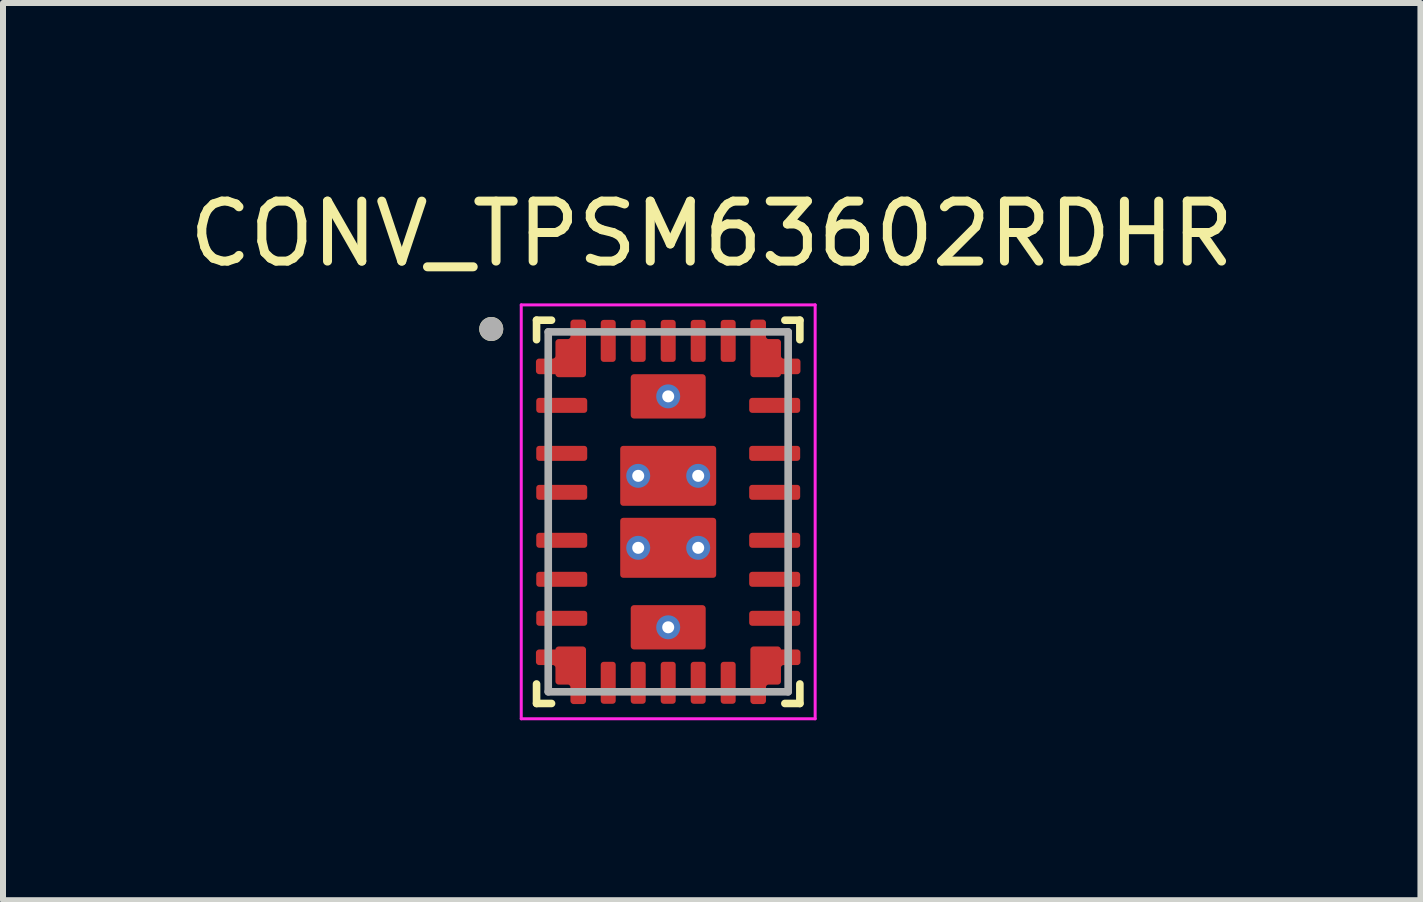
<source format=kicad_pcb>
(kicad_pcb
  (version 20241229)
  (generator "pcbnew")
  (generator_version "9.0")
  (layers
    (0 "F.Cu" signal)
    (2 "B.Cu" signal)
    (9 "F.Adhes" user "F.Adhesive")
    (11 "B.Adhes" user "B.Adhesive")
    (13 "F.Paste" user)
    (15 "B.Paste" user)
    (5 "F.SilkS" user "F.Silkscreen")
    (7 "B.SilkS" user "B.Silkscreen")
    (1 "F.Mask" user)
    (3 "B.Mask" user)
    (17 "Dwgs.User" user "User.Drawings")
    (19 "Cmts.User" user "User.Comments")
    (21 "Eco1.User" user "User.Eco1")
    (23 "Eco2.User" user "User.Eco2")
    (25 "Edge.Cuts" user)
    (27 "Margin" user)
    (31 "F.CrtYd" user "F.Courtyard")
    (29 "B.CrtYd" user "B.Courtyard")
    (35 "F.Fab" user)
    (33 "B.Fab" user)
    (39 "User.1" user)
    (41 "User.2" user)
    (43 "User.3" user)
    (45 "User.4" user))
  (footprint "CONV_TPSM63602RDHR"
    (layer "F.Cu")
    (at 8.09 5.483)
    (property "Reference" "CONV_TPSM63602RDHR" (at 0.725 -4.635 0) (layer "F.SilkS") (effects (font (size 1 1) (thickness 0.15))))
    (attr smd)
    (fp_poly (pts (xy -1.3 -1.85) (xy -1.3 -1.7) (xy -1.3 -1.695) (xy -1.301 -1.69) (xy -1.301 -1.684) (xy -1.302 -1.679) (xy -1.303 -1.674) (xy -1.305 -1.669) (xy -1.307 -1.664) (xy -1.309 -1.659) (xy -1.311 -1.655) (xy -1.313 -1.65) (xy -1.316 -1.646) (xy -1.319 -1.641) (xy -1.322 -1.637) (xy -1.326 -1.633) (xy -1.329 -1.629) (xy -1.333 -1.626) (xy -1.337 -1.622) (xy -1.341 -1.619) (xy -1.346 -1.616) (xy -1.35 -1.613) (xy -1.355 -1.611) (xy -1.359 -1.609) (xy -1.364 -1.607) (xy -1.369 -1.605) (xy -1.374 -1.603) (xy -1.379 -1.602) (xy -1.384 -1.601) (xy -1.39 -1.601) (xy -1.395 -1.6) (xy -1.4 -1.6) (xy -2.15 -1.6) (xy -2.155 -1.6) (xy -2.16 -1.601) (xy -2.166 -1.601) (xy -2.171 -1.602) (xy -2.176 -1.603) (xy -2.181 -1.605) (xy -2.186 -1.607) (xy -2.191 -1.609) (xy -2.195 -1.611) (xy -2.2 -1.613) (xy -2.204 -1.616) (xy -2.209 -1.619) (xy -2.213 -1.622) (xy -2.217 -1.626) (xy -2.221 -1.629) (xy -2.224 -1.633) (xy -2.228 -1.637) (xy -2.231 -1.641) (xy -2.234 -1.646) (xy -2.237 -1.65) (xy -2.239 -1.655) (xy -2.241 -1.659) (xy -2.243 -1.664) (xy -2.245 -1.669) (xy -2.247 -1.674) (xy -2.248 -1.679) (xy -2.249 -1.684) (xy -2.249 -1.69) (xy -2.25 -1.695) (xy -2.25 -1.7) (xy -2.25 -1.85) (xy -2.25 -1.855) (xy -2.249 -1.86) (xy -2.249 -1.866) (xy -2.248 -1.871) (xy -2.247 -1.876) (xy -2.245 -1.881) (xy -2.243 -1.886) (xy -2.241 -1.891) (xy -2.239 -1.895) (xy -2.237 -1.9) (xy -2.234 -1.904) (xy -2.231 -1.909) (xy -2.228 -1.913) (xy -2.224 -1.917) (xy -2.221 -1.921) (xy -2.217 -1.924) (xy -2.213 -1.928) (xy -2.209 -1.931) (xy -2.204 -1.934) (xy -2.2 -1.937) (xy -2.195 -1.939) (xy -2.191 -1.941) (xy -2.186 -1.943) (xy -2.181 -1.945) (xy -2.176 -1.947) (xy -2.171 -1.948) (xy -2.166 -1.949) (xy -2.16 -1.949) (xy -2.155 -1.95) (xy -2.15 -1.95) (xy -1.4 -1.95) (xy -1.395 -1.95) (xy -1.39 -1.949) (xy -1.384 -1.949) (xy -1.379 -1.948) (xy -1.374 -1.947) (xy -1.369 -1.945) (xy -1.364 -1.943) (xy -1.359 -1.941) (xy -1.355 -1.939) (xy -1.35 -1.937) (xy -1.346 -1.934) (xy -1.341 -1.931) (xy -1.337 -1.928) (xy -1.333 -1.924) (xy -1.329 -1.921) (xy -1.326 -1.917) (xy -1.322 -1.913) (xy -1.319 -1.909) (xy -1.316 -1.904) (xy -1.313 -1.9) (xy -1.311 -1.895) (xy -1.309 -1.891) (xy -1.307 -1.886) (xy -1.305 -1.881) (xy -1.303 -1.876) (xy -1.302 -1.871) (xy -1.301 -1.866) (xy -1.301 -1.86) (xy -1.3 -1.855) (xy -1.3 -1.85)) (stroke (width 0.01) (type solid)) (fill yes) (layer "F.Mask"))
    (fp_poly (pts (xy -1.3 -1.05) (xy -1.3 -0.9) (xy -1.3 -0.895) (xy -1.301 -0.89) (xy -1.301 -0.884) (xy -1.302 -0.879) (xy -1.303 -0.874) (xy -1.305 -0.869) (xy -1.307 -0.864) (xy -1.309 -0.859) (xy -1.311 -0.855) (xy -1.313 -0.85) (xy -1.316 -0.846) (xy -1.319 -0.841) (xy -1.322 -0.837) (xy -1.326 -0.833) (xy -1.329 -0.829) (xy -1.333 -0.826) (xy -1.337 -0.822) (xy -1.341 -0.819) (xy -1.346 -0.816) (xy -1.35 -0.813) (xy -1.355 -0.811) (xy -1.359 -0.809) (xy -1.364 -0.807) (xy -1.369 -0.805) (xy -1.374 -0.803) (xy -1.379 -0.802) (xy -1.384 -0.801) (xy -1.39 -0.801) (xy -1.395 -0.8) (xy -1.4 -0.8) (xy -2.15 -0.8) (xy -2.155 -0.8) (xy -2.16 -0.801) (xy -2.166 -0.801) (xy -2.171 -0.802) (xy -2.176 -0.803) (xy -2.181 -0.805) (xy -2.186 -0.807) (xy -2.191 -0.809) (xy -2.195 -0.811) (xy -2.2 -0.813) (xy -2.204 -0.816) (xy -2.209 -0.819) (xy -2.213 -0.822) (xy -2.217 -0.826) (xy -2.221 -0.829) (xy -2.224 -0.833) (xy -2.228 -0.837) (xy -2.231 -0.841) (xy -2.234 -0.846) (xy -2.237 -0.85) (xy -2.239 -0.855) (xy -2.241 -0.859) (xy -2.243 -0.864) (xy -2.245 -0.869) (xy -2.247 -0.874) (xy -2.248 -0.879) (xy -2.249 -0.884) (xy -2.249 -0.89) (xy -2.25 -0.895) (xy -2.25 -0.9) (xy -2.25 -1.05) (xy -2.25 -1.055) (xy -2.249 -1.06) (xy -2.249 -1.066) (xy -2.248 -1.071) (xy -2.247 -1.076) (xy -2.245 -1.081) (xy -2.243 -1.086) (xy -2.241 -1.091) (xy -2.239 -1.095) (xy -2.237 -1.1) (xy -2.234 -1.104) (xy -2.231 -1.109) (xy -2.228 -1.113) (xy -2.224 -1.117) (xy -2.221 -1.121) (xy -2.217 -1.124) (xy -2.213 -1.128) (xy -2.209 -1.131) (xy -2.204 -1.134) (xy -2.2 -1.137) (xy -2.195 -1.139) (xy -2.191 -1.141) (xy -2.186 -1.143) (xy -2.181 -1.145) (xy -2.176 -1.147) (xy -2.171 -1.148) (xy -2.166 -1.149) (xy -2.16 -1.149) (xy -2.155 -1.15) (xy -2.15 -1.15) (xy -1.4 -1.15) (xy -1.395 -1.15) (xy -1.39 -1.149) (xy -1.384 -1.149) (xy -1.379 -1.148) (xy -1.374 -1.147) (xy -1.369 -1.145) (xy -1.364 -1.143) (xy -1.359 -1.141) (xy -1.355 -1.139) (xy -1.35 -1.137) (xy -1.346 -1.134) (xy -1.341 -1.131) (xy -1.337 -1.128) (xy -1.333 -1.124) (xy -1.329 -1.121) (xy -1.326 -1.117) (xy -1.322 -1.113) (xy -1.319 -1.109) (xy -1.316 -1.104) (xy -1.313 -1.1) (xy -1.311 -1.095) (xy -1.309 -1.091) (xy -1.307 -1.086) (xy -1.305 -1.081) (xy -1.303 -1.076) (xy -1.302 -1.071) (xy -1.301 -1.066) (xy -1.301 -1.06) (xy -1.3 -1.055) (xy -1.3 -1.05)) (stroke (width 0.01) (type solid)) (fill yes) (layer "F.Mask"))
    (fp_poly (pts (xy -1.3 -0.4) (xy -1.3 -0.25) (xy -1.3 -0.245) (xy -1.301 -0.24) (xy -1.301 -0.234) (xy -1.302 -0.229) (xy -1.303 -0.224) (xy -1.305 -0.219) (xy -1.307 -0.214) (xy -1.309 -0.209) (xy -1.311 -0.205) (xy -1.313 -0.2) (xy -1.316 -0.196) (xy -1.319 -0.191) (xy -1.322 -0.187) (xy -1.326 -0.183) (xy -1.329 -0.179) (xy -1.333 -0.176) (xy -1.337 -0.172) (xy -1.341 -0.169) (xy -1.346 -0.166) (xy -1.35 -0.163) (xy -1.355 -0.161) (xy -1.359 -0.159) (xy -1.364 -0.157) (xy -1.369 -0.155) (xy -1.374 -0.153) (xy -1.379 -0.152) (xy -1.384 -0.151) (xy -1.39 -0.151) (xy -1.395 -0.15) (xy -1.4 -0.15) (xy -2.15 -0.15) (xy -2.155 -0.15) (xy -2.16 -0.151) (xy -2.166 -0.151) (xy -2.171 -0.152) (xy -2.176 -0.153) (xy -2.181 -0.155) (xy -2.186 -0.157) (xy -2.191 -0.159) (xy -2.195 -0.161) (xy -2.2 -0.163) (xy -2.204 -0.166) (xy -2.209 -0.169) (xy -2.213 -0.172) (xy -2.217 -0.176) (xy -2.221 -0.179) (xy -2.224 -0.183) (xy -2.228 -0.187) (xy -2.231 -0.191) (xy -2.234 -0.196) (xy -2.237 -0.2) (xy -2.239 -0.205) (xy -2.241 -0.209) (xy -2.243 -0.214) (xy -2.245 -0.219) (xy -2.247 -0.224) (xy -2.248 -0.229) (xy -2.249 -0.234) (xy -2.249 -0.24) (xy -2.25 -0.245) (xy -2.25 -0.25) (xy -2.25 -0.4) (xy -2.25 -0.405) (xy -2.249 -0.41) (xy -2.249 -0.416) (xy -2.248 -0.421) (xy -2.247 -0.426) (xy -2.245 -0.431) (xy -2.243 -0.436) (xy -2.241 -0.441) (xy -2.239 -0.445) (xy -2.237 -0.45) (xy -2.234 -0.454) (xy -2.231 -0.459) (xy -2.228 -0.463) (xy -2.224 -0.467) (xy -2.221 -0.471) (xy -2.217 -0.474) (xy -2.213 -0.478) (xy -2.209 -0.481) (xy -2.204 -0.484) (xy -2.2 -0.487) (xy -2.195 -0.489) (xy -2.191 -0.491) (xy -2.186 -0.493) (xy -2.181 -0.495) (xy -2.176 -0.497) (xy -2.171 -0.498) (xy -2.166 -0.499) (xy -2.16 -0.499) (xy -2.155 -0.5) (xy -2.15 -0.5) (xy -1.4 -0.5) (xy -1.395 -0.5) (xy -1.39 -0.499) (xy -1.384 -0.499) (xy -1.379 -0.498) (xy -1.374 -0.497) (xy -1.369 -0.495) (xy -1.364 -0.493) (xy -1.359 -0.491) (xy -1.355 -0.489) (xy -1.35 -0.487) (xy -1.346 -0.484) (xy -1.341 -0.481) (xy -1.337 -0.478) (xy -1.333 -0.474) (xy -1.329 -0.471) (xy -1.326 -0.467) (xy -1.322 -0.463) (xy -1.319 -0.459) (xy -1.316 -0.454) (xy -1.313 -0.45) (xy -1.311 -0.445) (xy -1.309 -0.441) (xy -1.307 -0.436) (xy -1.305 -0.431) (xy -1.303 -0.426) (xy -1.302 -0.421) (xy -1.301 -0.416) (xy -1.301 -0.41) (xy -1.3 -0.405) (xy -1.3 -0.4)) (stroke (width 0.01) (type solid)) (fill yes) (layer "F.Mask"))
    (fp_poly (pts (xy -1.3 0.4) (xy -1.3 0.55) (xy -1.3 0.555) (xy -1.301 0.56) (xy -1.301 0.566) (xy -1.302 0.571) (xy -1.303 0.576) (xy -1.305 0.581) (xy -1.307 0.586) (xy -1.309 0.591) (xy -1.311 0.595) (xy -1.313 0.6) (xy -1.316 0.604) (xy -1.319 0.609) (xy -1.322 0.613) (xy -1.326 0.617) (xy -1.329 0.621) (xy -1.333 0.624) (xy -1.337 0.628) (xy -1.341 0.631) (xy -1.346 0.634) (xy -1.35 0.637) (xy -1.355 0.639) (xy -1.359 0.641) (xy -1.364 0.643) (xy -1.369 0.645) (xy -1.374 0.647) (xy -1.379 0.648) (xy -1.384 0.649) (xy -1.39 0.649) (xy -1.395 0.65) (xy -1.4 0.65) (xy -2.15 0.65) (xy -2.155 0.65) (xy -2.16 0.649) (xy -2.166 0.649) (xy -2.171 0.648) (xy -2.176 0.647) (xy -2.181 0.645) (xy -2.186 0.643) (xy -2.191 0.641) (xy -2.195 0.639) (xy -2.2 0.637) (xy -2.204 0.634) (xy -2.209 0.631) (xy -2.213 0.628) (xy -2.217 0.624) (xy -2.221 0.621) (xy -2.224 0.617) (xy -2.228 0.613) (xy -2.231 0.609) (xy -2.234 0.604) (xy -2.237 0.6) (xy -2.239 0.595) (xy -2.241 0.591) (xy -2.243 0.586) (xy -2.245 0.581) (xy -2.247 0.576) (xy -2.248 0.571) (xy -2.249 0.566) (xy -2.249 0.56) (xy -2.25 0.555) (xy -2.25 0.55) (xy -2.25 0.4) (xy -2.25 0.395) (xy -2.249 0.39) (xy -2.249 0.384) (xy -2.248 0.379) (xy -2.247 0.374) (xy -2.245 0.369) (xy -2.243 0.364) (xy -2.241 0.359) (xy -2.239 0.355) (xy -2.237 0.35) (xy -2.234 0.346) (xy -2.231 0.341) (xy -2.228 0.337) (xy -2.224 0.333) (xy -2.221 0.329) (xy -2.217 0.326) (xy -2.213 0.322) (xy -2.209 0.319) (xy -2.204 0.316) (xy -2.2 0.313) (xy -2.195 0.311) (xy -2.191 0.309) (xy -2.186 0.307) (xy -2.181 0.305) (xy -2.176 0.303) (xy -2.171 0.302) (xy -2.166 0.301) (xy -2.16 0.301) (xy -2.155 0.3) (xy -2.15 0.3) (xy -1.4 0.3) (xy -1.395 0.3) (xy -1.39 0.301) (xy -1.384 0.301) (xy -1.379 0.302) (xy -1.374 0.303) (xy -1.369 0.305) (xy -1.364 0.307) (xy -1.359 0.309) (xy -1.355 0.311) (xy -1.35 0.313) (xy -1.346 0.316) (xy -1.341 0.319) (xy -1.337 0.322) (xy -1.333 0.326) (xy -1.329 0.329) (xy -1.326 0.333) (xy -1.322 0.337) (xy -1.319 0.341) (xy -1.316 0.346) (xy -1.313 0.35) (xy -1.311 0.355) (xy -1.309 0.359) (xy -1.307 0.364) (xy -1.305 0.369) (xy -1.303 0.374) (xy -1.302 0.379) (xy -1.301 0.384) (xy -1.301 0.39) (xy -1.3 0.395) (xy -1.3 0.4)) (stroke (width 0.01) (type solid)) (fill yes) (layer "F.Mask"))
    (fp_poly (pts (xy -1.3 1.05) (xy -1.3 1.2) (xy -1.3 1.205) (xy -1.301 1.21) (xy -1.301 1.216) (xy -1.302 1.221) (xy -1.303 1.226) (xy -1.305 1.231) (xy -1.307 1.236) (xy -1.309 1.241) (xy -1.311 1.245) (xy -1.313 1.25) (xy -1.316 1.254) (xy -1.319 1.259) (xy -1.322 1.263) (xy -1.326 1.267) (xy -1.329 1.271) (xy -1.333 1.274) (xy -1.337 1.278) (xy -1.341 1.281) (xy -1.346 1.284) (xy -1.35 1.287) (xy -1.355 1.289) (xy -1.359 1.291) (xy -1.364 1.293) (xy -1.369 1.295) (xy -1.374 1.297) (xy -1.379 1.298) (xy -1.384 1.299) (xy -1.39 1.299) (xy -1.395 1.3) (xy -1.4 1.3) (xy -2.15 1.3) (xy -2.155 1.3) (xy -2.16 1.299) (xy -2.166 1.299) (xy -2.171 1.298) (xy -2.176 1.297) (xy -2.181 1.295) (xy -2.186 1.293) (xy -2.191 1.291) (xy -2.195 1.289) (xy -2.2 1.287) (xy -2.204 1.284) (xy -2.209 1.281) (xy -2.213 1.278) (xy -2.217 1.274) (xy -2.221 1.271) (xy -2.224 1.267) (xy -2.228 1.263) (xy -2.231 1.259) (xy -2.234 1.254) (xy -2.237 1.25) (xy -2.239 1.245) (xy -2.241 1.241) (xy -2.243 1.236) (xy -2.245 1.231) (xy -2.247 1.226) (xy -2.248 1.221) (xy -2.249 1.216) (xy -2.249 1.21) (xy -2.25 1.205) (xy -2.25 1.2) (xy -2.25 1.05) (xy -2.25 1.045) (xy -2.249 1.04) (xy -2.249 1.034) (xy -2.248 1.029) (xy -2.247 1.024) (xy -2.245 1.019) (xy -2.243 1.014) (xy -2.241 1.009) (xy -2.239 1.005) (xy -2.237 1) (xy -2.234 0.996) (xy -2.231 0.991) (xy -2.228 0.987) (xy -2.224 0.983) (xy -2.221 0.979) (xy -2.217 0.976) (xy -2.213 0.972) (xy -2.209 0.969) (xy -2.204 0.966) (xy -2.2 0.963) (xy -2.195 0.961) (xy -2.191 0.959) (xy -2.186 0.957) (xy -2.181 0.955) (xy -2.176 0.953) (xy -2.171 0.952) (xy -2.166 0.951) (xy -2.16 0.951) (xy -2.155 0.95) (xy -2.15 0.95) (xy -1.4 0.95) (xy -1.395 0.95) (xy -1.39 0.951) (xy -1.384 0.951) (xy -1.379 0.952) (xy -1.374 0.953) (xy -1.369 0.955) (xy -1.364 0.957) (xy -1.359 0.959) (xy -1.355 0.961) (xy -1.35 0.963) (xy -1.346 0.966) (xy -1.341 0.969) (xy -1.337 0.972) (xy -1.333 0.976) (xy -1.329 0.979) (xy -1.326 0.983) (xy -1.322 0.987) (xy -1.319 0.991) (xy -1.316 0.996) (xy -1.313 1) (xy -1.311 1.005) (xy -1.309 1.009) (xy -1.307 1.014) (xy -1.305 1.019) (xy -1.303 1.024) (xy -1.302 1.029) (xy -1.301 1.034) (xy -1.301 1.04) (xy -1.3 1.045) (xy -1.3 1.05)) (stroke (width 0.01) (type solid)) (fill yes) (layer "F.Mask"))
    (fp_poly (pts (xy -1.3 1.7) (xy -1.3 1.85) (xy -1.3 1.855) (xy -1.301 1.86) (xy -1.301 1.866) (xy -1.302 1.871) (xy -1.303 1.876) (xy -1.305 1.881) (xy -1.307 1.886) (xy -1.309 1.891) (xy -1.311 1.895) (xy -1.313 1.9) (xy -1.316 1.904) (xy -1.319 1.909) (xy -1.322 1.913) (xy -1.326 1.917) (xy -1.329 1.921) (xy -1.333 1.924) (xy -1.337 1.928) (xy -1.341 1.931) (xy -1.346 1.934) (xy -1.35 1.937) (xy -1.355 1.939) (xy -1.359 1.941) (xy -1.364 1.943) (xy -1.369 1.945) (xy -1.374 1.947) (xy -1.379 1.948) (xy -1.384 1.949) (xy -1.39 1.949) (xy -1.395 1.95) (xy -1.4 1.95) (xy -2.15 1.95) (xy -2.155 1.95) (xy -2.16 1.949) (xy -2.166 1.949) (xy -2.171 1.948) (xy -2.176 1.947) (xy -2.181 1.945) (xy -2.186 1.943) (xy -2.191 1.941) (xy -2.195 1.939) (xy -2.2 1.937) (xy -2.204 1.934) (xy -2.209 1.931) (xy -2.213 1.928) (xy -2.217 1.924) (xy -2.221 1.921) (xy -2.224 1.917) (xy -2.228 1.913) (xy -2.231 1.909) (xy -2.234 1.904) (xy -2.237 1.9) (xy -2.239 1.895) (xy -2.241 1.891) (xy -2.243 1.886) (xy -2.245 1.881) (xy -2.247 1.876) (xy -2.248 1.871) (xy -2.249 1.866) (xy -2.249 1.86) (xy -2.25 1.855) (xy -2.25 1.85) (xy -2.25 1.7) (xy -2.25 1.695) (xy -2.249 1.69) (xy -2.249 1.684) (xy -2.248 1.679) (xy -2.247 1.674) (xy -2.245 1.669) (xy -2.243 1.664) (xy -2.241 1.659) (xy -2.239 1.655) (xy -2.237 1.65) (xy -2.234 1.646) (xy -2.231 1.641) (xy -2.228 1.637) (xy -2.224 1.633) (xy -2.221 1.629) (xy -2.217 1.626) (xy -2.213 1.622) (xy -2.209 1.619) (xy -2.204 1.616) (xy -2.2 1.613) (xy -2.195 1.611) (xy -2.191 1.609) (xy -2.186 1.607) (xy -2.181 1.605) (xy -2.176 1.603) (xy -2.171 1.602) (xy -2.166 1.601) (xy -2.16 1.601) (xy -2.155 1.6) (xy -2.15 1.6) (xy -1.4 1.6) (xy -1.395 1.6) (xy -1.39 1.601) (xy -1.384 1.601) (xy -1.379 1.602) (xy -1.374 1.603) (xy -1.369 1.605) (xy -1.364 1.607) (xy -1.359 1.609) (xy -1.355 1.611) (xy -1.35 1.613) (xy -1.346 1.616) (xy -1.341 1.619) (xy -1.337 1.622) (xy -1.333 1.626) (xy -1.329 1.629) (xy -1.326 1.633) (xy -1.322 1.637) (xy -1.319 1.641) (xy -1.316 1.646) (xy -1.313 1.65) (xy -1.311 1.655) (xy -1.309 1.659) (xy -1.307 1.664) (xy -1.305 1.669) (xy -1.303 1.674) (xy -1.302 1.679) (xy -1.301 1.684) (xy -1.301 1.69) (xy -1.3 1.695) (xy -1.3 1.7)) (stroke (width 0.01) (type solid)) (fill yes) (layer "F.Mask"))
    (fp_poly (pts (xy -1.075 -3.25) (xy -0.925 -3.25) (xy -0.92 -3.25) (xy -0.915 -3.249) (xy -0.909 -3.249) (xy -0.904 -3.248) (xy -0.899 -3.247) (xy -0.894 -3.245) (xy -0.889 -3.243) (xy -0.884 -3.241) (xy -0.88 -3.239) (xy -0.875 -3.237) (xy -0.871 -3.234) (xy -0.866 -3.231) (xy -0.862 -3.228) (xy -0.858 -3.224) (xy -0.854 -3.221) (xy -0.851 -3.217) (xy -0.847 -3.213) (xy -0.844 -3.209) (xy -0.841 -3.204) (xy -0.838 -3.2) (xy -0.836 -3.195) (xy -0.834 -3.191) (xy -0.832 -3.186) (xy -0.83 -3.181) (xy -0.828 -3.176) (xy -0.827 -3.171) (xy -0.826 -3.166) (xy -0.826 -3.16) (xy -0.825 -3.155) (xy -0.825 -3.15) (xy -0.825 -2.55) (xy -0.825 -2.545) (xy -0.826 -2.54) (xy -0.826 -2.534) (xy -0.827 -2.529) (xy -0.828 -2.524) (xy -0.83 -2.519) (xy -0.832 -2.514) (xy -0.834 -2.509) (xy -0.836 -2.505) (xy -0.838 -2.5) (xy -0.841 -2.496) (xy -0.844 -2.491) (xy -0.847 -2.487) (xy -0.851 -2.483) (xy -0.854 -2.479) (xy -0.858 -2.476) (xy -0.862 -2.472) (xy -0.866 -2.469) (xy -0.871 -2.466) (xy -0.875 -2.463) (xy -0.88 -2.461) (xy -0.884 -2.459) (xy -0.889 -2.457) (xy -0.894 -2.455) (xy -0.899 -2.453) (xy -0.904 -2.452) (xy -0.909 -2.451) (xy -0.915 -2.451) (xy -0.92 -2.45) (xy -0.925 -2.45) (xy -1.075 -2.45) (xy -1.08 -2.45) (xy -1.085 -2.451) (xy -1.091 -2.451) (xy -1.096 -2.452) (xy -1.101 -2.453) (xy -1.106 -2.455) (xy -1.111 -2.457) (xy -1.116 -2.459) (xy -1.12 -2.461) (xy -1.125 -2.463) (xy -1.129 -2.466) (xy -1.134 -2.469) (xy -1.138 -2.472) (xy -1.142 -2.476) (xy -1.146 -2.479) (xy -1.149 -2.483) (xy -1.153 -2.487) (xy -1.156 -2.491) (xy -1.159 -2.496) (xy -1.162 -2.5) (xy -1.164 -2.505) (xy -1.166 -2.509) (xy -1.168 -2.514) (xy -1.17 -2.519) (xy -1.172 -2.524) (xy -1.173 -2.529) (xy -1.174 -2.534) (xy -1.174 -2.54) (xy -1.175 -2.545) (xy -1.175 -2.55) (xy -1.175 -3.15) (xy -1.175 -3.155) (xy -1.174 -3.16) (xy -1.174 -3.166) (xy -1.173 -3.171) (xy -1.172 -3.176) (xy -1.17 -3.181) (xy -1.168 -3.186) (xy -1.166 -3.191) (xy -1.164 -3.195) (xy -1.162 -3.2) (xy -1.159 -3.204) (xy -1.156 -3.209) (xy -1.153 -3.213) (xy -1.149 -3.217) (xy -1.146 -3.221) (xy -1.142 -3.224) (xy -1.138 -3.228) (xy -1.134 -3.231) (xy -1.129 -3.234) (xy -1.125 -3.237) (xy -1.12 -3.239) (xy -1.116 -3.241) (xy -1.111 -3.243) (xy -1.106 -3.245) (xy -1.101 -3.247) (xy -1.096 -3.248) (xy -1.091 -3.249) (xy -1.085 -3.249) (xy -1.08 -3.25) (xy -1.075 -3.25)) (stroke (width 0.01) (type solid)) (fill yes) (layer "F.Mask"))
    (fp_poly (pts (xy -0.925 3.25) (xy -1.075 3.25) (xy -1.08 3.25) (xy -1.085 3.249) (xy -1.091 3.249) (xy -1.096 3.248) (xy -1.101 3.247) (xy -1.106 3.245) (xy -1.111 3.243) (xy -1.116 3.241) (xy -1.12 3.239) (xy -1.125 3.237) (xy -1.129 3.234) (xy -1.134 3.231) (xy -1.138 3.228) (xy -1.142 3.224) (xy -1.146 3.221) (xy -1.149 3.217) (xy -1.153 3.213) (xy -1.156 3.209) (xy -1.159 3.204) (xy -1.162 3.2) (xy -1.164 3.195) (xy -1.166 3.191) (xy -1.168 3.186) (xy -1.17 3.181) (xy -1.172 3.176) (xy -1.173 3.171) (xy -1.174 3.166) (xy -1.174 3.16) (xy -1.175 3.155) (xy -1.175 3.15) (xy -1.175 2.55) (xy -1.175 2.545) (xy -1.174 2.54) (xy -1.174 2.534) (xy -1.173 2.529) (xy -1.172 2.524) (xy -1.17 2.519) (xy -1.168 2.514) (xy -1.166 2.509) (xy -1.164 2.505) (xy -1.162 2.5) (xy -1.159 2.496) (xy -1.156 2.491) (xy -1.153 2.487) (xy -1.149 2.483) (xy -1.146 2.479) (xy -1.142 2.476) (xy -1.138 2.472) (xy -1.134 2.469) (xy -1.129 2.466) (xy -1.125 2.463) (xy -1.12 2.461) (xy -1.116 2.459) (xy -1.111 2.457) (xy -1.106 2.455) (xy -1.101 2.453) (xy -1.096 2.452) (xy -1.091 2.451) (xy -1.085 2.451) (xy -1.08 2.45) (xy -1.075 2.45) (xy -0.925 2.45) (xy -0.92 2.45) (xy -0.915 2.451) (xy -0.909 2.451) (xy -0.904 2.452) (xy -0.899 2.453) (xy -0.894 2.455) (xy -0.889 2.457) (xy -0.884 2.459) (xy -0.88 2.461) (xy -0.875 2.463) (xy -0.871 2.466) (xy -0.866 2.469) (xy -0.862 2.472) (xy -0.858 2.476) (xy -0.854 2.479) (xy -0.851 2.483) (xy -0.847 2.487) (xy -0.844 2.491) (xy -0.841 2.496) (xy -0.838 2.5) (xy -0.836 2.505) (xy -0.834 2.509) (xy -0.832 2.514) (xy -0.83 2.519) (xy -0.828 2.524) (xy -0.827 2.529) (xy -0.826 2.534) (xy -0.826 2.54) (xy -0.825 2.545) (xy -0.825 2.55) (xy -0.825 3.15) (xy -0.825 3.155) (xy -0.826 3.16) (xy -0.826 3.166) (xy -0.827 3.171) (xy -0.828 3.176) (xy -0.83 3.181) (xy -0.832 3.186) (xy -0.834 3.191) (xy -0.836 3.195) (xy -0.838 3.2) (xy -0.841 3.204) (xy -0.844 3.209) (xy -0.847 3.213) (xy -0.851 3.217) (xy -0.854 3.221) (xy -0.858 3.224) (xy -0.862 3.228) (xy -0.866 3.231) (xy -0.871 3.234) (xy -0.875 3.237) (xy -0.88 3.239) (xy -0.884 3.241) (xy -0.889 3.243) (xy -0.894 3.245) (xy -0.899 3.247) (xy -0.904 3.248) (xy -0.909 3.249) (xy -0.915 3.249) (xy -0.92 3.25) (xy -0.925 3.25)) (stroke (width 0.01) (type solid)) (fill yes) (layer "F.Mask"))
    (fp_poly (pts (xy -0.75 -1.15) (xy 0.75 -1.15) (xy 0.755 -1.15) (xy 0.76 -1.149) (xy 0.766 -1.149) (xy 0.771 -1.148) (xy 0.776 -1.147) (xy 0.781 -1.145) (xy 0.786 -1.143) (xy 0.791 -1.141) (xy 0.795 -1.139) (xy 0.8 -1.137) (xy 0.804 -1.134) (xy 0.809 -1.131) (xy 0.813 -1.128) (xy 0.817 -1.124) (xy 0.821 -1.121) (xy 0.824 -1.117) (xy 0.828 -1.113) (xy 0.831 -1.109) (xy 0.834 -1.104) (xy 0.837 -1.1) (xy 0.839 -1.095) (xy 0.841 -1.091) (xy 0.843 -1.086) (xy 0.845 -1.081) (xy 0.847 -1.076) (xy 0.848 -1.071) (xy 0.849 -1.066) (xy 0.849 -1.06) (xy 0.85 -1.055) (xy 0.85 -1.05) (xy 0.85 -0.15) (xy 0.85 -0.145) (xy 0.849 -0.14) (xy 0.849 -0.134) (xy 0.848 -0.129) (xy 0.847 -0.124) (xy 0.845 -0.119) (xy 0.843 -0.114) (xy 0.841 -0.109) (xy 0.839 -0.105) (xy 0.837 -0.1) (xy 0.834 -0.096) (xy 0.831 -0.091) (xy 0.828 -0.087) (xy 0.824 -0.083) (xy 0.821 -0.079) (xy 0.817 -0.076) (xy 0.813 -0.072) (xy 0.809 -0.069) (xy 0.804 -0.066) (xy 0.8 -0.063) (xy 0.795 -0.061) (xy 0.791 -0.059) (xy 0.786 -0.057) (xy 0.781 -0.055) (xy 0.776 -0.053) (xy 0.771 -0.052) (xy 0.766 -0.051) (xy 0.76 -0.051) (xy 0.755 -0.05) (xy 0.75 -0.05) (xy -0.75 -0.05) (xy -0.755 -0.05) (xy -0.76 -0.051) (xy -0.766 -0.051) (xy -0.771 -0.052) (xy -0.776 -0.053) (xy -0.781 -0.055) (xy -0.786 -0.057) (xy -0.791 -0.059) (xy -0.795 -0.061) (xy -0.8 -0.063) (xy -0.804 -0.066) (xy -0.809 -0.069) (xy -0.813 -0.072) (xy -0.817 -0.076) (xy -0.821 -0.079) (xy -0.824 -0.083) (xy -0.828 -0.087) (xy -0.831 -0.091) (xy -0.834 -0.096) (xy -0.837 -0.1) (xy -0.839 -0.105) (xy -0.841 -0.109) (xy -0.843 -0.114) (xy -0.845 -0.119) (xy -0.847 -0.124) (xy -0.848 -0.129) (xy -0.849 -0.134) (xy -0.849 -0.14) (xy -0.85 -0.145) (xy -0.85 -0.15) (xy -0.85 -1.05) (xy -0.85 -1.055) (xy -0.849 -1.06) (xy -0.849 -1.066) (xy -0.848 -1.071) (xy -0.847 -1.076) (xy -0.845 -1.081) (xy -0.843 -1.086) (xy -0.841 -1.091) (xy -0.839 -1.095) (xy -0.837 -1.1) (xy -0.834 -1.104) (xy -0.831 -1.109) (xy -0.828 -1.113) (xy -0.824 -1.117) (xy -0.821 -1.121) (xy -0.817 -1.124) (xy -0.813 -1.128) (xy -0.809 -1.131) (xy -0.804 -1.134) (xy -0.8 -1.137) (xy -0.795 -1.139) (xy -0.791 -1.141) (xy -0.786 -1.143) (xy -0.781 -1.145) (xy -0.776 -1.147) (xy -0.771 -1.148) (xy -0.766 -1.149) (xy -0.76 -1.149) (xy -0.755 -1.15) (xy -0.75 -1.15)) (stroke (width 0.01) (type solid)) (fill yes) (layer "F.Mask"))
    (fp_poly (pts (xy -0.75 0.05) (xy 0.75 0.05) (xy 0.755 0.05) (xy 0.76 0.051) (xy 0.766 0.051) (xy 0.771 0.052) (xy 0.776 0.053) (xy 0.781 0.055) (xy 0.786 0.057) (xy 0.791 0.059) (xy 0.795 0.061) (xy 0.8 0.063) (xy 0.804 0.066) (xy 0.809 0.069) (xy 0.813 0.072) (xy 0.817 0.076) (xy 0.821 0.079) (xy 0.824 0.083) (xy 0.828 0.087) (xy 0.831 0.091) (xy 0.834 0.096) (xy 0.837 0.1) (xy 0.839 0.105) (xy 0.841 0.109) (xy 0.843 0.114) (xy 0.845 0.119) (xy 0.847 0.124) (xy 0.848 0.129) (xy 0.849 0.134) (xy 0.849 0.14) (xy 0.85 0.145) (xy 0.85 0.15) (xy 0.85 1.05) (xy 0.85 1.055) (xy 0.849 1.06) (xy 0.849 1.066) (xy 0.848 1.071) (xy 0.847 1.076) (xy 0.845 1.081) (xy 0.843 1.086) (xy 0.841 1.091) (xy 0.839 1.095) (xy 0.837 1.1) (xy 0.834 1.104) (xy 0.831 1.109) (xy 0.828 1.113) (xy 0.824 1.117) (xy 0.821 1.121) (xy 0.817 1.124) (xy 0.813 1.128) (xy 0.809 1.131) (xy 0.804 1.134) (xy 0.8 1.137) (xy 0.795 1.139) (xy 0.791 1.141) (xy 0.786 1.143) (xy 0.781 1.145) (xy 0.776 1.147) (xy 0.771 1.148) (xy 0.766 1.149) (xy 0.76 1.149) (xy 0.755 1.15) (xy 0.75 1.15) (xy -0.75 1.15) (xy -0.755 1.15) (xy -0.76 1.149) (xy -0.766 1.149) (xy -0.771 1.148) (xy -0.776 1.147) (xy -0.781 1.145) (xy -0.786 1.143) (xy -0.791 1.141) (xy -0.795 1.139) (xy -0.8 1.137) (xy -0.804 1.134) (xy -0.809 1.131) (xy -0.813 1.128) (xy -0.817 1.124) (xy -0.821 1.121) (xy -0.824 1.117) (xy -0.828 1.113) (xy -0.831 1.109) (xy -0.834 1.104) (xy -0.837 1.1) (xy -0.839 1.095) (xy -0.841 1.091) (xy -0.843 1.086) (xy -0.845 1.081) (xy -0.847 1.076) (xy -0.848 1.071) (xy -0.849 1.066) (xy -0.849 1.06) (xy -0.85 1.055) (xy -0.85 1.05) (xy -0.85 0.15) (xy -0.85 0.145) (xy -0.849 0.14) (xy -0.849 0.134) (xy -0.848 0.129) (xy -0.847 0.124) (xy -0.845 0.119) (xy -0.843 0.114) (xy -0.841 0.109) (xy -0.839 0.105) (xy -0.837 0.1) (xy -0.834 0.096) (xy -0.831 0.091) (xy -0.828 0.087) (xy -0.824 0.083) (xy -0.821 0.079) (xy -0.817 0.076) (xy -0.813 0.072) (xy -0.809 0.069) (xy -0.804 0.066) (xy -0.8 0.063) (xy -0.795 0.061) (xy -0.791 0.059) (xy -0.786 0.057) (xy -0.781 0.055) (xy -0.776 0.053) (xy -0.771 0.052) (xy -0.766 0.051) (xy -0.76 0.051) (xy -0.755 0.05) (xy -0.75 0.05)) (stroke (width 0.01) (type solid)) (fill yes) (layer "F.Mask"))
    (fp_poly (pts (xy -0.675 -2.245) (xy -0.675 -1.605) (xy -0.675 -1.6) (xy -0.674 -1.595) (xy -0.674 -1.589) (xy -0.673 -1.584) (xy -0.672 -1.579) (xy -0.67 -1.574) (xy -0.668 -1.569) (xy -0.666 -1.564) (xy -0.664 -1.56) (xy -0.662 -1.555) (xy -0.659 -1.551) (xy -0.656 -1.546) (xy -0.653 -1.542) (xy -0.649 -1.538) (xy -0.646 -1.534) (xy -0.642 -1.531) (xy -0.638 -1.527) (xy -0.634 -1.524) (xy -0.629 -1.521) (xy -0.625 -1.518) (xy -0.62 -1.516) (xy -0.616 -1.514) (xy -0.611 -1.512) (xy -0.606 -1.51) (xy -0.601 -1.508) (xy -0.596 -1.507) (xy -0.591 -1.506) (xy -0.585 -1.506) (xy -0.58 -1.505) (xy -0.575 -1.505) (xy 0.575 -1.505) (xy 0.58 -1.505) (xy 0.585 -1.506) (xy 0.591 -1.506) (xy 0.596 -1.507) (xy 0.601 -1.508) (xy 0.606 -1.51) (xy 0.611 -1.512) (xy 0.616 -1.514) (xy 0.62 -1.516) (xy 0.625 -1.518) (xy 0.629 -1.521) (xy 0.634 -1.524) (xy 0.638 -1.527) (xy 0.642 -1.531) (xy 0.646 -1.534) (xy 0.649 -1.538) (xy 0.653 -1.542) (xy 0.656 -1.546) (xy 0.659 -1.551) (xy 0.662 -1.555) (xy 0.664 -1.56) (xy 0.666 -1.564) (xy 0.668 -1.569) (xy 0.67 -1.574) (xy 0.672 -1.579) (xy 0.673 -1.584) (xy 0.674 -1.589) (xy 0.674 -1.595) (xy 0.675 -1.6) (xy 0.675 -1.605) (xy 0.675 -2.245) (xy 0.675 -2.25) (xy 0.674 -2.255) (xy 0.674 -2.261) (xy 0.673 -2.266) (xy 0.672 -2.271) (xy 0.67 -2.276) (xy 0.668 -2.281) (xy 0.666 -2.286) (xy 0.664 -2.29) (xy 0.662 -2.295) (xy 0.659 -2.299) (xy 0.656 -2.304) (xy 0.653 -2.308) (xy 0.649 -2.312) (xy 0.646 -2.316) (xy 0.642 -2.319) (xy 0.638 -2.323) (xy 0.634 -2.326) (xy 0.629 -2.329) (xy 0.625 -2.332) (xy 0.62 -2.334) (xy 0.616 -2.336) (xy 0.611 -2.338) (xy 0.606 -2.34) (xy 0.601 -2.342) (xy 0.596 -2.343) (xy 0.591 -2.344) (xy 0.585 -2.344) (xy 0.58 -2.345) (xy 0.575 -2.345) (xy -0.575 -2.345) (xy -0.58 -2.345) (xy -0.585 -2.344) (xy -0.591 -2.344) (xy -0.596 -2.343) (xy -0.601 -2.342) (xy -0.606 -2.34) (xy -0.611 -2.338) (xy -0.616 -2.336) (xy -0.62 -2.334) (xy -0.625 -2.332) (xy -0.629 -2.329) (xy -0.634 -2.326) (xy -0.638 -2.323) (xy -0.642 -2.319) (xy -0.646 -2.316) (xy -0.649 -2.312) (xy -0.653 -2.308) (xy -0.656 -2.304) (xy -0.659 -2.299) (xy -0.662 -2.295) (xy -0.664 -2.29) (xy -0.666 -2.286) (xy -0.668 -2.281) (xy -0.67 -2.276) (xy -0.672 -2.271) (xy -0.673 -2.266) (xy -0.674 -2.261) (xy -0.674 -2.255) (xy -0.675 -2.25) (xy -0.675 -2.245)) (stroke (width 0.01) (type solid)) (fill yes) (layer "F.Mask"))
    (fp_poly (pts (xy -0.675 1.605) (xy -0.675 2.245) (xy -0.675 2.25) (xy -0.674 2.255) (xy -0.674 2.261) (xy -0.673 2.266) (xy -0.672 2.271) (xy -0.67 2.276) (xy -0.668 2.281) (xy -0.666 2.286) (xy -0.664 2.29) (xy -0.662 2.295) (xy -0.659 2.299) (xy -0.656 2.304) (xy -0.653 2.308) (xy -0.649 2.312) (xy -0.646 2.316) (xy -0.642 2.319) (xy -0.638 2.323) (xy -0.634 2.326) (xy -0.629 2.329) (xy -0.625 2.332) (xy -0.62 2.334) (xy -0.616 2.336) (xy -0.611 2.338) (xy -0.606 2.34) (xy -0.601 2.342) (xy -0.596 2.343) (xy -0.591 2.344) (xy -0.585 2.344) (xy -0.58 2.345) (xy -0.575 2.345) (xy 0.575 2.345) (xy 0.58 2.345) (xy 0.585 2.344) (xy 0.591 2.344) (xy 0.596 2.343) (xy 0.601 2.342) (xy 0.606 2.34) (xy 0.611 2.338) (xy 0.616 2.336) (xy 0.62 2.334) (xy 0.625 2.332) (xy 0.629 2.329) (xy 0.634 2.326) (xy 0.638 2.323) (xy 0.642 2.319) (xy 0.646 2.316) (xy 0.649 2.312) (xy 0.653 2.308) (xy 0.656 2.304) (xy 0.659 2.299) (xy 0.662 2.295) (xy 0.664 2.29) (xy 0.666 2.286) (xy 0.668 2.281) (xy 0.67 2.276) (xy 0.672 2.271) (xy 0.673 2.266) (xy 0.674 2.261) (xy 0.674 2.255) (xy 0.675 2.25) (xy 0.675 2.245) (xy 0.675 1.605) (xy 0.675 1.6) (xy 0.674 1.595) (xy 0.674 1.589) (xy 0.673 1.584) (xy 0.672 1.579) (xy 0.67 1.574) (xy 0.668 1.569) (xy 0.666 1.564) (xy 0.664 1.56) (xy 0.662 1.555) (xy 0.659 1.551) (xy 0.656 1.546) (xy 0.653 1.542) (xy 0.649 1.538) (xy 0.646 1.534) (xy 0.642 1.531) (xy 0.638 1.527) (xy 0.634 1.524) (xy 0.629 1.521) (xy 0.625 1.518) (xy 0.62 1.516) (xy 0.616 1.514) (xy 0.611 1.512) (xy 0.606 1.51) (xy 0.601 1.508) (xy 0.596 1.507) (xy 0.591 1.506) (xy 0.585 1.506) (xy 0.58 1.505) (xy 0.575 1.505) (xy -0.575 1.505) (xy -0.58 1.505) (xy -0.585 1.506) (xy -0.591 1.506) (xy -0.596 1.507) (xy -0.601 1.508) (xy -0.606 1.51) (xy -0.611 1.512) (xy -0.616 1.514) (xy -0.62 1.516) (xy -0.625 1.518) (xy -0.629 1.521) (xy -0.634 1.524) (xy -0.638 1.527) (xy -0.642 1.531) (xy -0.646 1.534) (xy -0.649 1.538) (xy -0.653 1.542) (xy -0.656 1.546) (xy -0.659 1.551) (xy -0.662 1.555) (xy -0.664 1.56) (xy -0.666 1.564) (xy -0.668 1.569) (xy -0.67 1.574) (xy -0.672 1.579) (xy -0.673 1.584) (xy -0.674 1.589) (xy -0.674 1.595) (xy -0.675 1.6) (xy -0.675 1.605)) (stroke (width 0.01) (type solid)) (fill yes) (layer "F.Mask"))
    (fp_poly (pts (xy -0.575 -3.25) (xy -0.425 -3.25) (xy -0.42 -3.25) (xy -0.415 -3.249) (xy -0.409 -3.249) (xy -0.404 -3.248) (xy -0.399 -3.247) (xy -0.394 -3.245) (xy -0.389 -3.243) (xy -0.384 -3.241) (xy -0.38 -3.239) (xy -0.375 -3.237) (xy -0.371 -3.234) (xy -0.366 -3.231) (xy -0.362 -3.228) (xy -0.358 -3.224) (xy -0.354 -3.221) (xy -0.351 -3.217) (xy -0.347 -3.213) (xy -0.344 -3.209) (xy -0.341 -3.204) (xy -0.338 -3.2) (xy -0.336 -3.195) (xy -0.334 -3.191) (xy -0.332 -3.186) (xy -0.33 -3.181) (xy -0.328 -3.176) (xy -0.327 -3.171) (xy -0.326 -3.166) (xy -0.326 -3.16) (xy -0.325 -3.155) (xy -0.325 -3.15) (xy -0.325 -2.55) (xy -0.325 -2.545) (xy -0.326 -2.54) (xy -0.326 -2.534) (xy -0.327 -2.529) (xy -0.328 -2.524) (xy -0.33 -2.519) (xy -0.332 -2.514) (xy -0.334 -2.509) (xy -0.336 -2.505) (xy -0.338 -2.5) (xy -0.341 -2.496) (xy -0.344 -2.491) (xy -0.347 -2.487) (xy -0.351 -2.483) (xy -0.354 -2.479) (xy -0.358 -2.476) (xy -0.362 -2.472) (xy -0.366 -2.469) (xy -0.371 -2.466) (xy -0.375 -2.463) (xy -0.38 -2.461) (xy -0.384 -2.459) (xy -0.389 -2.457) (xy -0.394 -2.455) (xy -0.399 -2.453) (xy -0.404 -2.452) (xy -0.409 -2.451) (xy -0.415 -2.451) (xy -0.42 -2.45) (xy -0.425 -2.45) (xy -0.575 -2.45) (xy -0.58 -2.45) (xy -0.585 -2.451) (xy -0.591 -2.451) (xy -0.596 -2.452) (xy -0.601 -2.453) (xy -0.606 -2.455) (xy -0.611 -2.457) (xy -0.616 -2.459) (xy -0.62 -2.461) (xy -0.625 -2.463) (xy -0.629 -2.466) (xy -0.634 -2.469) (xy -0.638 -2.472) (xy -0.642 -2.476) (xy -0.646 -2.479) (xy -0.649 -2.483) (xy -0.653 -2.487) (xy -0.656 -2.491) (xy -0.659 -2.496) (xy -0.662 -2.5) (xy -0.664 -2.505) (xy -0.666 -2.509) (xy -0.668 -2.514) (xy -0.67 -2.519) (xy -0.672 -2.524) (xy -0.673 -2.529) (xy -0.674 -2.534) (xy -0.674 -2.54) (xy -0.675 -2.545) (xy -0.675 -2.55) (xy -0.675 -3.15) (xy -0.675 -3.155) (xy -0.674 -3.16) (xy -0.674 -3.166) (xy -0.673 -3.171) (xy -0.672 -3.176) (xy -0.67 -3.181) (xy -0.668 -3.186) (xy -0.666 -3.191) (xy -0.664 -3.195) (xy -0.662 -3.2) (xy -0.659 -3.204) (xy -0.656 -3.209) (xy -0.653 -3.213) (xy -0.649 -3.217) (xy -0.646 -3.221) (xy -0.642 -3.224) (xy -0.638 -3.228) (xy -0.634 -3.231) (xy -0.629 -3.234) (xy -0.625 -3.237) (xy -0.62 -3.239) (xy -0.616 -3.241) (xy -0.611 -3.243) (xy -0.606 -3.245) (xy -0.601 -3.247) (xy -0.596 -3.248) (xy -0.591 -3.249) (xy -0.585 -3.249) (xy -0.58 -3.25) (xy -0.575 -3.25)) (stroke (width 0.01) (type solid)) (fill yes) (layer "F.Mask"))
    (fp_poly (pts (xy -0.425 3.25) (xy -0.575 3.25) (xy -0.58 3.25) (xy -0.585 3.249) (xy -0.591 3.249) (xy -0.596 3.248) (xy -0.601 3.247) (xy -0.606 3.245) (xy -0.611 3.243) (xy -0.616 3.241) (xy -0.62 3.239) (xy -0.625 3.237) (xy -0.629 3.234) (xy -0.634 3.231) (xy -0.638 3.228) (xy -0.642 3.224) (xy -0.646 3.221) (xy -0.649 3.217) (xy -0.653 3.213) (xy -0.656 3.209) (xy -0.659 3.204) (xy -0.662 3.2) (xy -0.664 3.195) (xy -0.666 3.191) (xy -0.668 3.186) (xy -0.67 3.181) (xy -0.672 3.176) (xy -0.673 3.171) (xy -0.674 3.166) (xy -0.674 3.16) (xy -0.675 3.155) (xy -0.675 3.15) (xy -0.675 2.55) (xy -0.675 2.545) (xy -0.674 2.54) (xy -0.674 2.534) (xy -0.673 2.529) (xy -0.672 2.524) (xy -0.67 2.519) (xy -0.668 2.514) (xy -0.666 2.509) (xy -0.664 2.505) (xy -0.662 2.5) (xy -0.659 2.496) (xy -0.656 2.491) (xy -0.653 2.487) (xy -0.649 2.483) (xy -0.646 2.479) (xy -0.642 2.476) (xy -0.638 2.472) (xy -0.634 2.469) (xy -0.629 2.466) (xy -0.625 2.463) (xy -0.62 2.461) (xy -0.616 2.459) (xy -0.611 2.457) (xy -0.606 2.455) (xy -0.601 2.453) (xy -0.596 2.452) (xy -0.591 2.451) (xy -0.585 2.451) (xy -0.58 2.45) (xy -0.575 2.45) (xy -0.425 2.45) (xy -0.42 2.45) (xy -0.415 2.451) (xy -0.409 2.451) (xy -0.404 2.452) (xy -0.399 2.453) (xy -0.394 2.455) (xy -0.389 2.457) (xy -0.384 2.459) (xy -0.38 2.461) (xy -0.375 2.463) (xy -0.371 2.466) (xy -0.366 2.469) (xy -0.362 2.472) (xy -0.358 2.476) (xy -0.354 2.479) (xy -0.351 2.483) (xy -0.347 2.487) (xy -0.344 2.491) (xy -0.341 2.496) (xy -0.338 2.5) (xy -0.336 2.505) (xy -0.334 2.509) (xy -0.332 2.514) (xy -0.33 2.519) (xy -0.328 2.524) (xy -0.327 2.529) (xy -0.326 2.534) (xy -0.326 2.54) (xy -0.325 2.545) (xy -0.325 2.55) (xy -0.325 3.15) (xy -0.325 3.155) (xy -0.326 3.16) (xy -0.326 3.166) (xy -0.327 3.171) (xy -0.328 3.176) (xy -0.33 3.181) (xy -0.332 3.186) (xy -0.334 3.191) (xy -0.336 3.195) (xy -0.338 3.2) (xy -0.341 3.204) (xy -0.344 3.209) (xy -0.347 3.213) (xy -0.351 3.217) (xy -0.354 3.221) (xy -0.358 3.224) (xy -0.362 3.228) (xy -0.366 3.231) (xy -0.371 3.234) (xy -0.375 3.237) (xy -0.38 3.239) (xy -0.384 3.241) (xy -0.389 3.243) (xy -0.394 3.245) (xy -0.399 3.247) (xy -0.404 3.248) (xy -0.409 3.249) (xy -0.415 3.249) (xy -0.42 3.25) (xy -0.425 3.25)) (stroke (width 0.01) (type solid)) (fill yes) (layer "F.Mask"))
    (fp_poly (pts (xy -0.075 -3.25) (xy 0.075 -3.25) (xy 0.08 -3.25) (xy 0.085 -3.249) (xy 0.091 -3.249) (xy 0.096 -3.248) (xy 0.101 -3.247) (xy 0.106 -3.245) (xy 0.111 -3.243) (xy 0.116 -3.241) (xy 0.12 -3.239) (xy 0.125 -3.237) (xy 0.129 -3.234) (xy 0.134 -3.231) (xy 0.138 -3.228) (xy 0.142 -3.224) (xy 0.146 -3.221) (xy 0.149 -3.217) (xy 0.153 -3.213) (xy 0.156 -3.209) (xy 0.159 -3.204) (xy 0.162 -3.2) (xy 0.164 -3.195) (xy 0.166 -3.191) (xy 0.168 -3.186) (xy 0.17 -3.181) (xy 0.172 -3.176) (xy 0.173 -3.171) (xy 0.174 -3.166) (xy 0.174 -3.16) (xy 0.175 -3.155) (xy 0.175 -3.15) (xy 0.175 -2.55) (xy 0.175 -2.545) (xy 0.174 -2.54) (xy 0.174 -2.534) (xy 0.173 -2.529) (xy 0.172 -2.524) (xy 0.17 -2.519) (xy 0.168 -2.514) (xy 0.166 -2.509) (xy 0.164 -2.505) (xy 0.162 -2.5) (xy 0.159 -2.496) (xy 0.156 -2.491) (xy 0.153 -2.487) (xy 0.149 -2.483) (xy 0.146 -2.479) (xy 0.142 -2.476) (xy 0.138 -2.472) (xy 0.134 -2.469) (xy 0.129 -2.466) (xy 0.125 -2.463) (xy 0.12 -2.461) (xy 0.116 -2.459) (xy 0.111 -2.457) (xy 0.106 -2.455) (xy 0.101 -2.453) (xy 0.096 -2.452) (xy 0.091 -2.451) (xy 0.085 -2.451) (xy 0.08 -2.45) (xy 0.075 -2.45) (xy -0.075 -2.45) (xy -0.08 -2.45) (xy -0.085 -2.451) (xy -0.091 -2.451) (xy -0.096 -2.452) (xy -0.101 -2.453) (xy -0.106 -2.455) (xy -0.111 -2.457) (xy -0.116 -2.459) (xy -0.12 -2.461) (xy -0.125 -2.463) (xy -0.129 -2.466) (xy -0.134 -2.469) (xy -0.138 -2.472) (xy -0.142 -2.476) (xy -0.146 -2.479) (xy -0.149 -2.483) (xy -0.153 -2.487) (xy -0.156 -2.491) (xy -0.159 -2.496) (xy -0.162 -2.5) (xy -0.164 -2.505) (xy -0.166 -2.509) (xy -0.168 -2.514) (xy -0.17 -2.519) (xy -0.172 -2.524) (xy -0.173 -2.529) (xy -0.174 -2.534) (xy -0.174 -2.54) (xy -0.175 -2.545) (xy -0.175 -2.55) (xy -0.175 -3.15) (xy -0.175 -3.155) (xy -0.174 -3.16) (xy -0.174 -3.166) (xy -0.173 -3.171) (xy -0.172 -3.176) (xy -0.17 -3.181) (xy -0.168 -3.186) (xy -0.166 -3.191) (xy -0.164 -3.195) (xy -0.162 -3.2) (xy -0.159 -3.204) (xy -0.156 -3.209) (xy -0.153 -3.213) (xy -0.149 -3.217) (xy -0.146 -3.221) (xy -0.142 -3.224) (xy -0.138 -3.228) (xy -0.134 -3.231) (xy -0.129 -3.234) (xy -0.125 -3.237) (xy -0.12 -3.239) (xy -0.116 -3.241) (xy -0.111 -3.243) (xy -0.106 -3.245) (xy -0.101 -3.247) (xy -0.096 -3.248) (xy -0.091 -3.249) (xy -0.085 -3.249) (xy -0.08 -3.25) (xy -0.075 -3.25)) (stroke (width 0.01) (type solid)) (fill yes) (layer "F.Mask"))
    (fp_poly (pts (xy 0.075 3.25) (xy -0.075 3.25) (xy -0.08 3.25) (xy -0.085 3.249) (xy -0.091 3.249) (xy -0.096 3.248) (xy -0.101 3.247) (xy -0.106 3.245) (xy -0.111 3.243) (xy -0.116 3.241) (xy -0.12 3.239) (xy -0.125 3.237) (xy -0.129 3.234) (xy -0.134 3.231) (xy -0.138 3.228) (xy -0.142 3.224) (xy -0.146 3.221) (xy -0.149 3.217) (xy -0.153 3.213) (xy -0.156 3.209) (xy -0.159 3.204) (xy -0.162 3.2) (xy -0.164 3.195) (xy -0.166 3.191) (xy -0.168 3.186) (xy -0.17 3.181) (xy -0.172 3.176) (xy -0.173 3.171) (xy -0.174 3.166) (xy -0.174 3.16) (xy -0.175 3.155) (xy -0.175 3.15) (xy -0.175 2.55) (xy -0.175 2.545) (xy -0.174 2.54) (xy -0.174 2.534) (xy -0.173 2.529) (xy -0.172 2.524) (xy -0.17 2.519) (xy -0.168 2.514) (xy -0.166 2.509) (xy -0.164 2.505) (xy -0.162 2.5) (xy -0.159 2.496) (xy -0.156 2.491) (xy -0.153 2.487) (xy -0.149 2.483) (xy -0.146 2.479) (xy -0.142 2.476) (xy -0.138 2.472) (xy -0.134 2.469) (xy -0.129 2.466) (xy -0.125 2.463) (xy -0.12 2.461) (xy -0.116 2.459) (xy -0.111 2.457) (xy -0.106 2.455) (xy -0.101 2.453) (xy -0.096 2.452) (xy -0.091 2.451) (xy -0.085 2.451) (xy -0.08 2.45) (xy -0.075 2.45) (xy 0.075 2.45) (xy 0.08 2.45) (xy 0.085 2.451) (xy 0.091 2.451) (xy 0.096 2.452) (xy 0.101 2.453) (xy 0.106 2.455) (xy 0.111 2.457) (xy 0.116 2.459) (xy 0.12 2.461) (xy 0.125 2.463) (xy 0.129 2.466) (xy 0.134 2.469) (xy 0.138 2.472) (xy 0.142 2.476) (xy 0.146 2.479) (xy 0.149 2.483) (xy 0.153 2.487) (xy 0.156 2.491) (xy 0.159 2.496) (xy 0.162 2.5) (xy 0.164 2.505) (xy 0.166 2.509) (xy 0.168 2.514) (xy 0.17 2.519) (xy 0.172 2.524) (xy 0.173 2.529) (xy 0.174 2.534) (xy 0.174 2.54) (xy 0.175 2.545) (xy 0.175 2.55) (xy 0.175 3.15) (xy 0.175 3.155) (xy 0.174 3.16) (xy 0.174 3.166) (xy 0.173 3.171) (xy 0.172 3.176) (xy 0.17 3.181) (xy 0.168 3.186) (xy 0.166 3.191) (xy 0.164 3.195) (xy 0.162 3.2) (xy 0.159 3.204) (xy 0.156 3.209) (xy 0.153 3.213) (xy 0.149 3.217) (xy 0.146 3.221) (xy 0.142 3.224) (xy 0.138 3.228) (xy 0.134 3.231) (xy 0.129 3.234) (xy 0.125 3.237) (xy 0.12 3.239) (xy 0.116 3.241) (xy 0.111 3.243) (xy 0.106 3.245) (xy 0.101 3.247) (xy 0.096 3.248) (xy 0.091 3.249) (xy 0.085 3.249) (xy 0.08 3.25) (xy 0.075 3.25)) (stroke (width 0.01) (type solid)) (fill yes) (layer "F.Mask"))
    (fp_poly (pts (xy 0.425 -3.25) (xy 0.575 -3.25) (xy 0.58 -3.25) (xy 0.585 -3.249) (xy 0.591 -3.249) (xy 0.596 -3.248) (xy 0.601 -3.247) (xy 0.606 -3.245) (xy 0.611 -3.243) (xy 0.616 -3.241) (xy 0.62 -3.239) (xy 0.625 -3.237) (xy 0.629 -3.234) (xy 0.634 -3.231) (xy 0.638 -3.228) (xy 0.642 -3.224) (xy 0.646 -3.221) (xy 0.649 -3.217) (xy 0.653 -3.213) (xy 0.656 -3.209) (xy 0.659 -3.204) (xy 0.662 -3.2) (xy 0.664 -3.195) (xy 0.666 -3.191) (xy 0.668 -3.186) (xy 0.67 -3.181) (xy 0.672 -3.176) (xy 0.673 -3.171) (xy 0.674 -3.166) (xy 0.674 -3.16) (xy 0.675 -3.155) (xy 0.675 -3.15) (xy 0.675 -2.55) (xy 0.675 -2.545) (xy 0.674 -2.54) (xy 0.674 -2.534) (xy 0.673 -2.529) (xy 0.672 -2.524) (xy 0.67 -2.519) (xy 0.668 -2.514) (xy 0.666 -2.509) (xy 0.664 -2.505) (xy 0.662 -2.5) (xy 0.659 -2.496) (xy 0.656 -2.491) (xy 0.653 -2.487) (xy 0.649 -2.483) (xy 0.646 -2.479) (xy 0.642 -2.476) (xy 0.638 -2.472) (xy 0.634 -2.469) (xy 0.629 -2.466) (xy 0.625 -2.463) (xy 0.62 -2.461) (xy 0.616 -2.459) (xy 0.611 -2.457) (xy 0.606 -2.455) (xy 0.601 -2.453) (xy 0.596 -2.452) (xy 0.591 -2.451) (xy 0.585 -2.451) (xy 0.58 -2.45) (xy 0.575 -2.45) (xy 0.425 -2.45) (xy 0.42 -2.45) (xy 0.415 -2.451) (xy 0.409 -2.451) (xy 0.404 -2.452) (xy 0.399 -2.453) (xy 0.394 -2.455) (xy 0.389 -2.457) (xy 0.384 -2.459) (xy 0.38 -2.461) (xy 0.375 -2.463) (xy 0.371 -2.466) (xy 0.366 -2.469) (xy 0.362 -2.472) (xy 0.358 -2.476) (xy 0.354 -2.479) (xy 0.351 -2.483) (xy 0.347 -2.487) (xy 0.344 -2.491) (xy 0.341 -2.496) (xy 0.338 -2.5) (xy 0.336 -2.505) (xy 0.334 -2.509) (xy 0.332 -2.514) (xy 0.33 -2.519) (xy 0.328 -2.524) (xy 0.327 -2.529) (xy 0.326 -2.534) (xy 0.326 -2.54) (xy 0.325 -2.545) (xy 0.325 -2.55) (xy 0.325 -3.15) (xy 0.325 -3.155) (xy 0.326 -3.16) (xy 0.326 -3.166) (xy 0.327 -3.171) (xy 0.328 -3.176) (xy 0.33 -3.181) (xy 0.332 -3.186) (xy 0.334 -3.191) (xy 0.336 -3.195) (xy 0.338 -3.2) (xy 0.341 -3.204) (xy 0.344 -3.209) (xy 0.347 -3.213) (xy 0.351 -3.217) (xy 0.354 -3.221) (xy 0.358 -3.224) (xy 0.362 -3.228) (xy 0.366 -3.231) (xy 0.371 -3.234) (xy 0.375 -3.237) (xy 0.38 -3.239) (xy 0.384 -3.241) (xy 0.389 -3.243) (xy 0.394 -3.245) (xy 0.399 -3.247) (xy 0.404 -3.248) (xy 0.409 -3.249) (xy 0.415 -3.249) (xy 0.42 -3.25) (xy 0.425 -3.25)) (stroke (width 0.01) (type solid)) (fill yes) (layer "F.Mask"))
    (fp_poly (pts (xy 0.575 3.25) (xy 0.425 3.25) (xy 0.42 3.25) (xy 0.415 3.249) (xy 0.409 3.249) (xy 0.404 3.248) (xy 0.399 3.247) (xy 0.394 3.245) (xy 0.389 3.243) (xy 0.384 3.241) (xy 0.38 3.239) (xy 0.375 3.237) (xy 0.371 3.234) (xy 0.366 3.231) (xy 0.362 3.228) (xy 0.358 3.224) (xy 0.354 3.221) (xy 0.351 3.217) (xy 0.347 3.213) (xy 0.344 3.209) (xy 0.341 3.204) (xy 0.338 3.2) (xy 0.336 3.195) (xy 0.334 3.191) (xy 0.332 3.186) (xy 0.33 3.181) (xy 0.328 3.176) (xy 0.327 3.171) (xy 0.326 3.166) (xy 0.326 3.16) (xy 0.325 3.155) (xy 0.325 3.15) (xy 0.325 2.55) (xy 0.325 2.545) (xy 0.326 2.54) (xy 0.326 2.534) (xy 0.327 2.529) (xy 0.328 2.524) (xy 0.33 2.519) (xy 0.332 2.514) (xy 0.334 2.509) (xy 0.336 2.505) (xy 0.338 2.5) (xy 0.341 2.496) (xy 0.344 2.491) (xy 0.347 2.487) (xy 0.351 2.483) (xy 0.354 2.479) (xy 0.358 2.476) (xy 0.362 2.472) (xy 0.366 2.469) (xy 0.371 2.466) (xy 0.375 2.463) (xy 0.38 2.461) (xy 0.384 2.459) (xy 0.389 2.457) (xy 0.394 2.455) (xy 0.399 2.453) (xy 0.404 2.452) (xy 0.409 2.451) (xy 0.415 2.451) (xy 0.42 2.45) (xy 0.425 2.45) (xy 0.575 2.45) (xy 0.58 2.45) (xy 0.585 2.451) (xy 0.591 2.451) (xy 0.596 2.452) (xy 0.601 2.453) (xy 0.606 2.455) (xy 0.611 2.457) (xy 0.616 2.459) (xy 0.62 2.461) (xy 0.625 2.463) (xy 0.629 2.466) (xy 0.634 2.469) (xy 0.638 2.472) (xy 0.642 2.476) (xy 0.646 2.479) (xy 0.649 2.483) (xy 0.653 2.487) (xy 0.656 2.491) (xy 0.659 2.496) (xy 0.662 2.5) (xy 0.664 2.505) (xy 0.666 2.509) (xy 0.668 2.514) (xy 0.67 2.519) (xy 0.672 2.524) (xy 0.673 2.529) (xy 0.674 2.534) (xy 0.674 2.54) (xy 0.675 2.545) (xy 0.675 2.55) (xy 0.675 3.15) (xy 0.675 3.155) (xy 0.674 3.16) (xy 0.674 3.166) (xy 0.673 3.171) (xy 0.672 3.176) (xy 0.67 3.181) (xy 0.668 3.186) (xy 0.666 3.191) (xy 0.664 3.195) (xy 0.662 3.2) (xy 0.659 3.204) (xy 0.656 3.209) (xy 0.653 3.213) (xy 0.649 3.217) (xy 0.646 3.221) (xy 0.642 3.224) (xy 0.638 3.228) (xy 0.634 3.231) (xy 0.629 3.234) (xy 0.625 3.237) (xy 0.62 3.239) (xy 0.616 3.241) (xy 0.611 3.243) (xy 0.606 3.245) (xy 0.601 3.247) (xy 0.596 3.248) (xy 0.591 3.249) (xy 0.585 3.249) (xy 0.58 3.25) (xy 0.575 3.25)) (stroke (width 0.01) (type solid)) (fill yes) (layer "F.Mask"))
    (fp_poly (pts (xy 0.925 -3.25) (xy 1.075 -3.25) (xy 1.08 -3.25) (xy 1.085 -3.249) (xy 1.091 -3.249) (xy 1.096 -3.248) (xy 1.101 -3.247) (xy 1.106 -3.245) (xy 1.111 -3.243) (xy 1.116 -3.241) (xy 1.12 -3.239) (xy 1.125 -3.237) (xy 1.129 -3.234) (xy 1.134 -3.231) (xy 1.138 -3.228) (xy 1.142 -3.224) (xy 1.146 -3.221) (xy 1.149 -3.217) (xy 1.153 -3.213) (xy 1.156 -3.209) (xy 1.159 -3.204) (xy 1.162 -3.2) (xy 1.164 -3.195) (xy 1.166 -3.191) (xy 1.168 -3.186) (xy 1.17 -3.181) (xy 1.172 -3.176) (xy 1.173 -3.171) (xy 1.174 -3.166) (xy 1.174 -3.16) (xy 1.175 -3.155) (xy 1.175 -3.15) (xy 1.175 -2.55) (xy 1.175 -2.545) (xy 1.174 -2.54) (xy 1.174 -2.534) (xy 1.173 -2.529) (xy 1.172 -2.524) (xy 1.17 -2.519) (xy 1.168 -2.514) (xy 1.166 -2.509) (xy 1.164 -2.505) (xy 1.162 -2.5) (xy 1.159 -2.496) (xy 1.156 -2.491) (xy 1.153 -2.487) (xy 1.149 -2.483) (xy 1.146 -2.479) (xy 1.142 -2.476) (xy 1.138 -2.472) (xy 1.134 -2.469) (xy 1.129 -2.466) (xy 1.125 -2.463) (xy 1.12 -2.461) (xy 1.116 -2.459) (xy 1.111 -2.457) (xy 1.106 -2.455) (xy 1.101 -2.453) (xy 1.096 -2.452) (xy 1.091 -2.451) (xy 1.085 -2.451) (xy 1.08 -2.45) (xy 1.075 -2.45) (xy 0.925 -2.45) (xy 0.92 -2.45) (xy 0.915 -2.451) (xy 0.909 -2.451) (xy 0.904 -2.452) (xy 0.899 -2.453) (xy 0.894 -2.455) (xy 0.889 -2.457) (xy 0.884 -2.459) (xy 0.88 -2.461) (xy 0.875 -2.463) (xy 0.871 -2.466) (xy 0.866 -2.469) (xy 0.862 -2.472) (xy 0.858 -2.476) (xy 0.854 -2.479) (xy 0.851 -2.483) (xy 0.847 -2.487) (xy 0.844 -2.491) (xy 0.841 -2.496) (xy 0.838 -2.5) (xy 0.836 -2.505) (xy 0.834 -2.509) (xy 0.832 -2.514) (xy 0.83 -2.519) (xy 0.828 -2.524) (xy 0.827 -2.529) (xy 0.826 -2.534) (xy 0.826 -2.54) (xy 0.825 -2.545) (xy 0.825 -2.55) (xy 0.825 -3.15) (xy 0.825 -3.155) (xy 0.826 -3.16) (xy 0.826 -3.166) (xy 0.827 -3.171) (xy 0.828 -3.176) (xy 0.83 -3.181) (xy 0.832 -3.186) (xy 0.834 -3.191) (xy 0.836 -3.195) (xy 0.838 -3.2) (xy 0.841 -3.204) (xy 0.844 -3.209) (xy 0.847 -3.213) (xy 0.851 -3.217) (xy 0.854 -3.221) (xy 0.858 -3.224) (xy 0.862 -3.228) (xy 0.866 -3.231) (xy 0.871 -3.234) (xy 0.875 -3.237) (xy 0.88 -3.239) (xy 0.884 -3.241) (xy 0.889 -3.243) (xy 0.894 -3.245) (xy 0.899 -3.247) (xy 0.904 -3.248) (xy 0.909 -3.249) (xy 0.915 -3.249) (xy 0.92 -3.25) (xy 0.925 -3.25)) (stroke (width 0.01) (type solid)) (fill yes) (layer "F.Mask"))
    (fp_poly (pts (xy 1.075 3.25) (xy 0.925 3.25) (xy 0.92 3.25) (xy 0.915 3.249) (xy 0.909 3.249) (xy 0.904 3.248) (xy 0.899 3.247) (xy 0.894 3.245) (xy 0.889 3.243) (xy 0.884 3.241) (xy 0.88 3.239) (xy 0.875 3.237) (xy 0.871 3.234) (xy 0.866 3.231) (xy 0.862 3.228) (xy 0.858 3.224) (xy 0.854 3.221) (xy 0.851 3.217) (xy 0.847 3.213) (xy 0.844 3.209) (xy 0.841 3.204) (xy 0.838 3.2) (xy 0.836 3.195) (xy 0.834 3.191) (xy 0.832 3.186) (xy 0.83 3.181) (xy 0.828 3.176) (xy 0.827 3.171) (xy 0.826 3.166) (xy 0.826 3.16) (xy 0.825 3.155) (xy 0.825 3.15) (xy 0.825 2.55) (xy 0.825 2.545) (xy 0.826 2.54) (xy 0.826 2.534) (xy 0.827 2.529) (xy 0.828 2.524) (xy 0.83 2.519) (xy 0.832 2.514) (xy 0.834 2.509) (xy 0.836 2.505) (xy 0.838 2.5) (xy 0.841 2.496) (xy 0.844 2.491) (xy 0.847 2.487) (xy 0.851 2.483) (xy 0.854 2.479) (xy 0.858 2.476) (xy 0.862 2.472) (xy 0.866 2.469) (xy 0.871 2.466) (xy 0.875 2.463) (xy 0.88 2.461) (xy 0.884 2.459) (xy 0.889 2.457) (xy 0.894 2.455) (xy 0.899 2.453) (xy 0.904 2.452) (xy 0.909 2.451) (xy 0.915 2.451) (xy 0.92 2.45) (xy 0.925 2.45) (xy 1.075 2.45) (xy 1.08 2.45) (xy 1.085 2.451) (xy 1.091 2.451) (xy 1.096 2.452) (xy 1.101 2.453) (xy 1.106 2.455) (xy 1.111 2.457) (xy 1.116 2.459) (xy 1.12 2.461) (xy 1.125 2.463) (xy 1.129 2.466) (xy 1.134 2.469) (xy 1.138 2.472) (xy 1.142 2.476) (xy 1.146 2.479) (xy 1.149 2.483) (xy 1.153 2.487) (xy 1.156 2.491) (xy 1.159 2.496) (xy 1.162 2.5) (xy 1.164 2.505) (xy 1.166 2.509) (xy 1.168 2.514) (xy 1.17 2.519) (xy 1.172 2.524) (xy 1.173 2.529) (xy 1.174 2.534) (xy 1.174 2.54) (xy 1.175 2.545) (xy 1.175 2.55) (xy 1.175 3.15) (xy 1.175 3.155) (xy 1.174 3.16) (xy 1.174 3.166) (xy 1.173 3.171) (xy 1.172 3.176) (xy 1.17 3.181) (xy 1.168 3.186) (xy 1.166 3.191) (xy 1.164 3.195) (xy 1.162 3.2) (xy 1.159 3.204) (xy 1.156 3.209) (xy 1.153 3.213) (xy 1.149 3.217) (xy 1.146 3.221) (xy 1.142 3.224) (xy 1.138 3.228) (xy 1.134 3.231) (xy 1.129 3.234) (xy 1.125 3.237) (xy 1.12 3.239) (xy 1.116 3.241) (xy 1.111 3.243) (xy 1.106 3.245) (xy 1.101 3.247) (xy 1.096 3.248) (xy 1.091 3.249) (xy 1.085 3.249) (xy 1.08 3.25) (xy 1.075 3.25)) (stroke (width 0.01) (type solid)) (fill yes) (layer "F.Mask"))
    (fp_poly (pts (xy 2.25 -1.85) (xy 2.25 -1.7) (xy 2.25 -1.695) (xy 2.249 -1.69) (xy 2.249 -1.684) (xy 2.248 -1.679) (xy 2.247 -1.674) (xy 2.245 -1.669) (xy 2.243 -1.664) (xy 2.241 -1.659) (xy 2.239 -1.655) (xy 2.237 -1.65) (xy 2.234 -1.646) (xy 2.231 -1.641) (xy 2.228 -1.637) (xy 2.224 -1.633) (xy 2.221 -1.629) (xy 2.217 -1.626) (xy 2.213 -1.622) (xy 2.209 -1.619) (xy 2.204 -1.616) (xy 2.2 -1.613) (xy 2.195 -1.611) (xy 2.191 -1.609) (xy 2.186 -1.607) (xy 2.181 -1.605) (xy 2.176 -1.603) (xy 2.171 -1.602) (xy 2.166 -1.601) (xy 2.16 -1.601) (xy 2.155 -1.6) (xy 2.15 -1.6) (xy 1.4 -1.6) (xy 1.395 -1.6) (xy 1.39 -1.601) (xy 1.384 -1.601) (xy 1.379 -1.602) (xy 1.374 -1.603) (xy 1.369 -1.605) (xy 1.364 -1.607) (xy 1.359 -1.609) (xy 1.355 -1.611) (xy 1.35 -1.613) (xy 1.346 -1.616) (xy 1.341 -1.619) (xy 1.337 -1.622) (xy 1.333 -1.626) (xy 1.329 -1.629) (xy 1.326 -1.633) (xy 1.322 -1.637) (xy 1.319 -1.641) (xy 1.316 -1.646) (xy 1.313 -1.65) (xy 1.311 -1.655) (xy 1.309 -1.659) (xy 1.307 -1.664) (xy 1.305 -1.669) (xy 1.303 -1.674) (xy 1.302 -1.679) (xy 1.301 -1.684) (xy 1.301 -1.69) (xy 1.3 -1.695) (xy 1.3 -1.7) (xy 1.3 -1.85) (xy 1.3 -1.855) (xy 1.301 -1.86) (xy 1.301 -1.866) (xy 1.302 -1.871) (xy 1.303 -1.876) (xy 1.305 -1.881) (xy 1.307 -1.886) (xy 1.309 -1.891) (xy 1.311 -1.895) (xy 1.313 -1.9) (xy 1.316 -1.904) (xy 1.319 -1.909) (xy 1.322 -1.913) (xy 1.326 -1.917) (xy 1.329 -1.921) (xy 1.333 -1.924) (xy 1.337 -1.928) (xy 1.341 -1.931) (xy 1.346 -1.934) (xy 1.35 -1.937) (xy 1.355 -1.939) (xy 1.359 -1.941) (xy 1.364 -1.943) (xy 1.369 -1.945) (xy 1.374 -1.947) (xy 1.379 -1.948) (xy 1.384 -1.949) (xy 1.39 -1.949) (xy 1.395 -1.95) (xy 1.4 -1.95) (xy 2.15 -1.95) (xy 2.155 -1.95) (xy 2.16 -1.949) (xy 2.166 -1.949) (xy 2.171 -1.948) (xy 2.176 -1.947) (xy 2.181 -1.945) (xy 2.186 -1.943) (xy 2.191 -1.941) (xy 2.195 -1.939) (xy 2.2 -1.937) (xy 2.204 -1.934) (xy 2.209 -1.931) (xy 2.213 -1.928) (xy 2.217 -1.924) (xy 2.221 -1.921) (xy 2.224 -1.917) (xy 2.228 -1.913) (xy 2.231 -1.909) (xy 2.234 -1.904) (xy 2.237 -1.9) (xy 2.239 -1.895) (xy 2.241 -1.891) (xy 2.243 -1.886) (xy 2.245 -1.881) (xy 2.247 -1.876) (xy 2.248 -1.871) (xy 2.249 -1.866) (xy 2.249 -1.86) (xy 2.25 -1.855) (xy 2.25 -1.85)) (stroke (width 0.01) (type solid)) (fill yes) (layer "F.Mask"))
    (fp_poly (pts (xy 2.25 -1.05) (xy 2.25 -0.9) (xy 2.25 -0.895) (xy 2.249 -0.89) (xy 2.249 -0.884) (xy 2.248 -0.879) (xy 2.247 -0.874) (xy 2.245 -0.869) (xy 2.243 -0.864) (xy 2.241 -0.859) (xy 2.239 -0.855) (xy 2.237 -0.85) (xy 2.234 -0.846) (xy 2.231 -0.841) (xy 2.228 -0.837) (xy 2.224 -0.833) (xy 2.221 -0.829) (xy 2.217 -0.826) (xy 2.213 -0.822) (xy 2.209 -0.819) (xy 2.204 -0.816) (xy 2.2 -0.813) (xy 2.195 -0.811) (xy 2.191 -0.809) (xy 2.186 -0.807) (xy 2.181 -0.805) (xy 2.176 -0.803) (xy 2.171 -0.802) (xy 2.166 -0.801) (xy 2.16 -0.801) (xy 2.155 -0.8) (xy 2.15 -0.8) (xy 1.4 -0.8) (xy 1.395 -0.8) (xy 1.39 -0.801) (xy 1.384 -0.801) (xy 1.379 -0.802) (xy 1.374 -0.803) (xy 1.369 -0.805) (xy 1.364 -0.807) (xy 1.359 -0.809) (xy 1.355 -0.811) (xy 1.35 -0.813) (xy 1.346 -0.816) (xy 1.341 -0.819) (xy 1.337 -0.822) (xy 1.333 -0.826) (xy 1.329 -0.829) (xy 1.326 -0.833) (xy 1.322 -0.837) (xy 1.319 -0.841) (xy 1.316 -0.846) (xy 1.313 -0.85) (xy 1.311 -0.855) (xy 1.309 -0.859) (xy 1.307 -0.864) (xy 1.305 -0.869) (xy 1.303 -0.874) (xy 1.302 -0.879) (xy 1.301 -0.884) (xy 1.301 -0.89) (xy 1.3 -0.895) (xy 1.3 -0.9) (xy 1.3 -1.05) (xy 1.3 -1.055) (xy 1.301 -1.06) (xy 1.301 -1.066) (xy 1.302 -1.071) (xy 1.303 -1.076) (xy 1.305 -1.081) (xy 1.307 -1.086) (xy 1.309 -1.091) (xy 1.311 -1.095) (xy 1.313 -1.1) (xy 1.316 -1.104) (xy 1.319 -1.109) (xy 1.322 -1.113) (xy 1.326 -1.117) (xy 1.329 -1.121) (xy 1.333 -1.124) (xy 1.337 -1.128) (xy 1.341 -1.131) (xy 1.346 -1.134) (xy 1.35 -1.137) (xy 1.355 -1.139) (xy 1.359 -1.141) (xy 1.364 -1.143) (xy 1.369 -1.145) (xy 1.374 -1.147) (xy 1.379 -1.148) (xy 1.384 -1.149) (xy 1.39 -1.149) (xy 1.395 -1.15) (xy 1.4 -1.15) (xy 2.15 -1.15) (xy 2.155 -1.15) (xy 2.16 -1.149) (xy 2.166 -1.149) (xy 2.171 -1.148) (xy 2.176 -1.147) (xy 2.181 -1.145) (xy 2.186 -1.143) (xy 2.191 -1.141) (xy 2.195 -1.139) (xy 2.2 -1.137) (xy 2.204 -1.134) (xy 2.209 -1.131) (xy 2.213 -1.128) (xy 2.217 -1.124) (xy 2.221 -1.121) (xy 2.224 -1.117) (xy 2.228 -1.113) (xy 2.231 -1.109) (xy 2.234 -1.104) (xy 2.237 -1.1) (xy 2.239 -1.095) (xy 2.241 -1.091) (xy 2.243 -1.086) (xy 2.245 -1.081) (xy 2.247 -1.076) (xy 2.248 -1.071) (xy 2.249 -1.066) (xy 2.249 -1.06) (xy 2.25 -1.055) (xy 2.25 -1.05)) (stroke (width 0.01) (type solid)) (fill yes) (layer "F.Mask"))
    (fp_poly (pts (xy 2.25 -0.4) (xy 2.25 -0.25) (xy 2.25 -0.245) (xy 2.249 -0.24) (xy 2.249 -0.234) (xy 2.248 -0.229) (xy 2.247 -0.224) (xy 2.245 -0.219) (xy 2.243 -0.214) (xy 2.241 -0.209) (xy 2.239 -0.205) (xy 2.237 -0.2) (xy 2.234 -0.196) (xy 2.231 -0.191) (xy 2.228 -0.187) (xy 2.224 -0.183) (xy 2.221 -0.179) (xy 2.217 -0.176) (xy 2.213 -0.172) (xy 2.209 -0.169) (xy 2.204 -0.166) (xy 2.2 -0.163) (xy 2.195 -0.161) (xy 2.191 -0.159) (xy 2.186 -0.157) (xy 2.181 -0.155) (xy 2.176 -0.153) (xy 2.171 -0.152) (xy 2.166 -0.151) (xy 2.16 -0.151) (xy 2.155 -0.15) (xy 2.15 -0.15) (xy 1.4 -0.15) (xy 1.395 -0.15) (xy 1.39 -0.151) (xy 1.384 -0.151) (xy 1.379 -0.152) (xy 1.374 -0.153) (xy 1.369 -0.155) (xy 1.364 -0.157) (xy 1.359 -0.159) (xy 1.355 -0.161) (xy 1.35 -0.163) (xy 1.346 -0.166) (xy 1.341 -0.169) (xy 1.337 -0.172) (xy 1.333 -0.176) (xy 1.329 -0.179) (xy 1.326 -0.183) (xy 1.322 -0.187) (xy 1.319 -0.191) (xy 1.316 -0.196) (xy 1.313 -0.2) (xy 1.311 -0.205) (xy 1.309 -0.209) (xy 1.307 -0.214) (xy 1.305 -0.219) (xy 1.303 -0.224) (xy 1.302 -0.229) (xy 1.301 -0.234) (xy 1.301 -0.24) (xy 1.3 -0.245) (xy 1.3 -0.25) (xy 1.3 -0.4) (xy 1.3 -0.405) (xy 1.301 -0.41) (xy 1.301 -0.416) (xy 1.302 -0.421) (xy 1.303 -0.426) (xy 1.305 -0.431) (xy 1.307 -0.436) (xy 1.309 -0.441) (xy 1.311 -0.445) (xy 1.313 -0.45) (xy 1.316 -0.454) (xy 1.319 -0.459) (xy 1.322 -0.463) (xy 1.326 -0.467) (xy 1.329 -0.471) (xy 1.333 -0.474) (xy 1.337 -0.478) (xy 1.341 -0.481) (xy 1.346 -0.484) (xy 1.35 -0.487) (xy 1.355 -0.489) (xy 1.359 -0.491) (xy 1.364 -0.493) (xy 1.369 -0.495) (xy 1.374 -0.497) (xy 1.379 -0.498) (xy 1.384 -0.499) (xy 1.39 -0.499) (xy 1.395 -0.5) (xy 1.4 -0.5) (xy 2.15 -0.5) (xy 2.155 -0.5) (xy 2.16 -0.499) (xy 2.166 -0.499) (xy 2.171 -0.498) (xy 2.176 -0.497) (xy 2.181 -0.495) (xy 2.186 -0.493) (xy 2.191 -0.491) (xy 2.195 -0.489) (xy 2.2 -0.487) (xy 2.204 -0.484) (xy 2.209 -0.481) (xy 2.213 -0.478) (xy 2.217 -0.474) (xy 2.221 -0.471) (xy 2.224 -0.467) (xy 2.228 -0.463) (xy 2.231 -0.459) (xy 2.234 -0.454) (xy 2.237 -0.45) (xy 2.239 -0.445) (xy 2.241 -0.441) (xy 2.243 -0.436) (xy 2.245 -0.431) (xy 2.247 -0.426) (xy 2.248 -0.421) (xy 2.249 -0.416) (xy 2.249 -0.41) (xy 2.25 -0.405) (xy 2.25 -0.4)) (stroke (width 0.01) (type solid)) (fill yes) (layer "F.Mask"))
    (fp_poly (pts (xy 2.25 0.4) (xy 2.25 0.55) (xy 2.25 0.555) (xy 2.249 0.56) (xy 2.249 0.566) (xy 2.248 0.571) (xy 2.247 0.576) (xy 2.245 0.581) (xy 2.243 0.586) (xy 2.241 0.591) (xy 2.239 0.595) (xy 2.237 0.6) (xy 2.234 0.604) (xy 2.231 0.609) (xy 2.228 0.613) (xy 2.224 0.617) (xy 2.221 0.621) (xy 2.217 0.624) (xy 2.213 0.628) (xy 2.209 0.631) (xy 2.204 0.634) (xy 2.2 0.637) (xy 2.195 0.639) (xy 2.191 0.641) (xy 2.186 0.643) (xy 2.181 0.645) (xy 2.176 0.647) (xy 2.171 0.648) (xy 2.166 0.649) (xy 2.16 0.649) (xy 2.155 0.65) (xy 2.15 0.65) (xy 1.4 0.65) (xy 1.395 0.65) (xy 1.39 0.649) (xy 1.384 0.649) (xy 1.379 0.648) (xy 1.374 0.647) (xy 1.369 0.645) (xy 1.364 0.643) (xy 1.359 0.641) (xy 1.355 0.639) (xy 1.35 0.637) (xy 1.346 0.634) (xy 1.341 0.631) (xy 1.337 0.628) (xy 1.333 0.624) (xy 1.329 0.621) (xy 1.326 0.617) (xy 1.322 0.613) (xy 1.319 0.609) (xy 1.316 0.604) (xy 1.313 0.6) (xy 1.311 0.595) (xy 1.309 0.591) (xy 1.307 0.586) (xy 1.305 0.581) (xy 1.303 0.576) (xy 1.302 0.571) (xy 1.301 0.566) (xy 1.301 0.56) (xy 1.3 0.555) (xy 1.3 0.55) (xy 1.3 0.4) (xy 1.3 0.395) (xy 1.301 0.39) (xy 1.301 0.384) (xy 1.302 0.379) (xy 1.303 0.374) (xy 1.305 0.369) (xy 1.307 0.364) (xy 1.309 0.359) (xy 1.311 0.355) (xy 1.313 0.35) (xy 1.316 0.346) (xy 1.319 0.341) (xy 1.322 0.337) (xy 1.326 0.333) (xy 1.329 0.329) (xy 1.333 0.326) (xy 1.337 0.322) (xy 1.341 0.319) (xy 1.346 0.316) (xy 1.35 0.313) (xy 1.355 0.311) (xy 1.359 0.309) (xy 1.364 0.307) (xy 1.369 0.305) (xy 1.374 0.303) (xy 1.379 0.302) (xy 1.384 0.301) (xy 1.39 0.301) (xy 1.395 0.3) (xy 1.4 0.3) (xy 2.15 0.3) (xy 2.155 0.3) (xy 2.16 0.301) (xy 2.166 0.301) (xy 2.171 0.302) (xy 2.176 0.303) (xy 2.181 0.305) (xy 2.186 0.307) (xy 2.191 0.309) (xy 2.195 0.311) (xy 2.2 0.313) (xy 2.204 0.316) (xy 2.209 0.319) (xy 2.213 0.322) (xy 2.217 0.326) (xy 2.221 0.329) (xy 2.224 0.333) (xy 2.228 0.337) (xy 2.231 0.341) (xy 2.234 0.346) (xy 2.237 0.35) (xy 2.239 0.355) (xy 2.241 0.359) (xy 2.243 0.364) (xy 2.245 0.369) (xy 2.247 0.374) (xy 2.248 0.379) (xy 2.249 0.384) (xy 2.249 0.39) (xy 2.25 0.395) (xy 2.25 0.4)) (stroke (width 0.01) (type solid)) (fill yes) (layer "F.Mask"))
    (fp_poly (pts (xy 2.25 1.05) (xy 2.25 1.2) (xy 2.25 1.205) (xy 2.249 1.21) (xy 2.249 1.216) (xy 2.248 1.221) (xy 2.247 1.226) (xy 2.245 1.231) (xy 2.243 1.236) (xy 2.241 1.241) (xy 2.239 1.245) (xy 2.237 1.25) (xy 2.234 1.254) (xy 2.231 1.259) (xy 2.228 1.263) (xy 2.224 1.267) (xy 2.221 1.271) (xy 2.217 1.274) (xy 2.213 1.278) (xy 2.209 1.281) (xy 2.204 1.284) (xy 2.2 1.287) (xy 2.195 1.289) (xy 2.191 1.291) (xy 2.186 1.293) (xy 2.181 1.295) (xy 2.176 1.297) (xy 2.171 1.298) (xy 2.166 1.299) (xy 2.16 1.299) (xy 2.155 1.3) (xy 2.15 1.3) (xy 1.4 1.3) (xy 1.395 1.3) (xy 1.39 1.299) (xy 1.384 1.299) (xy 1.379 1.298) (xy 1.374 1.297) (xy 1.369 1.295) (xy 1.364 1.293) (xy 1.359 1.291) (xy 1.355 1.289) (xy 1.35 1.287) (xy 1.346 1.284) (xy 1.341 1.281) (xy 1.337 1.278) (xy 1.333 1.274) (xy 1.329 1.271) (xy 1.326 1.267) (xy 1.322 1.263) (xy 1.319 1.259) (xy 1.316 1.254) (xy 1.313 1.25) (xy 1.311 1.245) (xy 1.309 1.241) (xy 1.307 1.236) (xy 1.305 1.231) (xy 1.303 1.226) (xy 1.302 1.221) (xy 1.301 1.216) (xy 1.301 1.21) (xy 1.3 1.205) (xy 1.3 1.2) (xy 1.3 1.05) (xy 1.3 1.045) (xy 1.301 1.04) (xy 1.301 1.034) (xy 1.302 1.029) (xy 1.303 1.024) (xy 1.305 1.019) (xy 1.307 1.014) (xy 1.309 1.009) (xy 1.311 1.005) (xy 1.313 1) (xy 1.316 0.996) (xy 1.319 0.991) (xy 1.322 0.987) (xy 1.326 0.983) (xy 1.329 0.979) (xy 1.333 0.976) (xy 1.337 0.972) (xy 1.341 0.969) (xy 1.346 0.966) (xy 1.35 0.963) (xy 1.355 0.961) (xy 1.359 0.959) (xy 1.364 0.957) (xy 1.369 0.955) (xy 1.374 0.953) (xy 1.379 0.952) (xy 1.384 0.951) (xy 1.39 0.951) (xy 1.395 0.95) (xy 1.4 0.95) (xy 2.15 0.95) (xy 2.155 0.95) (xy 2.16 0.951) (xy 2.166 0.951) (xy 2.171 0.952) (xy 2.176 0.953) (xy 2.181 0.955) (xy 2.186 0.957) (xy 2.191 0.959) (xy 2.195 0.961) (xy 2.2 0.963) (xy 2.204 0.966) (xy 2.209 0.969) (xy 2.213 0.972) (xy 2.217 0.976) (xy 2.221 0.979) (xy 2.224 0.983) (xy 2.228 0.987) (xy 2.231 0.991) (xy 2.234 0.996) (xy 2.237 1) (xy 2.239 1.005) (xy 2.241 1.009) (xy 2.243 1.014) (xy 2.245 1.019) (xy 2.247 1.024) (xy 2.248 1.029) (xy 2.249 1.034) (xy 2.249 1.04) (xy 2.25 1.045) (xy 2.25 1.05)) (stroke (width 0.01) (type solid)) (fill yes) (layer "F.Mask"))
    (fp_poly (pts (xy 2.25 1.7) (xy 2.25 1.85) (xy 2.25 1.855) (xy 2.249 1.86) (xy 2.249 1.866) (xy 2.248 1.871) (xy 2.247 1.876) (xy 2.245 1.881) (xy 2.243 1.886) (xy 2.241 1.891) (xy 2.239 1.895) (xy 2.237 1.9) (xy 2.234 1.904) (xy 2.231 1.909) (xy 2.228 1.913) (xy 2.224 1.917) (xy 2.221 1.921) (xy 2.217 1.924) (xy 2.213 1.928) (xy 2.209 1.931) (xy 2.204 1.934) (xy 2.2 1.937) (xy 2.195 1.939) (xy 2.191 1.941) (xy 2.186 1.943) (xy 2.181 1.945) (xy 2.176 1.947) (xy 2.171 1.948) (xy 2.166 1.949) (xy 2.16 1.949) (xy 2.155 1.95) (xy 2.15 1.95) (xy 1.4 1.95) (xy 1.395 1.95) (xy 1.39 1.949) (xy 1.384 1.949) (xy 1.379 1.948) (xy 1.374 1.947) (xy 1.369 1.945) (xy 1.364 1.943) (xy 1.359 1.941) (xy 1.355 1.939) (xy 1.35 1.937) (xy 1.346 1.934) (xy 1.341 1.931) (xy 1.337 1.928) (xy 1.333 1.924) (xy 1.329 1.921) (xy 1.326 1.917) (xy 1.322 1.913) (xy 1.319 1.909) (xy 1.316 1.904) (xy 1.313 1.9) (xy 1.311 1.895) (xy 1.309 1.891) (xy 1.307 1.886) (xy 1.305 1.881) (xy 1.303 1.876) (xy 1.302 1.871) (xy 1.301 1.866) (xy 1.301 1.86) (xy 1.3 1.855) (xy 1.3 1.85) (xy 1.3 1.7) (xy 1.3 1.695) (xy 1.301 1.69) (xy 1.301 1.684) (xy 1.302 1.679) (xy 1.303 1.674) (xy 1.305 1.669) (xy 1.307 1.664) (xy 1.309 1.659) (xy 1.311 1.655) (xy 1.313 1.65) (xy 1.316 1.646) (xy 1.319 1.641) (xy 1.322 1.637) (xy 1.326 1.633) (xy 1.329 1.629) (xy 1.333 1.626) (xy 1.337 1.622) (xy 1.341 1.619) (xy 1.346 1.616) (xy 1.35 1.613) (xy 1.355 1.611) (xy 1.359 1.609) (xy 1.364 1.607) (xy 1.369 1.605) (xy 1.374 1.603) (xy 1.379 1.602) (xy 1.384 1.601) (xy 1.39 1.601) (xy 1.395 1.6) (xy 1.4 1.6) (xy 2.15 1.6) (xy 2.155 1.6) (xy 2.16 1.601) (xy 2.166 1.601) (xy 2.171 1.602) (xy 2.176 1.603) (xy 2.181 1.605) (xy 2.186 1.607) (xy 2.191 1.609) (xy 2.195 1.611) (xy 2.2 1.613) (xy 2.204 1.616) (xy 2.209 1.619) (xy 2.213 1.622) (xy 2.217 1.626) (xy 2.221 1.629) (xy 2.224 1.633) (xy 2.228 1.637) (xy 2.231 1.641) (xy 2.234 1.646) (xy 2.237 1.65) (xy 2.239 1.655) (xy 2.241 1.659) (xy 2.243 1.664) (xy 2.245 1.669) (xy 2.247 1.674) (xy 2.248 1.679) (xy 2.249 1.684) (xy 2.249 1.69) (xy 2.25 1.695) (xy 2.25 1.7)) (stroke (width 0.01) (type solid)) (fill yes) (layer "F.Mask"))
    (fp_poly (pts (xy -1.925 -2.6) (xy -2.15 -2.6) (xy -2.155 -2.6) (xy -2.16 -2.599) (xy -2.166 -2.599) (xy -2.171 -2.598) (xy -2.176 -2.597) (xy -2.181 -2.595) (xy -2.186 -2.593) (xy -2.191 -2.591) (xy -2.195 -2.589) (xy -2.2 -2.587) (xy -2.204 -2.584) (xy -2.209 -2.581) (xy -2.213 -2.578) (xy -2.217 -2.574) (xy -2.221 -2.571) (xy -2.224 -2.567) (xy -2.228 -2.563) (xy -2.231 -2.559) (xy -2.234 -2.554) (xy -2.237 -2.55) (xy -2.239 -2.545) (xy -2.241 -2.541) (xy -2.243 -2.536) (xy -2.245 -2.531) (xy -2.247 -2.526) (xy -2.248 -2.521) (xy -2.249 -2.516) (xy -2.249 -2.51) (xy -2.25 -2.505) (xy -2.25 -2.5) (xy -2.25 -2.35) (xy -2.25 -2.345) (xy -2.249 -2.34) (xy -2.249 -2.334) (xy -2.248 -2.329) (xy -2.247 -2.324) (xy -2.245 -2.319) (xy -2.243 -2.314) (xy -2.241 -2.309) (xy -2.239 -2.305) (xy -2.237 -2.3) (xy -2.234 -2.296) (xy -2.231 -2.291) (xy -2.228 -2.287) (xy -2.224 -2.283) (xy -2.221 -2.279) (xy -2.217 -2.276) (xy -2.213 -2.272) (xy -2.209 -2.269) (xy -2.204 -2.266) (xy -2.2 -2.263) (xy -2.195 -2.261) (xy -2.191 -2.259) (xy -2.186 -2.257) (xy -2.181 -2.255) (xy -2.176 -2.253) (xy -2.171 -2.252) (xy -2.166 -2.251) (xy -2.16 -2.251) (xy -2.155 -2.25) (xy -2.15 -2.25) (xy -1.925 -2.25) (xy -1.925 -2.247) (xy -1.925 -2.245) (xy -1.924 -2.242) (xy -1.924 -2.24) (xy -1.923 -2.237) (xy -1.923 -2.235) (xy -1.922 -2.232) (xy -1.921 -2.23) (xy -1.92 -2.227) (xy -1.918 -2.225) (xy -1.917 -2.223) (xy -1.915 -2.221) (xy -1.914 -2.219) (xy -1.912 -2.217) (xy -1.91 -2.215) (xy -1.908 -2.213) (xy -1.906 -2.211) (xy -1.904 -2.21) (xy -1.902 -2.208) (xy -1.9 -2.207) (xy -1.898 -2.205) (xy -1.895 -2.204) (xy -1.893 -2.203) (xy -1.89 -2.202) (xy -1.888 -2.202) (xy -1.885 -2.201) (xy -1.883 -2.201) (xy -1.88 -2.2) (xy -1.878 -2.2) (xy -1.875 -2.2) (xy -1.425 -2.2) (xy -1.42 -2.2) (xy -1.415 -2.201) (xy -1.409 -2.201) (xy -1.404 -2.202) (xy -1.399 -2.203) (xy -1.394 -2.205) (xy -1.389 -2.207) (xy -1.384 -2.209) (xy -1.38 -2.211) (xy -1.375 -2.213) (xy -1.371 -2.216) (xy -1.366 -2.219) (xy -1.362 -2.222) (xy -1.358 -2.226) (xy -1.354 -2.229) (xy -1.351 -2.233) (xy -1.347 -2.237) (xy -1.344 -2.241) (xy -1.341 -2.246) (xy -1.338 -2.25) (xy -1.336 -2.255) (xy -1.334 -2.259) (xy -1.332 -2.264) (xy -1.33 -2.269) (xy -1.328 -2.274) (xy -1.327 -2.279) (xy -1.326 -2.284) (xy -1.326 -2.29) (xy -1.325 -2.295) (xy -1.325 -2.3) (xy -1.325 -3.15) (xy -1.325 -3.155) (xy -1.326 -3.16) (xy -1.326 -3.166) (xy -1.327 -3.171) (xy -1.328 -3.176) (xy -1.33 -3.181) (xy -1.332 -3.186) (xy -1.334 -3.191) (xy -1.336 -3.195) (xy -1.338 -3.2) (xy -1.341 -3.204) (xy -1.344 -3.209) (xy -1.347 -3.213) (xy -1.351 -3.217) (xy -1.354 -3.221) (xy -1.358 -3.224) (xy -1.362 -3.228) (xy -1.366 -3.231) (xy -1.371 -3.234) (xy -1.375 -3.237) (xy -1.38 -3.239) (xy -1.384 -3.241) (xy -1.389 -3.243) (xy -1.394 -3.245) (xy -1.399 -3.247) (xy -1.404 -3.248) (xy -1.409 -3.249) (xy -1.415 -3.249) (xy -1.42 -3.25) (xy -1.425 -3.25) (xy -1.575 -3.25) (xy -1.58 -3.25) (xy -1.585 -3.249) (xy -1.591 -3.249) (xy -1.596 -3.248) (xy -1.601 -3.247) (xy -1.606 -3.245) (xy -1.611 -3.243) (xy -1.616 -3.241) (xy -1.62 -3.239) (xy -1.625 -3.237) (xy -1.629 -3.234) (xy -1.634 -3.231) (xy -1.638 -3.228) (xy -1.642 -3.224) (xy -1.646 -3.221) (xy -1.649 -3.217) (xy -1.653 -3.213) (xy -1.656 -3.209) (xy -1.659 -3.204) (xy -1.662 -3.2) (xy -1.664 -3.195) (xy -1.666 -3.191) (xy -1.668 -3.186) (xy -1.67 -3.181) (xy -1.672 -3.176) (xy -1.673 -3.171) (xy -1.674 -3.166) (xy -1.674 -3.16) (xy -1.675 -3.155) (xy -1.675 -3.15) (xy -1.675 -2.925) (xy -1.825 -2.925) (xy -1.83 -2.925) (xy -1.835 -2.924) (xy -1.841 -2.924) (xy -1.846 -2.923) (xy -1.851 -2.922) (xy -1.856 -2.92) (xy -1.861 -2.918) (xy -1.866 -2.916) (xy -1.87 -2.914) (xy -1.875 -2.912) (xy -1.879 -2.909) (xy -1.884 -2.906) (xy -1.888 -2.903) (xy -1.892 -2.899) (xy -1.896 -2.896) (xy -1.899 -2.892) (xy -1.903 -2.888) (xy -1.906 -2.884) (xy -1.909 -2.879) (xy -1.912 -2.875) (xy -1.914 -2.87) (xy -1.916 -2.866) (xy -1.918 -2.861) (xy -1.92 -2.856) (xy -1.922 -2.851) (xy -1.923 -2.846) (xy -1.924 -2.841) (xy -1.924 -2.835) (xy -1.925 -2.83) (xy -1.925 -2.825) (xy -1.925 -2.6)) (stroke (width 0.01) (type solid)) (fill yes) (layer "F.Mask"))
    (fp_poly (pts (xy -1.925 2.6) (xy -2.15 2.6) (xy -2.155 2.6) (xy -2.16 2.599) (xy -2.166 2.599) (xy -2.171 2.598) (xy -2.176 2.597) (xy -2.181 2.595) (xy -2.186 2.593) (xy -2.191 2.591) (xy -2.195 2.589) (xy -2.2 2.587) (xy -2.204 2.584) (xy -2.209 2.581) (xy -2.213 2.578) (xy -2.217 2.574) (xy -2.221 2.571) (xy -2.224 2.567) (xy -2.228 2.563) (xy -2.231 2.559) (xy -2.234 2.554) (xy -2.237 2.55) (xy -2.239 2.545) (xy -2.241 2.541) (xy -2.243 2.536) (xy -2.245 2.531) (xy -2.247 2.526) (xy -2.248 2.521) (xy -2.249 2.516) (xy -2.249 2.51) (xy -2.25 2.505) (xy -2.25 2.5) (xy -2.25 2.35) (xy -2.25 2.345) (xy -2.249 2.34) (xy -2.249 2.334) (xy -2.248 2.329) (xy -2.247 2.324) (xy -2.245 2.319) (xy -2.243 2.314) (xy -2.241 2.309) (xy -2.239 2.305) (xy -2.237 2.3) (xy -2.234 2.296) (xy -2.231 2.291) (xy -2.228 2.287) (xy -2.224 2.283) (xy -2.221 2.279) (xy -2.217 2.276) (xy -2.213 2.272) (xy -2.209 2.269) (xy -2.204 2.266) (xy -2.2 2.263) (xy -2.195 2.261) (xy -2.191 2.259) (xy -2.186 2.257) (xy -2.181 2.255) (xy -2.176 2.253) (xy -2.171 2.252) (xy -2.166 2.251) (xy -2.16 2.251) (xy -2.155 2.25) (xy -2.15 2.25) (xy -1.925 2.25) (xy -1.925 2.247) (xy -1.925 2.245) (xy -1.924 2.242) (xy -1.924 2.24) (xy -1.923 2.237) (xy -1.923 2.235) (xy -1.922 2.232) (xy -1.921 2.23) (xy -1.92 2.227) (xy -1.918 2.225) (xy -1.917 2.223) (xy -1.915 2.221) (xy -1.914 2.219) (xy -1.912 2.217) (xy -1.91 2.215) (xy -1.908 2.213) (xy -1.906 2.211) (xy -1.904 2.21) (xy -1.902 2.208) (xy -1.9 2.207) (xy -1.898 2.205) (xy -1.895 2.204) (xy -1.893 2.203) (xy -1.89 2.202) (xy -1.888 2.202) (xy -1.885 2.201) (xy -1.883 2.201) (xy -1.88 2.2) (xy -1.878 2.2) (xy -1.875 2.2) (xy -1.425 2.2) (xy -1.42 2.2) (xy -1.415 2.201) (xy -1.409 2.201) (xy -1.404 2.202) (xy -1.399 2.203) (xy -1.394 2.205) (xy -1.389 2.207) (xy -1.384 2.209) (xy -1.38 2.211) (xy -1.375 2.213) (xy -1.371 2.216) (xy -1.366 2.219) (xy -1.362 2.222) (xy -1.358 2.226) (xy -1.354 2.229) (xy -1.351 2.233) (xy -1.347 2.237) (xy -1.344 2.241) (xy -1.341 2.246) (xy -1.338 2.25) (xy -1.336 2.255) (xy -1.334 2.259) (xy -1.332 2.264) (xy -1.33 2.269) (xy -1.328 2.274) (xy -1.327 2.279) (xy -1.326 2.284) (xy -1.326 2.29) (xy -1.325 2.295) (xy -1.325 2.3) (xy -1.325 3.15) (xy -1.325 3.155) (xy -1.326 3.16) (xy -1.326 3.166) (xy -1.327 3.171) (xy -1.328 3.176) (xy -1.33 3.181) (xy -1.332 3.186) (xy -1.334 3.191) (xy -1.336 3.195) (xy -1.338 3.2) (xy -1.341 3.204) (xy -1.344 3.209) (xy -1.347 3.213) (xy -1.351 3.217) (xy -1.354 3.221) (xy -1.358 3.224) (xy -1.362 3.228) (xy -1.366 3.231) (xy -1.371 3.234) (xy -1.375 3.237) (xy -1.38 3.239) (xy -1.384 3.241) (xy -1.389 3.243) (xy -1.394 3.245) (xy -1.399 3.247) (xy -1.404 3.248) (xy -1.409 3.249) (xy -1.415 3.249) (xy -1.42 3.25) (xy -1.425 3.25) (xy -1.575 3.25) (xy -1.58 3.25) (xy -1.585 3.249) (xy -1.591 3.249) (xy -1.596 3.248) (xy -1.601 3.247) (xy -1.606 3.245) (xy -1.611 3.243) (xy -1.616 3.241) (xy -1.62 3.239) (xy -1.625 3.237) (xy -1.629 3.234) (xy -1.634 3.231) (xy -1.638 3.228) (xy -1.642 3.224) (xy -1.646 3.221) (xy -1.649 3.217) (xy -1.653 3.213) (xy -1.656 3.209) (xy -1.659 3.204) (xy -1.662 3.2) (xy -1.664 3.195) (xy -1.666 3.191) (xy -1.668 3.186) (xy -1.67 3.181) (xy -1.672 3.176) (xy -1.673 3.171) (xy -1.674 3.166) (xy -1.674 3.16) (xy -1.675 3.155) (xy -1.675 3.15) (xy -1.675 2.925) (xy -1.825 2.925) (xy -1.83 2.925) (xy -1.835 2.924) (xy -1.841 2.924) (xy -1.846 2.923) (xy -1.851 2.922) (xy -1.856 2.92) (xy -1.861 2.918) (xy -1.866 2.916) (xy -1.87 2.914) (xy -1.875 2.912) (xy -1.879 2.909) (xy -1.884 2.906) (xy -1.888 2.903) (xy -1.892 2.899) (xy -1.896 2.896) (xy -1.899 2.892) (xy -1.903 2.888) (xy -1.906 2.884) (xy -1.909 2.879) (xy -1.912 2.875) (xy -1.914 2.87) (xy -1.916 2.866) (xy -1.918 2.861) (xy -1.92 2.856) (xy -1.922 2.851) (xy -1.923 2.846) (xy -1.924 2.841) (xy -1.924 2.835) (xy -1.925 2.83) (xy -1.925 2.825) (xy -1.925 2.6)) (stroke (width 0.01) (type solid)) (fill yes) (layer "F.Mask"))
    (fp_poly (pts (xy 1.925 -2.6) (xy 2.15 -2.6) (xy 2.155 -2.6) (xy 2.16 -2.599) (xy 2.166 -2.599) (xy 2.171 -2.598) (xy 2.176 -2.597) (xy 2.181 -2.595) (xy 2.186 -2.593) (xy 2.191 -2.591) (xy 2.195 -2.589) (xy 2.2 -2.587) (xy 2.204 -2.584) (xy 2.209 -2.581) (xy 2.213 -2.578) (xy 2.217 -2.574) (xy 2.221 -2.571) (xy 2.224 -2.567) (xy 2.228 -2.563) (xy 2.231 -2.559) (xy 2.234 -2.554) (xy 2.237 -2.55) (xy 2.239 -2.545) (xy 2.241 -2.541) (xy 2.243 -2.536) (xy 2.245 -2.531) (xy 2.247 -2.526) (xy 2.248 -2.521) (xy 2.249 -2.516) (xy 2.249 -2.51) (xy 2.25 -2.505) (xy 2.25 -2.5) (xy 2.25 -2.35) (xy 2.25 -2.345) (xy 2.249 -2.34) (xy 2.249 -2.334) (xy 2.248 -2.329) (xy 2.247 -2.324) (xy 2.245 -2.319) (xy 2.243 -2.314) (xy 2.241 -2.309) (xy 2.239 -2.305) (xy 2.237 -2.3) (xy 2.234 -2.296) (xy 2.231 -2.291) (xy 2.228 -2.287) (xy 2.224 -2.283) (xy 2.221 -2.279) (xy 2.217 -2.276) (xy 2.213 -2.272) (xy 2.209 -2.269) (xy 2.204 -2.266) (xy 2.2 -2.263) (xy 2.195 -2.261) (xy 2.191 -2.259) (xy 2.186 -2.257) (xy 2.181 -2.255) (xy 2.176 -2.253) (xy 2.171 -2.252) (xy 2.166 -2.251) (xy 2.16 -2.251) (xy 2.155 -2.25) (xy 2.15 -2.25) (xy 1.925 -2.25) (xy 1.925 -2.247) (xy 1.925 -2.245) (xy 1.924 -2.242) (xy 1.924 -2.24) (xy 1.923 -2.237) (xy 1.923 -2.235) (xy 1.922 -2.232) (xy 1.921 -2.23) (xy 1.92 -2.227) (xy 1.918 -2.225) (xy 1.917 -2.223) (xy 1.915 -2.221) (xy 1.914 -2.219) (xy 1.912 -2.217) (xy 1.91 -2.215) (xy 1.908 -2.213) (xy 1.906 -2.211) (xy 1.904 -2.21) (xy 1.902 -2.208) (xy 1.9 -2.207) (xy 1.898 -2.205) (xy 1.895 -2.204) (xy 1.893 -2.203) (xy 1.89 -2.202) (xy 1.888 -2.202) (xy 1.885 -2.201) (xy 1.883 -2.201) (xy 1.88 -2.2) (xy 1.878 -2.2) (xy 1.875 -2.2) (xy 1.425 -2.2) (xy 1.42 -2.2) (xy 1.415 -2.201) (xy 1.409 -2.201) (xy 1.404 -2.202) (xy 1.399 -2.203) (xy 1.394 -2.205) (xy 1.389 -2.207) (xy 1.384 -2.209) (xy 1.38 -2.211) (xy 1.375 -2.213) (xy 1.371 -2.216) (xy 1.366 -2.219) (xy 1.362 -2.222) (xy 1.358 -2.226) (xy 1.354 -2.229) (xy 1.351 -2.233) (xy 1.347 -2.237) (xy 1.344 -2.241) (xy 1.341 -2.246) (xy 1.338 -2.25) (xy 1.336 -2.255) (xy 1.334 -2.259) (xy 1.332 -2.264) (xy 1.33 -2.269) (xy 1.328 -2.274) (xy 1.327 -2.279) (xy 1.326 -2.284) (xy 1.326 -2.29) (xy 1.325 -2.295) (xy 1.325 -2.3) (xy 1.325 -3.15) (xy 1.325 -3.155) (xy 1.326 -3.16) (xy 1.326 -3.166) (xy 1.327 -3.171) (xy 1.328 -3.176) (xy 1.33 -3.181) (xy 1.332 -3.186) (xy 1.334 -3.191) (xy 1.336 -3.195) (xy 1.338 -3.2) (xy 1.341 -3.204) (xy 1.344 -3.209) (xy 1.347 -3.213) (xy 1.351 -3.217) (xy 1.354 -3.221) (xy 1.358 -3.224) (xy 1.362 -3.228) (xy 1.366 -3.231) (xy 1.371 -3.234) (xy 1.375 -3.237) (xy 1.38 -3.239) (xy 1.384 -3.241) (xy 1.389 -3.243) (xy 1.394 -3.245) (xy 1.399 -3.247) (xy 1.404 -3.248) (xy 1.409 -3.249) (xy 1.415 -3.249) (xy 1.42 -3.25) (xy 1.425 -3.25) (xy 1.575 -3.25) (xy 1.58 -3.25) (xy 1.585 -3.249) (xy 1.591 -3.249) (xy 1.596 -3.248) (xy 1.601 -3.247) (xy 1.606 -3.245) (xy 1.611 -3.243) (xy 1.616 -3.241) (xy 1.62 -3.239) (xy 1.625 -3.237) (xy 1.629 -3.234) (xy 1.634 -3.231) (xy 1.638 -3.228) (xy 1.642 -3.224) (xy 1.646 -3.221) (xy 1.649 -3.217) (xy 1.653 -3.213) (xy 1.656 -3.209) (xy 1.659 -3.204) (xy 1.662 -3.2) (xy 1.664 -3.195) (xy 1.666 -3.191) (xy 1.668 -3.186) (xy 1.67 -3.181) (xy 1.672 -3.176) (xy 1.673 -3.171) (xy 1.674 -3.166) (xy 1.674 -3.16) (xy 1.675 -3.155) (xy 1.675 -3.15) (xy 1.675 -2.925) (xy 1.825 -2.925) (xy 1.83 -2.925) (xy 1.835 -2.924) (xy 1.841 -2.924) (xy 1.846 -2.923) (xy 1.851 -2.922) (xy 1.856 -2.92) (xy 1.861 -2.918) (xy 1.866 -2.916) (xy 1.87 -2.914) (xy 1.875 -2.912) (xy 1.879 -2.909) (xy 1.884 -2.906) (xy 1.888 -2.903) (xy 1.892 -2.899) (xy 1.896 -2.896) (xy 1.899 -2.892) (xy 1.903 -2.888) (xy 1.906 -2.884) (xy 1.909 -2.879) (xy 1.912 -2.875) (xy 1.914 -2.87) (xy 1.916 -2.866) (xy 1.918 -2.861) (xy 1.92 -2.856) (xy 1.922 -2.851) (xy 1.923 -2.846) (xy 1.924 -2.841) (xy 1.924 -2.835) (xy 1.925 -2.83) (xy 1.925 -2.825) (xy 1.925 -2.6)) (stroke (width 0.01) (type solid)) (fill yes) (layer "F.Mask"))
    (fp_poly (pts (xy 1.925 2.6) (xy 2.15 2.6) (xy 2.155 2.6) (xy 2.16 2.599) (xy 2.166 2.599) (xy 2.171 2.598) (xy 2.176 2.597) (xy 2.181 2.595) (xy 2.186 2.593) (xy 2.191 2.591) (xy 2.195 2.589) (xy 2.2 2.587) (xy 2.204 2.584) (xy 2.209 2.581) (xy 2.213 2.578) (xy 2.217 2.574) (xy 2.221 2.571) (xy 2.224 2.567) (xy 2.228 2.563) (xy 2.231 2.559) (xy 2.234 2.554) (xy 2.237 2.55) (xy 2.239 2.545) (xy 2.241 2.541) (xy 2.243 2.536) (xy 2.245 2.531) (xy 2.247 2.526) (xy 2.248 2.521) (xy 2.249 2.516) (xy 2.249 2.51) (xy 2.25 2.505) (xy 2.25 2.5) (xy 2.25 2.35) (xy 2.25 2.345) (xy 2.249 2.34) (xy 2.249 2.334) (xy 2.248 2.329) (xy 2.247 2.324) (xy 2.245 2.319) (xy 2.243 2.314) (xy 2.241 2.309) (xy 2.239 2.305) (xy 2.237 2.3) (xy 2.234 2.296) (xy 2.231 2.291) (xy 2.228 2.287) (xy 2.224 2.283) (xy 2.221 2.279) (xy 2.217 2.276) (xy 2.213 2.272) (xy 2.209 2.269) (xy 2.204 2.266) (xy 2.2 2.263) (xy 2.195 2.261) (xy 2.191 2.259) (xy 2.186 2.257) (xy 2.181 2.255) (xy 2.176 2.253) (xy 2.171 2.252) (xy 2.166 2.251) (xy 2.16 2.251) (xy 2.155 2.25) (xy 2.15 2.25) (xy 1.925 2.25) (xy 1.925 2.247) (xy 1.925 2.245) (xy 1.924 2.242) (xy 1.924 2.24) (xy 1.923 2.237) (xy 1.923 2.235) (xy 1.922 2.232) (xy 1.921 2.23) (xy 1.92 2.227) (xy 1.918 2.225) (xy 1.917 2.223) (xy 1.915 2.221) (xy 1.914 2.219) (xy 1.912 2.217) (xy 1.91 2.215) (xy 1.908 2.213) (xy 1.906 2.211) (xy 1.904 2.21) (xy 1.902 2.208) (xy 1.9 2.207) (xy 1.898 2.205) (xy 1.895 2.204) (xy 1.893 2.203) (xy 1.89 2.202) (xy 1.888 2.202) (xy 1.885 2.201) (xy 1.883 2.201) (xy 1.88 2.2) (xy 1.878 2.2) (xy 1.875 2.2) (xy 1.425 2.2) (xy 1.42 2.2) (xy 1.415 2.201) (xy 1.409 2.201) (xy 1.404 2.202) (xy 1.399 2.203) (xy 1.394 2.205) (xy 1.389 2.207) (xy 1.384 2.209) (xy 1.38 2.211) (xy 1.375 2.213) (xy 1.371 2.216) (xy 1.366 2.219) (xy 1.362 2.222) (xy 1.358 2.226) (xy 1.354 2.229) (xy 1.351 2.233) (xy 1.347 2.237) (xy 1.344 2.241) (xy 1.341 2.246) (xy 1.338 2.25) (xy 1.336 2.255) (xy 1.334 2.259) (xy 1.332 2.264) (xy 1.33 2.269) (xy 1.328 2.274) (xy 1.327 2.279) (xy 1.326 2.284) (xy 1.326 2.29) (xy 1.325 2.295) (xy 1.325 2.3) (xy 1.325 3.15) (xy 1.325 3.155) (xy 1.326 3.16) (xy 1.326 3.166) (xy 1.327 3.171) (xy 1.328 3.176) (xy 1.33 3.181) (xy 1.332 3.186) (xy 1.334 3.191) (xy 1.336 3.195) (xy 1.338 3.2) (xy 1.341 3.204) (xy 1.344 3.209) (xy 1.347 3.213) (xy 1.351 3.217) (xy 1.354 3.221) (xy 1.358 3.224) (xy 1.362 3.228) (xy 1.366 3.231) (xy 1.371 3.234) (xy 1.375 3.237) (xy 1.38 3.239) (xy 1.384 3.241) (xy 1.389 3.243) (xy 1.394 3.245) (xy 1.399 3.247) (xy 1.404 3.248) (xy 1.409 3.249) (xy 1.415 3.249) (xy 1.42 3.25) (xy 1.425 3.25) (xy 1.575 3.25) (xy 1.58 3.25) (xy 1.585 3.249) (xy 1.591 3.249) (xy 1.596 3.248) (xy 1.601 3.247) (xy 1.606 3.245) (xy 1.611 3.243) (xy 1.616 3.241) (xy 1.62 3.239) (xy 1.625 3.237) (xy 1.629 3.234) (xy 1.634 3.231) (xy 1.638 3.228) (xy 1.642 3.224) (xy 1.646 3.221) (xy 1.649 3.217) (xy 1.653 3.213) (xy 1.656 3.209) (xy 1.659 3.204) (xy 1.662 3.2) (xy 1.664 3.195) (xy 1.666 3.191) (xy 1.668 3.186) (xy 1.67 3.181) (xy 1.672 3.176) (xy 1.673 3.171) (xy 1.674 3.166) (xy 1.674 3.16) (xy 1.675 3.155) (xy 1.675 3.15) (xy 1.675 2.925) (xy 1.825 2.925) (xy 1.83 2.925) (xy 1.835 2.924) (xy 1.841 2.924) (xy 1.846 2.923) (xy 1.851 2.922) (xy 1.856 2.92) (xy 1.861 2.918) (xy 1.866 2.916) (xy 1.87 2.914) (xy 1.875 2.912) (xy 1.879 2.909) (xy 1.884 2.906) (xy 1.888 2.903) (xy 1.892 2.899) (xy 1.896 2.896) (xy 1.899 2.892) (xy 1.903 2.888) (xy 1.906 2.884) (xy 1.909 2.879) (xy 1.912 2.875) (xy 1.914 2.87) (xy 1.916 2.866) (xy 1.918 2.861) (xy 1.92 2.856) (xy 1.922 2.851) (xy 1.923 2.846) (xy 1.924 2.841) (xy 1.924 2.835) (xy 1.925 2.83) (xy 1.925 2.825) (xy 1.925 2.6)) (stroke (width 0.01) (type solid)) (fill yes) (layer "F.Mask"))
    (fp_line (start -2.195 -3.195) (end -1.945 -3.195) (stroke (width 0.127) (type solid)) (layer "F.SilkS"))
    (fp_line (start -2.195 -2.87) (end -2.195 -3.195) (stroke (width 0.127) (type solid)) (layer "F.SilkS"))
    (fp_line (start -2.195 2.87) (end -2.195 3.195) (stroke (width 0.127) (type solid)) (layer "F.SilkS"))
    (fp_line (start -2.195 3.195) (end -1.945 3.195) (stroke (width 0.127) (type solid)) (layer "F.SilkS"))
    (fp_line (start 2.195 -3.195) (end 1.945 -3.195) (stroke (width 0.127) (type solid)) (layer "F.SilkS"))
    (fp_line (start 2.195 -2.87) (end 2.195 -3.195) (stroke (width 0.127) (type solid)) (layer "F.SilkS"))
    (fp_line (start 2.195 2.87) (end 2.195 3.195) (stroke (width 0.127) (type solid)) (layer "F.SilkS"))
    (fp_line (start 2.195 3.195) (end 1.945 3.195) (stroke (width 0.127) (type solid)) (layer "F.SilkS"))
    (fp_circle (center -2.95 -3.048) (end -2.85 -3.048) (stroke (width 0.2) (type solid)) (fill no) (layer "F.SilkS"))
    (fp_poly (pts (xy -0.585 -2.245) (xy -0.585 -1.605) (xy -0.585 -1.602) (xy -0.585 -1.6) (xy -0.584 -1.597) (xy -0.584 -1.595) (xy -0.583 -1.592) (xy -0.583 -1.59) (xy -0.582 -1.587) (xy -0.581 -1.585) (xy -0.58 -1.582) (xy -0.578 -1.58) (xy -0.577 -1.578) (xy -0.575 -1.576) (xy -0.574 -1.574) (xy -0.572 -1.572) (xy -0.57 -1.57) (xy -0.568 -1.568) (xy -0.566 -1.566) (xy -0.564 -1.565) (xy -0.562 -1.563) (xy -0.56 -1.562) (xy -0.558 -1.56) (xy -0.555 -1.559) (xy -0.553 -1.558) (xy -0.55 -1.557) (xy -0.548 -1.557) (xy -0.545 -1.556) (xy -0.543 -1.556) (xy -0.54 -1.555) (xy -0.538 -1.555) (xy -0.535 -1.555) (xy 0.535 -1.555) (xy 0.538 -1.555) (xy 0.54 -1.555) (xy 0.543 -1.556) (xy 0.545 -1.556) (xy 0.548 -1.557) (xy 0.55 -1.557) (xy 0.553 -1.558) (xy 0.555 -1.559) (xy 0.558 -1.56) (xy 0.56 -1.562) (xy 0.562 -1.563) (xy 0.564 -1.565) (xy 0.566 -1.566) (xy 0.568 -1.568) (xy 0.57 -1.57) (xy 0.572 -1.572) (xy 0.574 -1.574) (xy 0.575 -1.576) (xy 0.577 -1.578) (xy 0.578 -1.58) (xy 0.58 -1.582) (xy 0.581 -1.585) (xy 0.582 -1.587) (xy 0.583 -1.59) (xy 0.583 -1.592) (xy 0.584 -1.595) (xy 0.584 -1.597) (xy 0.585 -1.6) (xy 0.585 -1.602) (xy 0.585 -1.605) (xy 0.585 -2.245) (xy 0.585 -2.248) (xy 0.585 -2.25) (xy 0.584 -2.253) (xy 0.584 -2.255) (xy 0.583 -2.258) (xy 0.583 -2.26) (xy 0.582 -2.263) (xy 0.581 -2.265) (xy 0.58 -2.268) (xy 0.578 -2.27) (xy 0.577 -2.272) (xy 0.575 -2.274) (xy 0.574 -2.276) (xy 0.572 -2.278) (xy 0.57 -2.28) (xy 0.568 -2.282) (xy 0.566 -2.284) (xy 0.564 -2.285) (xy 0.562 -2.287) (xy 0.56 -2.288) (xy 0.558 -2.29) (xy 0.555 -2.291) (xy 0.553 -2.292) (xy 0.55 -2.293) (xy 0.548 -2.293) (xy 0.545 -2.294) (xy 0.543 -2.294) (xy 0.54 -2.295) (xy 0.538 -2.295) (xy 0.535 -2.295) (xy -0.535 -2.295) (xy -0.538 -2.295) (xy -0.54 -2.295) (xy -0.543 -2.294) (xy -0.545 -2.294) (xy -0.548 -2.293) (xy -0.55 -2.293) (xy -0.553 -2.292) (xy -0.555 -2.291) (xy -0.558 -2.29) (xy -0.56 -2.288) (xy -0.562 -2.287) (xy -0.564 -2.285) (xy -0.566 -2.284) (xy -0.568 -2.282) (xy -0.57 -2.28) (xy -0.572 -2.278) (xy -0.574 -2.276) (xy -0.575 -2.274) (xy -0.577 -2.272) (xy -0.578 -2.27) (xy -0.58 -2.268) (xy -0.581 -2.265) (xy -0.582 -2.263) (xy -0.583 -2.26) (xy -0.583 -2.258) (xy -0.584 -2.255) (xy -0.584 -2.253) (xy -0.585 -2.25) (xy -0.585 -2.248) (xy -0.585 -2.245)) (stroke (width 0.01) (type solid)) (fill yes) (layer "F.Paste"))
    (fp_poly (pts (xy -0.585 1.605) (xy -0.585 2.245) (xy -0.585 2.248) (xy -0.585 2.25) (xy -0.584 2.253) (xy -0.584 2.255) (xy -0.583 2.258) (xy -0.583 2.26) (xy -0.582 2.263) (xy -0.581 2.265) (xy -0.58 2.268) (xy -0.578 2.27) (xy -0.577 2.272) (xy -0.575 2.274) (xy -0.574 2.276) (xy -0.572 2.278) (xy -0.57 2.28) (xy -0.568 2.282) (xy -0.566 2.284) (xy -0.564 2.285) (xy -0.562 2.287) (xy -0.56 2.288) (xy -0.558 2.29) (xy -0.555 2.291) (xy -0.553 2.292) (xy -0.55 2.293) (xy -0.548 2.293) (xy -0.545 2.294) (xy -0.543 2.294) (xy -0.54 2.295) (xy -0.538 2.295) (xy -0.535 2.295) (xy 0.535 2.295) (xy 0.538 2.295) (xy 0.54 2.295) (xy 0.543 2.294) (xy 0.545 2.294) (xy 0.548 2.293) (xy 0.55 2.293) (xy 0.553 2.292) (xy 0.555 2.291) (xy 0.558 2.29) (xy 0.56 2.288) (xy 0.562 2.287) (xy 0.564 2.285) (xy 0.566 2.284) (xy 0.568 2.282) (xy 0.57 2.28) (xy 0.572 2.278) (xy 0.574 2.276) (xy 0.575 2.274) (xy 0.577 2.272) (xy 0.578 2.27) (xy 0.58 2.268) (xy 0.581 2.265) (xy 0.582 2.263) (xy 0.583 2.26) (xy 0.583 2.258) (xy 0.584 2.255) (xy 0.584 2.253) (xy 0.585 2.25) (xy 0.585 2.248) (xy 0.585 2.245) (xy 0.585 1.605) (xy 0.585 1.602) (xy 0.585 1.6) (xy 0.584 1.597) (xy 0.584 1.595) (xy 0.583 1.592) (xy 0.583 1.59) (xy 0.582 1.587) (xy 0.581 1.585) (xy 0.58 1.582) (xy 0.578 1.58) (xy 0.577 1.578) (xy 0.575 1.576) (xy 0.574 1.574) (xy 0.572 1.572) (xy 0.57 1.57) (xy 0.568 1.568) (xy 0.566 1.566) (xy 0.564 1.565) (xy 0.562 1.563) (xy 0.56 1.562) (xy 0.558 1.56) (xy 0.555 1.559) (xy 0.553 1.558) (xy 0.55 1.557) (xy 0.548 1.557) (xy 0.545 1.556) (xy 0.543 1.556) (xy 0.54 1.555) (xy 0.538 1.555) (xy 0.535 1.555) (xy -0.535 1.555) (xy -0.538 1.555) (xy -0.54 1.555) (xy -0.543 1.556) (xy -0.545 1.556) (xy -0.548 1.557) (xy -0.55 1.557) (xy -0.553 1.558) (xy -0.555 1.559) (xy -0.558 1.56) (xy -0.56 1.562) (xy -0.562 1.563) (xy -0.564 1.565) (xy -0.566 1.566) (xy -0.568 1.568) (xy -0.57 1.57) (xy -0.572 1.572) (xy -0.574 1.574) (xy -0.575 1.576) (xy -0.577 1.578) (xy -0.578 1.58) (xy -0.58 1.582) (xy -0.581 1.585) (xy -0.582 1.587) (xy -0.583 1.59) (xy -0.583 1.592) (xy -0.584 1.595) (xy -0.584 1.597) (xy -0.585 1.6) (xy -0.585 1.602) (xy -0.585 1.605)) (stroke (width 0.01) (type solid)) (fill yes) (layer "F.Paste"))
    (fp_poly (pts (xy 0.685 -0.125) (xy -0.685 -0.125) (xy -0.688 -0.125) (xy -0.69 -0.125) (xy -0.693 -0.126) (xy -0.695 -0.126) (xy -0.698 -0.127) (xy -0.7 -0.127) (xy -0.703 -0.128) (xy -0.705 -0.129) (xy -0.708 -0.13) (xy -0.71 -0.132) (xy -0.712 -0.133) (xy -0.714 -0.135) (xy -0.716 -0.136) (xy -0.718 -0.138) (xy -0.72 -0.14) (xy -0.722 -0.142) (xy -0.724 -0.144) (xy -0.725 -0.146) (xy -0.727 -0.148) (xy -0.728 -0.15) (xy -0.73 -0.152) (xy -0.731 -0.155) (xy -0.732 -0.157) (xy -0.733 -0.16) (xy -0.733 -0.162) (xy -0.734 -0.165) (xy -0.734 -0.167) (xy -0.735 -0.17) (xy -0.735 -0.172) (xy -0.735 -0.175) (xy -0.735 -1.025) (xy -0.735 -1.028) (xy -0.735 -1.03) (xy -0.734 -1.033) (xy -0.734 -1.035) (xy -0.733 -1.038) (xy -0.733 -1.04) (xy -0.732 -1.043) (xy -0.731 -1.045) (xy -0.73 -1.048) (xy -0.728 -1.05) (xy -0.727 -1.052) (xy -0.725 -1.054) (xy -0.724 -1.056) (xy -0.722 -1.058) (xy -0.72 -1.06) (xy -0.718 -1.062) (xy -0.716 -1.064) (xy -0.714 -1.065) (xy -0.712 -1.067) (xy -0.71 -1.068) (xy -0.708 -1.07) (xy -0.705 -1.071) (xy -0.703 -1.072) (xy -0.7 -1.073) (xy -0.698 -1.073) (xy -0.695 -1.074) (xy -0.693 -1.074) (xy -0.69 -1.075) (xy -0.688 -1.075) (xy -0.685 -1.075) (xy 0.685 -1.075) (xy 0.688 -1.075) (xy 0.69 -1.075) (xy 0.693 -1.074) (xy 0.695 -1.074) (xy 0.698 -1.073) (xy 0.7 -1.073) (xy 0.703 -1.072) (xy 0.705 -1.071) (xy 0.708 -1.07) (xy 0.71 -1.068) (xy 0.712 -1.067) (xy 0.714 -1.065) (xy 0.716 -1.064) (xy 0.718 -1.062) (xy 0.72 -1.06) (xy 0.722 -1.058) (xy 0.724 -1.056) (xy 0.725 -1.054) (xy 0.727 -1.052) (xy 0.728 -1.05) (xy 0.73 -1.048) (xy 0.731 -1.045) (xy 0.732 -1.043) (xy 0.733 -1.04) (xy 0.733 -1.038) (xy 0.734 -1.035) (xy 0.734 -1.033) (xy 0.735 -1.03) (xy 0.735 -1.028) (xy 0.735 -1.025) (xy 0.735 -0.175) (xy 0.735 -0.172) (xy 0.735 -0.17) (xy 0.734 -0.167) (xy 0.734 -0.165) (xy 0.733 -0.162) (xy 0.733 -0.16) (xy 0.732 -0.157) (xy 0.731 -0.155) (xy 0.73 -0.152) (xy 0.728 -0.15) (xy 0.727 -0.148) (xy 0.725 -0.146) (xy 0.724 -0.144) (xy 0.722 -0.142) (xy 0.72 -0.14) (xy 0.718 -0.138) (xy 0.716 -0.136) (xy 0.714 -0.135) (xy 0.712 -0.133) (xy 0.71 -0.132) (xy 0.708 -0.13) (xy 0.705 -0.129) (xy 0.703 -0.128) (xy 0.7 -0.127) (xy 0.698 -0.127) (xy 0.695 -0.126) (xy 0.693 -0.126) (xy 0.69 -0.125) (xy 0.688 -0.125) (xy 0.685 -0.125)) (stroke (width 0.01) (type solid)) (fill yes) (layer "F.Paste"))
    (fp_poly (pts (xy 0.685 1.075) (xy -0.685 1.075) (xy -0.688 1.075) (xy -0.69 1.075) (xy -0.693 1.074) (xy -0.695 1.074) (xy -0.698 1.073) (xy -0.7 1.073) (xy -0.703 1.072) (xy -0.705 1.071) (xy -0.708 1.07) (xy -0.71 1.068) (xy -0.712 1.067) (xy -0.714 1.065) (xy -0.716 1.064) (xy -0.718 1.062) (xy -0.72 1.06) (xy -0.722 1.058) (xy -0.724 1.056) (xy -0.725 1.054) (xy -0.727 1.052) (xy -0.728 1.05) (xy -0.73 1.048) (xy -0.731 1.045) (xy -0.732 1.043) (xy -0.733 1.04) (xy -0.733 1.038) (xy -0.734 1.035) (xy -0.734 1.033) (xy -0.735 1.03) (xy -0.735 1.028) (xy -0.735 1.025) (xy -0.735 0.175) (xy -0.735 0.172) (xy -0.735 0.17) (xy -0.734 0.167) (xy -0.734 0.165) (xy -0.733 0.162) (xy -0.733 0.16) (xy -0.732 0.157) (xy -0.731 0.155) (xy -0.73 0.152) (xy -0.728 0.15) (xy -0.727 0.148) (xy -0.725 0.146) (xy -0.724 0.144) (xy -0.722 0.142) (xy -0.72 0.14) (xy -0.718 0.138) (xy -0.716 0.136) (xy -0.714 0.135) (xy -0.712 0.133) (xy -0.71 0.132) (xy -0.708 0.13) (xy -0.705 0.129) (xy -0.703 0.128) (xy -0.7 0.127) (xy -0.698 0.127) (xy -0.695 0.126) (xy -0.693 0.126) (xy -0.69 0.125) (xy -0.688 0.125) (xy -0.685 0.125) (xy 0.685 0.125) (xy 0.688 0.125) (xy 0.69 0.125) (xy 0.693 0.126) (xy 0.695 0.126) (xy 0.698 0.127) (xy 0.7 0.127) (xy 0.703 0.128) (xy 0.705 0.129) (xy 0.708 0.13) (xy 0.71 0.132) (xy 0.712 0.133) (xy 0.714 0.135) (xy 0.716 0.136) (xy 0.718 0.138) (xy 0.72 0.14) (xy 0.722 0.142) (xy 0.724 0.144) (xy 0.725 0.146) (xy 0.727 0.148) (xy 0.728 0.15) (xy 0.73 0.152) (xy 0.731 0.155) (xy 0.732 0.157) (xy 0.733 0.16) (xy 0.733 0.162) (xy 0.734 0.165) (xy 0.734 0.167) (xy 0.735 0.17) (xy 0.735 0.172) (xy 0.735 0.175) (xy 0.735 1.025) (xy 0.735 1.028) (xy 0.735 1.03) (xy 0.734 1.033) (xy 0.734 1.035) (xy 0.733 1.038) (xy 0.733 1.04) (xy 0.732 1.043) (xy 0.731 1.045) (xy 0.73 1.048) (xy 0.728 1.05) (xy 0.727 1.052) (xy 0.725 1.054) (xy 0.724 1.056) (xy 0.722 1.058) (xy 0.72 1.06) (xy 0.718 1.062) (xy 0.716 1.064) (xy 0.714 1.065) (xy 0.712 1.067) (xy 0.71 1.068) (xy 0.708 1.07) (xy 0.705 1.071) (xy 0.703 1.072) (xy 0.7 1.073) (xy 0.698 1.073) (xy 0.695 1.074) (xy 0.693 1.074) (xy 0.69 1.075) (xy 0.688 1.075) (xy 0.685 1.075)) (stroke (width 0.01) (type solid)) (fill yes) (layer "F.Paste"))
    (fp_poly (pts (xy -1.875 -2.825) (xy -1.875 -2.6) (xy -1.875 -2.597) (xy -1.875 -2.595) (xy -1.876 -2.592) (xy -1.876 -2.59) (xy -1.877 -2.587) (xy -1.877 -2.585) (xy -1.878 -2.582) (xy -1.879 -2.58) (xy -1.88 -2.577) (xy -1.882 -2.575) (xy -1.883 -2.573) (xy -1.885 -2.571) (xy -1.886 -2.569) (xy -1.888 -2.567) (xy -1.89 -2.565) (xy -1.892 -2.563) (xy -1.894 -2.561) (xy -1.896 -2.56) (xy -1.898 -2.558) (xy -1.9 -2.557) (xy -1.902 -2.555) (xy -1.905 -2.554) (xy -1.907 -2.553) (xy -1.91 -2.552) (xy -1.912 -2.552) (xy -1.915 -2.551) (xy -1.917 -2.551) (xy -1.92 -2.55) (xy -1.922 -2.55) (xy -1.925 -2.55) (xy -2.15 -2.55) (xy -2.153 -2.55) (xy -2.155 -2.55) (xy -2.158 -2.549) (xy -2.16 -2.549) (xy -2.163 -2.548) (xy -2.165 -2.548) (xy -2.168 -2.547) (xy -2.17 -2.546) (xy -2.173 -2.545) (xy -2.175 -2.543) (xy -2.177 -2.542) (xy -2.179 -2.54) (xy -2.181 -2.539) (xy -2.183 -2.537) (xy -2.185 -2.535) (xy -2.187 -2.533) (xy -2.189 -2.531) (xy -2.19 -2.529) (xy -2.192 -2.527) (xy -2.193 -2.525) (xy -2.195 -2.523) (xy -2.196 -2.52) (xy -2.197 -2.518) (xy -2.198 -2.515) (xy -2.198 -2.513) (xy -2.199 -2.51) (xy -2.199 -2.508) (xy -2.2 -2.505) (xy -2.2 -2.503) (xy -2.2 -2.5) (xy -2.2 -2.35) (xy -2.2 -2.347) (xy -2.2 -2.345) (xy -2.199 -2.342) (xy -2.199 -2.34) (xy -2.198 -2.337) (xy -2.198 -2.335) (xy -2.197 -2.332) (xy -2.196 -2.33) (xy -2.195 -2.327) (xy -2.193 -2.325) (xy -2.192 -2.323) (xy -2.19 -2.321) (xy -2.189 -2.319) (xy -2.187 -2.317) (xy -2.185 -2.315) (xy -2.183 -2.313) (xy -2.181 -2.311) (xy -2.179 -2.31) (xy -2.177 -2.308) (xy -2.175 -2.307) (xy -2.173 -2.305) (xy -2.17 -2.304) (xy -2.168 -2.303) (xy -2.165 -2.302) (xy -2.163 -2.302) (xy -2.16 -2.301) (xy -2.158 -2.301) (xy -2.155 -2.3) (xy -2.153 -2.3) (xy -2.15 -2.3) (xy -1.875 -2.3) (xy -1.875 -2.297) (xy -1.875 -2.295) (xy -1.874 -2.292) (xy -1.874 -2.29) (xy -1.873 -2.287) (xy -1.873 -2.285) (xy -1.872 -2.282) (xy -1.871 -2.28) (xy -1.87 -2.277) (xy -1.868 -2.275) (xy -1.867 -2.273) (xy -1.865 -2.271) (xy -1.864 -2.269) (xy -1.862 -2.267) (xy -1.86 -2.265) (xy -1.858 -2.263) (xy -1.856 -2.261) (xy -1.854 -2.26) (xy -1.852 -2.258) (xy -1.85 -2.257) (xy -1.848 -2.255) (xy -1.845 -2.254) (xy -1.843 -2.253) (xy -1.84 -2.252) (xy -1.838 -2.252) (xy -1.835 -2.251) (xy -1.833 -2.251) (xy -1.83 -2.25) (xy -1.828 -2.25) (xy -1.825 -2.25) (xy -1.425 -2.25) (xy -1.422 -2.25) (xy -1.42 -2.25) (xy -1.417 -2.251) (xy -1.415 -2.251) (xy -1.412 -2.252) (xy -1.41 -2.252) (xy -1.407 -2.253) (xy -1.405 -2.254) (xy -1.402 -2.255) (xy -1.4 -2.257) (xy -1.398 -2.258) (xy -1.396 -2.26) (xy -1.394 -2.261) (xy -1.392 -2.263) (xy -1.39 -2.265) (xy -1.388 -2.267) (xy -1.386 -2.269) (xy -1.385 -2.271) (xy -1.383 -2.273) (xy -1.382 -2.275) (xy -1.38 -2.277) (xy -1.379 -2.28) (xy -1.378 -2.282) (xy -1.377 -2.285) (xy -1.377 -2.287) (xy -1.376 -2.29) (xy -1.376 -2.292) (xy -1.375 -2.295) (xy -1.375 -2.297) (xy -1.375 -2.3) (xy -1.375 -3.15) (xy -1.375 -3.153) (xy -1.375 -3.155) (xy -1.376 -3.158) (xy -1.376 -3.16) (xy -1.377 -3.163) (xy -1.377 -3.165) (xy -1.378 -3.168) (xy -1.379 -3.17) (xy -1.38 -3.173) (xy -1.382 -3.175) (xy -1.383 -3.177) (xy -1.385 -3.179) (xy -1.386 -3.181) (xy -1.388 -3.183) (xy -1.39 -3.185) (xy -1.392 -3.187) (xy -1.394 -3.189) (xy -1.396 -3.19) (xy -1.398 -3.192) (xy -1.4 -3.193) (xy -1.402 -3.195) (xy -1.405 -3.196) (xy -1.407 -3.197) (xy -1.41 -3.198) (xy -1.412 -3.198) (xy -1.415 -3.199) (xy -1.417 -3.199) (xy -1.42 -3.2) (xy -1.422 -3.2) (xy -1.425 -3.2) (xy -1.575 -3.2) (xy -1.578 -3.2) (xy -1.58 -3.2) (xy -1.583 -3.199) (xy -1.585 -3.199) (xy -1.588 -3.198) (xy -1.59 -3.198) (xy -1.593 -3.197) (xy -1.595 -3.196) (xy -1.598 -3.195) (xy -1.6 -3.193) (xy -1.602 -3.192) (xy -1.604 -3.19) (xy -1.606 -3.189) (xy -1.608 -3.187) (xy -1.61 -3.185) (xy -1.612 -3.183) (xy -1.614 -3.181) (xy -1.615 -3.179) (xy -1.617 -3.177) (xy -1.618 -3.175) (xy -1.62 -3.173) (xy -1.621 -3.17) (xy -1.622 -3.168) (xy -1.623 -3.165) (xy -1.623 -3.163) (xy -1.624 -3.16) (xy -1.624 -3.158) (xy -1.625 -3.155) (xy -1.625 -3.153) (xy -1.625 -3.15) (xy -1.625 -2.925) (xy -1.625 -2.922) (xy -1.625 -2.92) (xy -1.626 -2.917) (xy -1.626 -2.915) (xy -1.627 -2.912) (xy -1.627 -2.91) (xy -1.628 -2.907) (xy -1.629 -2.905) (xy -1.63 -2.902) (xy -1.632 -2.9) (xy -1.633 -2.898) (xy -1.635 -2.896) (xy -1.636 -2.894) (xy -1.638 -2.892) (xy -1.64 -2.89) (xy -1.642 -2.888) (xy -1.644 -2.886) (xy -1.646 -2.885) (xy -1.648 -2.883) (xy -1.65 -2.882) (xy -1.652 -2.88) (xy -1.655 -2.879) (xy -1.657 -2.878) (xy -1.66 -2.877) (xy -1.662 -2.877) (xy -1.665 -2.876) (xy -1.667 -2.876) (xy -1.67 -2.875) (xy -1.672 -2.875) (xy -1.675 -2.875) (xy -1.825 -2.875) (xy -1.828 -2.875) (xy -1.83 -2.875) (xy -1.833 -2.874) (xy -1.835 -2.874) (xy -1.838 -2.873) (xy -1.84 -2.873) (xy -1.843 -2.872) (xy -1.845 -2.871) (xy -1.848 -2.87) (xy -1.85 -2.868) (xy -1.852 -2.867) (xy -1.854 -2.865) (xy -1.856 -2.864) (xy -1.858 -2.862) (xy -1.86 -2.86) (xy -1.862 -2.858) (xy -1.864 -2.856) (xy -1.865 -2.854) (xy -1.867 -2.852) (xy -1.868 -2.85) (xy -1.87 -2.848) (xy -1.871 -2.845) (xy -1.872 -2.843) (xy -1.873 -2.84) (xy -1.873 -2.838) (xy -1.874 -2.835) (xy -1.874 -2.833) (xy -1.875 -2.83) (xy -1.875 -2.828) (xy -1.875 -2.825)) (stroke (width 0.01) (type solid)) (fill yes) (layer "F.Paste"))
    (fp_poly (pts (xy -1.875 2.825) (xy -1.875 2.6) (xy -1.875 2.597) (xy -1.875 2.595) (xy -1.876 2.592) (xy -1.876 2.59) (xy -1.877 2.587) (xy -1.877 2.585) (xy -1.878 2.582) (xy -1.879 2.58) (xy -1.88 2.577) (xy -1.882 2.575) (xy -1.883 2.573) (xy -1.885 2.571) (xy -1.886 2.569) (xy -1.888 2.567) (xy -1.89 2.565) (xy -1.892 2.563) (xy -1.894 2.561) (xy -1.896 2.56) (xy -1.898 2.558) (xy -1.9 2.557) (xy -1.902 2.555) (xy -1.905 2.554) (xy -1.907 2.553) (xy -1.91 2.552) (xy -1.912 2.552) (xy -1.915 2.551) (xy -1.917 2.551) (xy -1.92 2.55) (xy -1.922 2.55) (xy -1.925 2.55) (xy -2.15 2.55) (xy -2.153 2.55) (xy -2.155 2.55) (xy -2.158 2.549) (xy -2.16 2.549) (xy -2.163 2.548) (xy -2.165 2.548) (xy -2.168 2.547) (xy -2.17 2.546) (xy -2.173 2.545) (xy -2.175 2.543) (xy -2.177 2.542) (xy -2.179 2.54) (xy -2.181 2.539) (xy -2.183 2.537) (xy -2.185 2.535) (xy -2.187 2.533) (xy -2.189 2.531) (xy -2.19 2.529) (xy -2.192 2.527) (xy -2.193 2.525) (xy -2.195 2.523) (xy -2.196 2.52) (xy -2.197 2.518) (xy -2.198 2.515) (xy -2.198 2.513) (xy -2.199 2.51) (xy -2.199 2.508) (xy -2.2 2.505) (xy -2.2 2.503) (xy -2.2 2.5) (xy -2.2 2.35) (xy -2.2 2.347) (xy -2.2 2.345) (xy -2.199 2.342) (xy -2.199 2.34) (xy -2.198 2.337) (xy -2.198 2.335) (xy -2.197 2.332) (xy -2.196 2.33) (xy -2.195 2.327) (xy -2.193 2.325) (xy -2.192 2.323) (xy -2.19 2.321) (xy -2.189 2.319) (xy -2.187 2.317) (xy -2.185 2.315) (xy -2.183 2.313) (xy -2.181 2.311) (xy -2.179 2.31) (xy -2.177 2.308) (xy -2.175 2.307) (xy -2.173 2.305) (xy -2.17 2.304) (xy -2.168 2.303) (xy -2.165 2.302) (xy -2.163 2.302) (xy -2.16 2.301) (xy -2.158 2.301) (xy -2.155 2.3) (xy -2.153 2.3) (xy -2.15 2.3) (xy -1.875 2.3) (xy -1.875 2.297) (xy -1.875 2.295) (xy -1.874 2.292) (xy -1.874 2.29) (xy -1.873 2.287) (xy -1.873 2.285) (xy -1.872 2.282) (xy -1.871 2.28) (xy -1.87 2.277) (xy -1.868 2.275) (xy -1.867 2.273) (xy -1.865 2.271) (xy -1.864 2.269) (xy -1.862 2.267) (xy -1.86 2.265) (xy -1.858 2.263) (xy -1.856 2.261) (xy -1.854 2.26) (xy -1.852 2.258) (xy -1.85 2.257) (xy -1.848 2.255) (xy -1.845 2.254) (xy -1.843 2.253) (xy -1.84 2.252) (xy -1.838 2.252) (xy -1.835 2.251) (xy -1.833 2.251) (xy -1.83 2.25) (xy -1.828 2.25) (xy -1.825 2.25) (xy -1.425 2.25) (xy -1.422 2.25) (xy -1.42 2.25) (xy -1.417 2.251) (xy -1.415 2.251) (xy -1.412 2.252) (xy -1.41 2.252) (xy -1.407 2.253) (xy -1.405 2.254) (xy -1.402 2.255) (xy -1.4 2.257) (xy -1.398 2.258) (xy -1.396 2.26) (xy -1.394 2.261) (xy -1.392 2.263) (xy -1.39 2.265) (xy -1.388 2.267) (xy -1.386 2.269) (xy -1.385 2.271) (xy -1.383 2.273) (xy -1.382 2.275) (xy -1.38 2.277) (xy -1.379 2.28) (xy -1.378 2.282) (xy -1.377 2.285) (xy -1.377 2.287) (xy -1.376 2.29) (xy -1.376 2.292) (xy -1.375 2.295) (xy -1.375 2.297) (xy -1.375 2.3) (xy -1.375 3.15) (xy -1.375 3.153) (xy -1.375 3.155) (xy -1.376 3.158) (xy -1.376 3.16) (xy -1.377 3.163) (xy -1.377 3.165) (xy -1.378 3.168) (xy -1.379 3.17) (xy -1.38 3.173) (xy -1.382 3.175) (xy -1.383 3.177) (xy -1.385 3.179) (xy -1.386 3.181) (xy -1.388 3.183) (xy -1.39 3.185) (xy -1.392 3.187) (xy -1.394 3.189) (xy -1.396 3.19) (xy -1.398 3.192) (xy -1.4 3.193) (xy -1.402 3.195) (xy -1.405 3.196) (xy -1.407 3.197) (xy -1.41 3.198) (xy -1.412 3.198) (xy -1.415 3.199) (xy -1.417 3.199) (xy -1.42 3.2) (xy -1.422 3.2) (xy -1.425 3.2) (xy -1.575 3.2) (xy -1.578 3.2) (xy -1.58 3.2) (xy -1.583 3.199) (xy -1.585 3.199) (xy -1.588 3.198) (xy -1.59 3.198) (xy -1.593 3.197) (xy -1.595 3.196) (xy -1.598 3.195) (xy -1.6 3.193) (xy -1.602 3.192) (xy -1.604 3.19) (xy -1.606 3.189) (xy -1.608 3.187) (xy -1.61 3.185) (xy -1.612 3.183) (xy -1.614 3.181) (xy -1.615 3.179) (xy -1.617 3.177) (xy -1.618 3.175) (xy -1.62 3.173) (xy -1.621 3.17) (xy -1.622 3.168) (xy -1.623 3.165) (xy -1.623 3.163) (xy -1.624 3.16) (xy -1.624 3.158) (xy -1.625 3.155) (xy -1.625 3.153) (xy -1.625 3.15) (xy -1.625 2.925) (xy -1.625 2.922) (xy -1.625 2.92) (xy -1.626 2.917) (xy -1.626 2.915) (xy -1.627 2.912) (xy -1.627 2.91) (xy -1.628 2.907) (xy -1.629 2.905) (xy -1.63 2.902) (xy -1.632 2.9) (xy -1.633 2.898) (xy -1.635 2.896) (xy -1.636 2.894) (xy -1.638 2.892) (xy -1.64 2.89) (xy -1.642 2.888) (xy -1.644 2.886) (xy -1.646 2.885) (xy -1.648 2.883) (xy -1.65 2.882) (xy -1.652 2.88) (xy -1.655 2.879) (xy -1.657 2.878) (xy -1.66 2.877) (xy -1.662 2.877) (xy -1.665 2.876) (xy -1.667 2.876) (xy -1.67 2.875) (xy -1.672 2.875) (xy -1.675 2.875) (xy -1.825 2.875) (xy -1.828 2.875) (xy -1.83 2.875) (xy -1.833 2.874) (xy -1.835 2.874) (xy -1.838 2.873) (xy -1.84 2.873) (xy -1.843 2.872) (xy -1.845 2.871) (xy -1.848 2.87) (xy -1.85 2.868) (xy -1.852 2.867) (xy -1.854 2.865) (xy -1.856 2.864) (xy -1.858 2.862) (xy -1.86 2.86) (xy -1.862 2.858) (xy -1.864 2.856) (xy -1.865 2.854) (xy -1.867 2.852) (xy -1.868 2.85) (xy -1.87 2.848) (xy -1.871 2.845) (xy -1.872 2.843) (xy -1.873 2.84) (xy -1.873 2.838) (xy -1.874 2.835) (xy -1.874 2.833) (xy -1.875 2.83) (xy -1.875 2.828) (xy -1.875 2.825)) (stroke (width 0.01) (type solid)) (fill yes) (layer "F.Paste"))
    (fp_poly (pts (xy 1.875 -2.825) (xy 1.875 -2.6) (xy 1.875 -2.597) (xy 1.875 -2.595) (xy 1.876 -2.592) (xy 1.876 -2.59) (xy 1.877 -2.587) (xy 1.877 -2.585) (xy 1.878 -2.582) (xy 1.879 -2.58) (xy 1.88 -2.577) (xy 1.882 -2.575) (xy 1.883 -2.573) (xy 1.885 -2.571) (xy 1.886 -2.569) (xy 1.888 -2.567) (xy 1.89 -2.565) (xy 1.892 -2.563) (xy 1.894 -2.561) (xy 1.896 -2.56) (xy 1.898 -2.558) (xy 1.9 -2.557) (xy 1.902 -2.555) (xy 1.905 -2.554) (xy 1.907 -2.553) (xy 1.91 -2.552) (xy 1.912 -2.552) (xy 1.915 -2.551) (xy 1.917 -2.551) (xy 1.92 -2.55) (xy 1.922 -2.55) (xy 1.925 -2.55) (xy 2.15 -2.55) (xy 2.153 -2.55) (xy 2.155 -2.55) (xy 2.158 -2.549) (xy 2.16 -2.549) (xy 2.163 -2.548) (xy 2.165 -2.548) (xy 2.168 -2.547) (xy 2.17 -2.546) (xy 2.173 -2.545) (xy 2.175 -2.543) (xy 2.177 -2.542) (xy 2.179 -2.54) (xy 2.181 -2.539) (xy 2.183 -2.537) (xy 2.185 -2.535) (xy 2.187 -2.533) (xy 2.189 -2.531) (xy 2.19 -2.529) (xy 2.192 -2.527) (xy 2.193 -2.525) (xy 2.195 -2.523) (xy 2.196 -2.52) (xy 2.197 -2.518) (xy 2.198 -2.515) (xy 2.198 -2.513) (xy 2.199 -2.51) (xy 2.199 -2.508) (xy 2.2 -2.505) (xy 2.2 -2.503) (xy 2.2 -2.5) (xy 2.2 -2.35) (xy 2.2 -2.347) (xy 2.2 -2.345) (xy 2.199 -2.342) (xy 2.199 -2.34) (xy 2.198 -2.337) (xy 2.198 -2.335) (xy 2.197 -2.332) (xy 2.196 -2.33) (xy 2.195 -2.327) (xy 2.193 -2.325) (xy 2.192 -2.323) (xy 2.19 -2.321) (xy 2.189 -2.319) (xy 2.187 -2.317) (xy 2.185 -2.315) (xy 2.183 -2.313) (xy 2.181 -2.311) (xy 2.179 -2.31) (xy 2.177 -2.308) (xy 2.175 -2.307) (xy 2.173 -2.305) (xy 2.17 -2.304) (xy 2.168 -2.303) (xy 2.165 -2.302) (xy 2.163 -2.302) (xy 2.16 -2.301) (xy 2.158 -2.301) (xy 2.155 -2.3) (xy 2.153 -2.3) (xy 2.15 -2.3) (xy 1.875 -2.3) (xy 1.875 -2.297) (xy 1.875 -2.295) (xy 1.874 -2.292) (xy 1.874 -2.29) (xy 1.873 -2.287) (xy 1.873 -2.285) (xy 1.872 -2.282) (xy 1.871 -2.28) (xy 1.87 -2.277) (xy 1.868 -2.275) (xy 1.867 -2.273) (xy 1.865 -2.271) (xy 1.864 -2.269) (xy 1.862 -2.267) (xy 1.86 -2.265) (xy 1.858 -2.263) (xy 1.856 -2.261) (xy 1.854 -2.26) (xy 1.852 -2.258) (xy 1.85 -2.257) (xy 1.848 -2.255) (xy 1.845 -2.254) (xy 1.843 -2.253) (xy 1.84 -2.252) (xy 1.838 -2.252) (xy 1.835 -2.251) (xy 1.833 -2.251) (xy 1.83 -2.25) (xy 1.828 -2.25) (xy 1.825 -2.25) (xy 1.425 -2.25) (xy 1.422 -2.25) (xy 1.42 -2.25) (xy 1.417 -2.251) (xy 1.415 -2.251) (xy 1.412 -2.252) (xy 1.41 -2.252) (xy 1.407 -2.253) (xy 1.405 -2.254) (xy 1.402 -2.255) (xy 1.4 -2.257) (xy 1.398 -2.258) (xy 1.396 -2.26) (xy 1.394 -2.261) (xy 1.392 -2.263) (xy 1.39 -2.265) (xy 1.388 -2.267) (xy 1.386 -2.269) (xy 1.385 -2.271) (xy 1.383 -2.273) (xy 1.382 -2.275) (xy 1.38 -2.277) (xy 1.379 -2.28) (xy 1.378 -2.282) (xy 1.377 -2.285) (xy 1.377 -2.287) (xy 1.376 -2.29) (xy 1.376 -2.292) (xy 1.375 -2.295) (xy 1.375 -2.297) (xy 1.375 -2.3) (xy 1.375 -3.15) (xy 1.375 -3.153) (xy 1.375 -3.155) (xy 1.376 -3.158) (xy 1.376 -3.16) (xy 1.377 -3.163) (xy 1.377 -3.165) (xy 1.378 -3.168) (xy 1.379 -3.17) (xy 1.38 -3.173) (xy 1.382 -3.175) (xy 1.383 -3.177) (xy 1.385 -3.179) (xy 1.386 -3.181) (xy 1.388 -3.183) (xy 1.39 -3.185) (xy 1.392 -3.187) (xy 1.394 -3.189) (xy 1.396 -3.19) (xy 1.398 -3.192) (xy 1.4 -3.193) (xy 1.402 -3.195) (xy 1.405 -3.196) (xy 1.407 -3.197) (xy 1.41 -3.198) (xy 1.412 -3.198) (xy 1.415 -3.199) (xy 1.417 -3.199) (xy 1.42 -3.2) (xy 1.422 -3.2) (xy 1.425 -3.2) (xy 1.575 -3.2) (xy 1.578 -3.2) (xy 1.58 -3.2) (xy 1.583 -3.199) (xy 1.585 -3.199) (xy 1.588 -3.198) (xy 1.59 -3.198) (xy 1.593 -3.197) (xy 1.595 -3.196) (xy 1.598 -3.195) (xy 1.6 -3.193) (xy 1.602 -3.192) (xy 1.604 -3.19) (xy 1.606 -3.189) (xy 1.608 -3.187) (xy 1.61 -3.185) (xy 1.612 -3.183) (xy 1.614 -3.181) (xy 1.615 -3.179) (xy 1.617 -3.177) (xy 1.618 -3.175) (xy 1.62 -3.173) (xy 1.621 -3.17) (xy 1.622 -3.168) (xy 1.623 -3.165) (xy 1.623 -3.163) (xy 1.624 -3.16) (xy 1.624 -3.158) (xy 1.625 -3.155) (xy 1.625 -3.153) (xy 1.625 -3.15) (xy 1.625 -2.925) (xy 1.625 -2.922) (xy 1.625 -2.92) (xy 1.626 -2.917) (xy 1.626 -2.915) (xy 1.627 -2.912) (xy 1.627 -2.91) (xy 1.628 -2.907) (xy 1.629 -2.905) (xy 1.63 -2.902) (xy 1.632 -2.9) (xy 1.633 -2.898) (xy 1.635 -2.896) (xy 1.636 -2.894) (xy 1.638 -2.892) (xy 1.64 -2.89) (xy 1.642 -2.888) (xy 1.644 -2.886) (xy 1.646 -2.885) (xy 1.648 -2.883) (xy 1.65 -2.882) (xy 1.652 -2.88) (xy 1.655 -2.879) (xy 1.657 -2.878) (xy 1.66 -2.877) (xy 1.662 -2.877) (xy 1.665 -2.876) (xy 1.667 -2.876) (xy 1.67 -2.875) (xy 1.672 -2.875) (xy 1.675 -2.875) (xy 1.825 -2.875) (xy 1.828 -2.875) (xy 1.83 -2.875) (xy 1.833 -2.874) (xy 1.835 -2.874) (xy 1.838 -2.873) (xy 1.84 -2.873) (xy 1.843 -2.872) (xy 1.845 -2.871) (xy 1.848 -2.87) (xy 1.85 -2.868) (xy 1.852 -2.867) (xy 1.854 -2.865) (xy 1.856 -2.864) (xy 1.858 -2.862) (xy 1.86 -2.86) (xy 1.862 -2.858) (xy 1.864 -2.856) (xy 1.865 -2.854) (xy 1.867 -2.852) (xy 1.868 -2.85) (xy 1.87 -2.848) (xy 1.871 -2.845) (xy 1.872 -2.843) (xy 1.873 -2.84) (xy 1.873 -2.838) (xy 1.874 -2.835) (xy 1.874 -2.833) (xy 1.875 -2.83) (xy 1.875 -2.828) (xy 1.875 -2.825)) (stroke (width 0.01) (type solid)) (fill yes) (layer "F.Paste"))
    (fp_poly (pts (xy 1.875 2.825) (xy 1.875 2.6) (xy 1.875 2.597) (xy 1.875 2.595) (xy 1.876 2.592) (xy 1.876 2.59) (xy 1.877 2.587) (xy 1.877 2.585) (xy 1.878 2.582) (xy 1.879 2.58) (xy 1.88 2.577) (xy 1.882 2.575) (xy 1.883 2.573) (xy 1.885 2.571) (xy 1.886 2.569) (xy 1.888 2.567) (xy 1.89 2.565) (xy 1.892 2.563) (xy 1.894 2.561) (xy 1.896 2.56) (xy 1.898 2.558) (xy 1.9 2.557) (xy 1.902 2.555) (xy 1.905 2.554) (xy 1.907 2.553) (xy 1.91 2.552) (xy 1.912 2.552) (xy 1.915 2.551) (xy 1.917 2.551) (xy 1.92 2.55) (xy 1.922 2.55) (xy 1.925 2.55) (xy 2.15 2.55) (xy 2.153 2.55) (xy 2.155 2.55) (xy 2.158 2.549) (xy 2.16 2.549) (xy 2.163 2.548) (xy 2.165 2.548) (xy 2.168 2.547) (xy 2.17 2.546) (xy 2.173 2.545) (xy 2.175 2.543) (xy 2.177 2.542) (xy 2.179 2.54) (xy 2.181 2.539) (xy 2.183 2.537) (xy 2.185 2.535) (xy 2.187 2.533) (xy 2.189 2.531) (xy 2.19 2.529) (xy 2.192 2.527) (xy 2.193 2.525) (xy 2.195 2.523) (xy 2.196 2.52) (xy 2.197 2.518) (xy 2.198 2.515) (xy 2.198 2.513) (xy 2.199 2.51) (xy 2.199 2.508) (xy 2.2 2.505) (xy 2.2 2.503) (xy 2.2 2.5) (xy 2.2 2.35) (xy 2.2 2.347) (xy 2.2 2.345) (xy 2.199 2.342) (xy 2.199 2.34) (xy 2.198 2.337) (xy 2.198 2.335) (xy 2.197 2.332) (xy 2.196 2.33) (xy 2.195 2.327) (xy 2.193 2.325) (xy 2.192 2.323) (xy 2.19 2.321) (xy 2.189 2.319) (xy 2.187 2.317) (xy 2.185 2.315) (xy 2.183 2.313) (xy 2.181 2.311) (xy 2.179 2.31) (xy 2.177 2.308) (xy 2.175 2.307) (xy 2.173 2.305) (xy 2.17 2.304) (xy 2.168 2.303) (xy 2.165 2.302) (xy 2.163 2.302) (xy 2.16 2.301) (xy 2.158 2.301) (xy 2.155 2.3) (xy 2.153 2.3) (xy 2.15 2.3) (xy 1.875 2.3) (xy 1.875 2.297) (xy 1.875 2.295) (xy 1.874 2.292) (xy 1.874 2.29) (xy 1.873 2.287) (xy 1.873 2.285) (xy 1.872 2.282) (xy 1.871 2.28) (xy 1.87 2.277) (xy 1.868 2.275) (xy 1.867 2.273) (xy 1.865 2.271) (xy 1.864 2.269) (xy 1.862 2.267) (xy 1.86 2.265) (xy 1.858 2.263) (xy 1.856 2.261) (xy 1.854 2.26) (xy 1.852 2.258) (xy 1.85 2.257) (xy 1.848 2.255) (xy 1.845 2.254) (xy 1.843 2.253) (xy 1.84 2.252) (xy 1.838 2.252) (xy 1.835 2.251) (xy 1.833 2.251) (xy 1.83 2.25) (xy 1.828 2.25) (xy 1.825 2.25) (xy 1.425 2.25) (xy 1.422 2.25) (xy 1.42 2.25) (xy 1.417 2.251) (xy 1.415 2.251) (xy 1.412 2.252) (xy 1.41 2.252) (xy 1.407 2.253) (xy 1.405 2.254) (xy 1.402 2.255) (xy 1.4 2.257) (xy 1.398 2.258) (xy 1.396 2.26) (xy 1.394 2.261) (xy 1.392 2.263) (xy 1.39 2.265) (xy 1.388 2.267) (xy 1.386 2.269) (xy 1.385 2.271) (xy 1.383 2.273) (xy 1.382 2.275) (xy 1.38 2.277) (xy 1.379 2.28) (xy 1.378 2.282) (xy 1.377 2.285) (xy 1.377 2.287) (xy 1.376 2.29) (xy 1.376 2.292) (xy 1.375 2.295) (xy 1.375 2.297) (xy 1.375 2.3) (xy 1.375 3.15) (xy 1.375 3.153) (xy 1.375 3.155) (xy 1.376 3.158) (xy 1.376 3.16) (xy 1.377 3.163) (xy 1.377 3.165) (xy 1.378 3.168) (xy 1.379 3.17) (xy 1.38 3.173) (xy 1.382 3.175) (xy 1.383 3.177) (xy 1.385 3.179) (xy 1.386 3.181) (xy 1.388 3.183) (xy 1.39 3.185) (xy 1.392 3.187) (xy 1.394 3.189) (xy 1.396 3.19) (xy 1.398 3.192) (xy 1.4 3.193) (xy 1.402 3.195) (xy 1.405 3.196) (xy 1.407 3.197) (xy 1.41 3.198) (xy 1.412 3.198) (xy 1.415 3.199) (xy 1.417 3.199) (xy 1.42 3.2) (xy 1.422 3.2) (xy 1.425 3.2) (xy 1.575 3.2) (xy 1.578 3.2) (xy 1.58 3.2) (xy 1.583 3.199) (xy 1.585 3.199) (xy 1.588 3.198) (xy 1.59 3.198) (xy 1.593 3.197) (xy 1.595 3.196) (xy 1.598 3.195) (xy 1.6 3.193) (xy 1.602 3.192) (xy 1.604 3.19) (xy 1.606 3.189) (xy 1.608 3.187) (xy 1.61 3.185) (xy 1.612 3.183) (xy 1.614 3.181) (xy 1.615 3.179) (xy 1.617 3.177) (xy 1.618 3.175) (xy 1.62 3.173) (xy 1.621 3.17) (xy 1.622 3.168) (xy 1.623 3.165) (xy 1.623 3.163) (xy 1.624 3.16) (xy 1.624 3.158) (xy 1.625 3.155) (xy 1.625 3.153) (xy 1.625 3.15) (xy 1.625 2.925) (xy 1.625 2.922) (xy 1.625 2.92) (xy 1.626 2.917) (xy 1.626 2.915) (xy 1.627 2.912) (xy 1.627 2.91) (xy 1.628 2.907) (xy 1.629 2.905) (xy 1.63 2.902) (xy 1.632 2.9) (xy 1.633 2.898) (xy 1.635 2.896) (xy 1.636 2.894) (xy 1.638 2.892) (xy 1.64 2.89) (xy 1.642 2.888) (xy 1.644 2.886) (xy 1.646 2.885) (xy 1.648 2.883) (xy 1.65 2.882) (xy 1.652 2.88) (xy 1.655 2.879) (xy 1.657 2.878) (xy 1.66 2.877) (xy 1.662 2.877) (xy 1.665 2.876) (xy 1.667 2.876) (xy 1.67 2.875) (xy 1.672 2.875) (xy 1.675 2.875) (xy 1.825 2.875) (xy 1.828 2.875) (xy 1.83 2.875) (xy 1.833 2.874) (xy 1.835 2.874) (xy 1.838 2.873) (xy 1.84 2.873) (xy 1.843 2.872) (xy 1.845 2.871) (xy 1.848 2.87) (xy 1.85 2.868) (xy 1.852 2.867) (xy 1.854 2.865) (xy 1.856 2.864) (xy 1.858 2.862) (xy 1.86 2.86) (xy 1.862 2.858) (xy 1.864 2.856) (xy 1.865 2.854) (xy 1.867 2.852) (xy 1.868 2.85) (xy 1.87 2.848) (xy 1.871 2.845) (xy 1.872 2.843) (xy 1.873 2.84) (xy 1.873 2.838) (xy 1.874 2.835) (xy 1.874 2.833) (xy 1.875 2.83) (xy 1.875 2.828) (xy 1.875 2.825)) (stroke (width 0.01) (type solid)) (fill yes) (layer "F.Paste"))
    (fp_line (start -2.45 -3.45) (end -2.45 3.45) (stroke (width 0.05) (type solid)) (layer "F.CrtYd"))
    (fp_line (start -2.45 3.45) (end 2.45 3.45) (stroke (width 0.05) (type solid)) (layer "F.CrtYd"))
    (fp_line (start 2.45 -3.45) (end -2.45 -3.45) (stroke (width 0.05) (type solid)) (layer "F.CrtYd"))
    (fp_line (start 2.45 3.45) (end 2.45 -3.45) (stroke (width 0.05) (type solid)) (layer "F.CrtYd"))
    (fp_line (start -2 -3) (end -2 3) (stroke (width 0.127) (type solid)) (layer "F.Fab"))
    (fp_line (start -2 3) (end 2 3) (stroke (width 0.127) (type solid)) (layer "F.Fab"))
    (fp_line (start 2 -3) (end -2 -3) (stroke (width 0.127) (type solid)) (layer "F.Fab"))
    (fp_line (start 2 3) (end 2 -3) (stroke (width 0.127) (type solid)) (layer "F.Fab"))
    (fp_circle (center -2.95 -3.048) (end -2.85 -3.048) (stroke (width 0.2) (type solid)) (fill no) (layer "F.Fab"))
    (pad "1" smd custom (at -1.775 -2.425) (size 0.1 0.1) (layers "F.Cu") (options (anchor rect)) (primitives (gr_poly (pts (xy -0.1 -0.4) (xy -0.1 -0.175) (xy -0.1 -0.172) (xy -0.1 -0.17) (xy -0.101 -0.167) (xy -0.101 -0.165) (xy -0.102 -0.162) (xy -0.102 -0.16) (xy -0.103 -0.157) (xy -0.104 -0.155) (xy -0.105 -0.152) (xy -0.107 -0.15) (xy -0.108 -0.148) (xy -0.11 -0.146) (xy -0.111 -0.144) (xy -0.113 -0.142) (xy -0.115 -0.14) (xy -0.117 -0.138) (xy -0.119 -0.136) (xy -0.121 -0.135) (xy -0.123 -0.133) (xy -0.125 -0.132) (xy -0.127 -0.13) (xy -0.13 -0.129) (xy -0.132 -0.128) (xy -0.135 -0.127) (xy -0.137 -0.127) (xy -0.14 -0.126) (xy -0.142 -0.126) (xy -0.145 -0.125) (xy -0.147 -0.125) (xy -0.15 -0.125) (xy -0.375 -0.125) (xy -0.378 -0.125) (xy -0.38 -0.125) (xy -0.383 -0.124) (xy -0.385 -0.124) (xy -0.388 -0.123) (xy -0.39 -0.123) (xy -0.393 -0.122) (xy -0.395 -0.121) (xy -0.398 -0.12) (xy -0.4 -0.118) (xy -0.402 -0.117) (xy -0.404 -0.115) (xy -0.406 -0.114) (xy -0.408 -0.112) (xy -0.41 -0.11) (xy -0.412 -0.108) (xy -0.414 -0.106) (xy -0.415 -0.104) (xy -0.417 -0.102) (xy -0.418 -0.1) (xy -0.42 -0.098) (xy -0.421 -0.095) (xy -0.422 -0.093) (xy -0.423 -0.09) (xy -0.423 -0.088) (xy -0.424 -0.085) (xy -0.424 -0.083) (xy -0.425 -0.08) (xy -0.425 -0.078) (xy -0.425 -0.075) (xy -0.425 0.075) (xy -0.425 0.078) (xy -0.425 0.08) (xy -0.424 0.083) (xy -0.424 0.085) (xy -0.423 0.088) (xy -0.423 0.09) (xy -0.422 0.093) (xy -0.421 0.095) (xy -0.42 0.098) (xy -0.418 0.1) (xy -0.417 0.102) (xy -0.415 0.104) (xy -0.414 0.106) (xy -0.412 0.108) (xy -0.41 0.11) (xy -0.408 0.112) (xy -0.406 0.114) (xy -0.404 0.115) (xy -0.402 0.117) (xy -0.4 0.118) (xy -0.398 0.12) (xy -0.395 0.121) (xy -0.393 0.122) (xy -0.39 0.123) (xy -0.388 0.123) (xy -0.385 0.124) (xy -0.383 0.124) (xy -0.38 0.125) (xy -0.378 0.125) (xy -0.375 0.125) (xy -0.1 0.125) (xy -0.1 0.128) (xy -0.1 0.13) (xy -0.099 0.133) (xy -0.099 0.135) (xy -0.098 0.138) (xy -0.098 0.14) (xy -0.097 0.143) (xy -0.096 0.145) (xy -0.095 0.148) (xy -0.093 0.15) (xy -0.092 0.152) (xy -0.09 0.154) (xy -0.089 0.156) (xy -0.087 0.158) (xy -0.085 0.16) (xy -0.083 0.162) (xy -0.081 0.164) (xy -0.079 0.165) (xy -0.077 0.167) (xy -0.075 0.168) (xy -0.073 0.17) (xy -0.07 0.171) (xy -0.068 0.172) (xy -0.065 0.173) (xy -0.063 0.173) (xy -0.06 0.174) (xy -0.058 0.174) (xy -0.055 0.175) (xy -0.053 0.175) (xy -0.05 0.175) (xy 0.35 0.175) (xy 0.353 0.175) (xy 0.355 0.175) (xy 0.358 0.174) (xy 0.36 0.174) (xy 0.363 0.173) (xy 0.365 0.173) (xy 0.368 0.172) (xy 0.37 0.171) (xy 0.373 0.17) (xy 0.375 0.168) (xy 0.377 0.167) (xy 0.379 0.165) (xy 0.381 0.164) (xy 0.383 0.162) (xy 0.385 0.16) (xy 0.387 0.158) (xy 0.389 0.156) (xy 0.39 0.154) (xy 0.392 0.152) (xy 0.393 0.15) (xy 0.395 0.148) (xy 0.396 0.145) (xy 0.397 0.143) (xy 0.398 0.14) (xy 0.398 0.138) (xy 0.399 0.135) (xy 0.399 0.133) (xy 0.4 0.13) (xy 0.4 0.128) (xy 0.4 0.125) (xy 0.4 -0.725) (xy 0.4 -0.728) (xy 0.4 -0.73) (xy 0.399 -0.733) (xy 0.399 -0.735) (xy 0.398 -0.738) (xy 0.398 -0.74) (xy 0.397 -0.743) (xy 0.396 -0.745) (xy 0.395 -0.748) (xy 0.393 -0.75) (xy 0.392 -0.752) (xy 0.39 -0.754) (xy 0.389 -0.756) (xy 0.387 -0.758) (xy 0.385 -0.76) (xy 0.383 -0.762) (xy 0.381 -0.764) (xy 0.379 -0.765) (xy 0.377 -0.767) (xy 0.375 -0.768) (xy 0.373 -0.77) (xy 0.37 -0.771) (xy 0.368 -0.772) (xy 0.365 -0.773) (xy 0.363 -0.773) (xy 0.36 -0.774) (xy 0.358 -0.774) (xy 0.355 -0.775) (xy 0.353 -0.775) (xy 0.35 -0.775) (xy 0.2 -0.775) (xy 0.197 -0.775) (xy 0.195 -0.775) (xy 0.192 -0.774) (xy 0.19 -0.774) (xy 0.187 -0.773) (xy 0.185 -0.773) (xy 0.182 -0.772) (xy 0.18 -0.771) (xy 0.177 -0.77) (xy 0.175 -0.768) (xy 0.173 -0.767) (xy 0.171 -0.765) (xy 0.169 -0.764) (xy 0.167 -0.762) (xy 0.165 -0.76) (xy 0.163 -0.758) (xy 0.161 -0.756) (xy 0.16 -0.754) (xy 0.158 -0.752) (xy 0.157 -0.75) (xy 0.155 -0.748) (xy 0.154 -0.745) (xy 0.153 -0.743) (xy 0.152 -0.74) (xy 0.152 -0.738) (xy 0.151 -0.735) (xy 0.151 -0.733) (xy 0.15 -0.73) (xy 0.15 -0.728) (xy 0.15 -0.725) (xy 0.15 -0.5) (xy 0.15 -0.497) (xy 0.15 -0.495) (xy 0.149 -0.492) (xy 0.149 -0.49) (xy 0.148 -0.487) (xy 0.148 -0.485) (xy 0.147 -0.482) (xy 0.146 -0.48) (xy 0.145 -0.477) (xy 0.143 -0.475) (xy 0.142 -0.473) (xy 0.14 -0.471) (xy 0.139 -0.469) (xy 0.137 -0.467) (xy 0.135 -0.465) (xy 0.133 -0.463) (xy 0.131 -0.461) (xy 0.129 -0.46) (xy 0.127 -0.458) (xy 0.125 -0.457) (xy 0.123 -0.455) (xy 0.12 -0.454) (xy 0.118 -0.453) (xy 0.115 -0.452) (xy 0.113 -0.452) (xy 0.11 -0.451) (xy 0.108 -0.451) (xy 0.105 -0.45) (xy 0.103 -0.45) (xy 0.1 -0.45) (xy -0.05 -0.45) (xy -0.053 -0.45) (xy -0.055 -0.45) (xy -0.058 -0.449) (xy -0.06 -0.449) (xy -0.063 -0.448) (xy -0.065 -0.448) (xy -0.068 -0.447) (xy -0.07 -0.446) (xy -0.073 -0.445) (xy -0.075 -0.443) (xy -0.077 -0.442) (xy -0.079 -0.44) (xy -0.081 -0.439) (xy -0.083 -0.437) (xy -0.085 -0.435) (xy -0.087 -0.433) (xy -0.089 -0.431) (xy -0.09 -0.429) (xy -0.092 -0.427) (xy -0.093 -0.425) (xy -0.095 -0.423) (xy -0.096 -0.42) (xy -0.097 -0.418) (xy -0.098 -0.415) (xy -0.098 -0.413) (xy -0.099 -0.41) (xy -0.099 -0.408) (xy -0.1 -0.405) (xy -0.1 -0.403) (xy -0.1 -0.4)) (width 0.01) (fill yes))))
    (pad "2" smd roundrect (at -1.775 -1.775) (size 0.85 0.25) (layers "F.Cu" "F.Paste") (roundrect_rratio 0.2))
    (pad "3" smd roundrect (at -1.775 -0.975) (size 0.85 0.25) (layers "F.Cu" "F.Paste") (roundrect_rratio 0.2))
    (pad "4" smd roundrect (at -1.775 -0.325) (size 0.85 0.25) (layers "F.Cu" "F.Paste") (roundrect_rratio 0.2))
    (pad "5" smd roundrect (at -1.775 0.475) (size 0.85 0.25) (layers "F.Cu" "F.Paste") (roundrect_rratio 0.2))
    (pad "6" smd roundrect (at -1.775 1.125) (size 0.85 0.25) (layers "F.Cu" "F.Paste") (roundrect_rratio 0.2))
    (pad "7" smd roundrect (at -1.775 1.775) (size 0.85 0.25) (layers "F.Cu" "F.Paste") (roundrect_rratio 0.2))
    (pad "8" smd custom (at -1.775 2.425) (size 0.1 0.1) (layers "F.Cu") (options (anchor rect)) (primitives (gr_poly (pts (xy -0.1 0.4) (xy -0.1 0.175) (xy -0.1 0.172) (xy -0.1 0.17) (xy -0.101 0.167) (xy -0.101 0.165) (xy -0.102 0.162) (xy -0.102 0.16) (xy -0.103 0.157) (xy -0.104 0.155) (xy -0.105 0.152) (xy -0.107 0.15) (xy -0.108 0.148) (xy -0.11 0.146) (xy -0.111 0.144) (xy -0.113 0.142) (xy -0.115 0.14) (xy -0.117 0.138) (xy -0.119 0.136) (xy -0.121 0.135) (xy -0.123 0.133) (xy -0.125 0.132) (xy -0.127 0.13) (xy -0.13 0.129) (xy -0.132 0.128) (xy -0.135 0.127) (xy -0.137 0.127) (xy -0.14 0.126) (xy -0.142 0.126) (xy -0.145 0.125) (xy -0.147 0.125) (xy -0.15 0.125) (xy -0.375 0.125) (xy -0.378 0.125) (xy -0.38 0.125) (xy -0.383 0.124) (xy -0.385 0.124) (xy -0.388 0.123) (xy -0.39 0.123) (xy -0.393 0.122) (xy -0.395 0.121) (xy -0.398 0.12) (xy -0.4 0.118) (xy -0.402 0.117) (xy -0.404 0.115) (xy -0.406 0.114) (xy -0.408 0.112) (xy -0.41 0.11) (xy -0.412 0.108) (xy -0.414 0.106) (xy -0.415 0.104) (xy -0.417 0.102) (xy -0.418 0.1) (xy -0.42 0.098) (xy -0.421 0.095) (xy -0.422 0.093) (xy -0.423 0.09) (xy -0.423 0.088) (xy -0.424 0.085) (xy -0.424 0.083) (xy -0.425 0.08) (xy -0.425 0.078) (xy -0.425 0.075) (xy -0.425 -0.075) (xy -0.425 -0.078) (xy -0.425 -0.08) (xy -0.424 -0.083) (xy -0.424 -0.085) (xy -0.423 -0.088) (xy -0.423 -0.09) (xy -0.422 -0.093) (xy -0.421 -0.095) (xy -0.42 -0.098) (xy -0.418 -0.1) (xy -0.417 -0.102) (xy -0.415 -0.104) (xy -0.414 -0.106) (xy -0.412 -0.108) (xy -0.41 -0.11) (xy -0.408 -0.112) (xy -0.406 -0.114) (xy -0.404 -0.115) (xy -0.402 -0.117) (xy -0.4 -0.118) (xy -0.398 -0.12) (xy -0.395 -0.121) (xy -0.393 -0.122) (xy -0.39 -0.123) (xy -0.388 -0.123) (xy -0.385 -0.124) (xy -0.383 -0.124) (xy -0.38 -0.125) (xy -0.378 -0.125) (xy -0.375 -0.125) (xy -0.1 -0.125) (xy -0.1 -0.128) (xy -0.1 -0.13) (xy -0.099 -0.133) (xy -0.099 -0.135) (xy -0.098 -0.138) (xy -0.098 -0.14) (xy -0.097 -0.143) (xy -0.096 -0.145) (xy -0.095 -0.148) (xy -0.093 -0.15) (xy -0.092 -0.152) (xy -0.09 -0.154) (xy -0.089 -0.156) (xy -0.087 -0.158) (xy -0.085 -0.16) (xy -0.083 -0.162) (xy -0.081 -0.164) (xy -0.079 -0.165) (xy -0.077 -0.167) (xy -0.075 -0.168) (xy -0.073 -0.17) (xy -0.07 -0.171) (xy -0.068 -0.172) (xy -0.065 -0.173) (xy -0.063 -0.173) (xy -0.06 -0.174) (xy -0.058 -0.174) (xy -0.055 -0.175) (xy -0.053 -0.175) (xy -0.05 -0.175) (xy 0.35 -0.175) (xy 0.353 -0.175) (xy 0.355 -0.175) (xy 0.358 -0.174) (xy 0.36 -0.174) (xy 0.363 -0.173) (xy 0.365 -0.173) (xy 0.368 -0.172) (xy 0.37 -0.171) (xy 0.373 -0.17) (xy 0.375 -0.168) (xy 0.377 -0.167) (xy 0.379 -0.165) (xy 0.381 -0.164) (xy 0.383 -0.162) (xy 0.385 -0.16) (xy 0.387 -0.158) (xy 0.389 -0.156) (xy 0.39 -0.154) (xy 0.392 -0.152) (xy 0.393 -0.15) (xy 0.395 -0.148) (xy 0.396 -0.145) (xy 0.397 -0.143) (xy 0.398 -0.14) (xy 0.398 -0.138) (xy 0.399 -0.135) (xy 0.399 -0.133) (xy 0.4 -0.13) (xy 0.4 -0.128) (xy 0.4 -0.125) (xy 0.4 0.725) (xy 0.4 0.728) (xy 0.4 0.73) (xy 0.399 0.733) (xy 0.399 0.735) (xy 0.398 0.738) (xy 0.398 0.74) (xy 0.397 0.743) (xy 0.396 0.745) (xy 0.395 0.748) (xy 0.393 0.75) (xy 0.392 0.752) (xy 0.39 0.754) (xy 0.389 0.756) (xy 0.387 0.758) (xy 0.385 0.76) (xy 0.383 0.762) (xy 0.381 0.764) (xy 0.379 0.765) (xy 0.377 0.767) (xy 0.375 0.768) (xy 0.373 0.77) (xy 0.37 0.771) (xy 0.368 0.772) (xy 0.365 0.773) (xy 0.363 0.773) (xy 0.36 0.774) (xy 0.358 0.774) (xy 0.355 0.775) (xy 0.353 0.775) (xy 0.35 0.775) (xy 0.2 0.775) (xy 0.197 0.775) (xy 0.195 0.775) (xy 0.192 0.774) (xy 0.19 0.774) (xy 0.187 0.773) (xy 0.185 0.773) (xy 0.182 0.772) (xy 0.18 0.771) (xy 0.177 0.77) (xy 0.175 0.768) (xy 0.173 0.767) (xy 0.171 0.765) (xy 0.169 0.764) (xy 0.167 0.762) (xy 0.165 0.76) (xy 0.163 0.758) (xy 0.161 0.756) (xy 0.16 0.754) (xy 0.158 0.752) (xy 0.157 0.75) (xy 0.155 0.748) (xy 0.154 0.745) (xy 0.153 0.743) (xy 0.152 0.74) (xy 0.152 0.738) (xy 0.151 0.735) (xy 0.151 0.733) (xy 0.15 0.73) (xy 0.15 0.728) (xy 0.15 0.725) (xy 0.15 0.5) (xy 0.15 0.497) (xy 0.15 0.495) (xy 0.149 0.492) (xy 0.149 0.49) (xy 0.148 0.487) (xy 0.148 0.485) (xy 0.147 0.482) (xy 0.146 0.48) (xy 0.145 0.477) (xy 0.143 0.475) (xy 0.142 0.473) (xy 0.14 0.471) (xy 0.139 0.469) (xy 0.137 0.467) (xy 0.135 0.465) (xy 0.133 0.463) (xy 0.131 0.461) (xy 0.129 0.46) (xy 0.127 0.458) (xy 0.125 0.457) (xy 0.123 0.455) (xy 0.12 0.454) (xy 0.118 0.453) (xy 0.115 0.452) (xy 0.113 0.452) (xy 0.11 0.451) (xy 0.108 0.451) (xy 0.105 0.45) (xy 0.103 0.45) (xy 0.1 0.45) (xy -0.05 0.45) (xy -0.053 0.45) (xy -0.055 0.45) (xy -0.058 0.449) (xy -0.06 0.449) (xy -0.063 0.448) (xy -0.065 0.448) (xy -0.068 0.447) (xy -0.07 0.446) (xy -0.073 0.445) (xy -0.075 0.443) (xy -0.077 0.442) (xy -0.079 0.44) (xy -0.081 0.439) (xy -0.083 0.437) (xy -0.085 0.435) (xy -0.087 0.433) (xy -0.089 0.431) (xy -0.09 0.429) (xy -0.092 0.427) (xy -0.093 0.425) (xy -0.095 0.423) (xy -0.096 0.42) (xy -0.097 0.418) (xy -0.098 0.415) (xy -0.098 0.413) (xy -0.099 0.41) (xy -0.099 0.408) (xy -0.1 0.405) (xy -0.1 0.403) (xy -0.1 0.4)) (width 0.01) (fill yes))))
    (pad "9" smd roundrect (at -1 2.85) (size 0.25 0.7) (layers "F.Cu" "F.Paste") (roundrect_rratio 0.2))
    (pad "10" smd roundrect (at -0.5 2.85) (size 0.25 0.7) (layers "F.Cu" "F.Paste") (roundrect_rratio 0.2))
    (pad "11" smd roundrect (at 0 2.85) (size 0.25 0.7) (layers "F.Cu" "F.Paste") (roundrect_rratio 0.2))
    (pad "12" smd roundrect (at 0.5 2.85) (size 0.25 0.7) (layers "F.Cu" "F.Paste") (roundrect_rratio 0.2))
    (pad "13" smd roundrect (at 1 2.85) (size 0.25 0.7) (layers "F.Cu" "F.Paste") (roundrect_rratio 0.2))
    (pad "14" smd custom (at 1.775 2.425) (size 0.1 0.1) (layers "F.Cu") (options (anchor rect)) (primitives (gr_poly (pts (xy 0.1 0.4) (xy 0.1 0.175) (xy 0.1 0.172) (xy 0.1 0.17) (xy 0.101 0.167) (xy 0.101 0.165) (xy 0.102 0.162) (xy 0.102 0.16) (xy 0.103 0.157) (xy 0.104 0.155) (xy 0.105 0.152) (xy 0.107 0.15) (xy 0.108 0.148) (xy 0.11 0.146) (xy 0.111 0.144) (xy 0.113 0.142) (xy 0.115 0.14) (xy 0.117 0.138) (xy 0.119 0.136) (xy 0.121 0.135) (xy 0.123 0.133) (xy 0.125 0.132) (xy 0.127 0.13) (xy 0.13 0.129) (xy 0.132 0.128) (xy 0.135 0.127) (xy 0.137 0.127) (xy 0.14 0.126) (xy 0.142 0.126) (xy 0.145 0.125) (xy 0.147 0.125) (xy 0.15 0.125) (xy 0.375 0.125) (xy 0.378 0.125) (xy 0.38 0.125) (xy 0.383 0.124) (xy 0.385 0.124) (xy 0.388 0.123) (xy 0.39 0.123) (xy 0.393 0.122) (xy 0.395 0.121) (xy 0.398 0.12) (xy 0.4 0.118) (xy 0.402 0.117) (xy 0.404 0.115) (xy 0.406 0.114) (xy 0.408 0.112) (xy 0.41 0.11) (xy 0.412 0.108) (xy 0.414 0.106) (xy 0.415 0.104) (xy 0.417 0.102) (xy 0.418 0.1) (xy 0.42 0.098) (xy 0.421 0.095) (xy 0.422 0.093) (xy 0.423 0.09) (xy 0.423 0.088) (xy 0.424 0.085) (xy 0.424 0.083) (xy 0.425 0.08) (xy 0.425 0.078) (xy 0.425 0.075) (xy 0.425 -0.075) (xy 0.425 -0.078) (xy 0.425 -0.08) (xy 0.424 -0.083) (xy 0.424 -0.085) (xy 0.423 -0.088) (xy 0.423 -0.09) (xy 0.422 -0.093) (xy 0.421 -0.095) (xy 0.42 -0.098) (xy 0.418 -0.1) (xy 0.417 -0.102) (xy 0.415 -0.104) (xy 0.414 -0.106) (xy 0.412 -0.108) (xy 0.41 -0.11) (xy 0.408 -0.112) (xy 0.406 -0.114) (xy 0.404 -0.115) (xy 0.402 -0.117) (xy 0.4 -0.118) (xy 0.398 -0.12) (xy 0.395 -0.121) (xy 0.393 -0.122) (xy 0.39 -0.123) (xy 0.388 -0.123) (xy 0.385 -0.124) (xy 0.383 -0.124) (xy 0.38 -0.125) (xy 0.378 -0.125) (xy 0.375 -0.125) (xy 0.1 -0.125) (xy 0.1 -0.128) (xy 0.1 -0.13) (xy 0.099 -0.133) (xy 0.099 -0.135) (xy 0.098 -0.138) (xy 0.098 -0.14) (xy 0.097 -0.143) (xy 0.096 -0.145) (xy 0.095 -0.148) (xy 0.093 -0.15) (xy 0.092 -0.152) (xy 0.09 -0.154) (xy 0.089 -0.156) (xy 0.087 -0.158) (xy 0.085 -0.16) (xy 0.083 -0.162) (xy 0.081 -0.164) (xy 0.079 -0.165) (xy 0.077 -0.167) (xy 0.075 -0.168) (xy 0.073 -0.17) (xy 0.07 -0.171) (xy 0.068 -0.172) (xy 0.065 -0.173) (xy 0.063 -0.173) (xy 0.06 -0.174) (xy 0.058 -0.174) (xy 0.055 -0.175) (xy 0.053 -0.175) (xy 0.05 -0.175) (xy -0.35 -0.175) (xy -0.353 -0.175) (xy -0.355 -0.175) (xy -0.358 -0.174) (xy -0.36 -0.174) (xy -0.363 -0.173) (xy -0.365 -0.173) (xy -0.368 -0.172) (xy -0.37 -0.171) (xy -0.373 -0.17) (xy -0.375 -0.168) (xy -0.377 -0.167) (xy -0.379 -0.165) (xy -0.381 -0.164) (xy -0.383 -0.162) (xy -0.385 -0.16) (xy -0.387 -0.158) (xy -0.389 -0.156) (xy -0.39 -0.154) (xy -0.392 -0.152) (xy -0.393 -0.15) (xy -0.395 -0.148) (xy -0.396 -0.145) (xy -0.397 -0.143) (xy -0.398 -0.14) (xy -0.398 -0.138) (xy -0.399 -0.135) (xy -0.399 -0.133) (xy -0.4 -0.13) (xy -0.4 -0.128) (xy -0.4 -0.125) (xy -0.4 0.725) (xy -0.4 0.728) (xy -0.4 0.73) (xy -0.399 0.733) (xy -0.399 0.735) (xy -0.398 0.738) (xy -0.398 0.74) (xy -0.397 0.743) (xy -0.396 0.745) (xy -0.395 0.748) (xy -0.393 0.75) (xy -0.392 0.752) (xy -0.39 0.754) (xy -0.389 0.756) (xy -0.387 0.758) (xy -0.385 0.76) (xy -0.383 0.762) (xy -0.381 0.764) (xy -0.379 0.765) (xy -0.377 0.767) (xy -0.375 0.768) (xy -0.373 0.77) (xy -0.37 0.771) (xy -0.368 0.772) (xy -0.365 0.773) (xy -0.363 0.773) (xy -0.36 0.774) (xy -0.358 0.774) (xy -0.355 0.775) (xy -0.353 0.775) (xy -0.35 0.775) (xy -0.2 0.775) (xy -0.197 0.775) (xy -0.195 0.775) (xy -0.192 0.774) (xy -0.19 0.774) (xy -0.187 0.773) (xy -0.185 0.773) (xy -0.182 0.772) (xy -0.18 0.771) (xy -0.177 0.77) (xy -0.175 0.768) (xy -0.173 0.767) (xy -0.171 0.765) (xy -0.169 0.764) (xy -0.167 0.762) (xy -0.165 0.76) (xy -0.163 0.758) (xy -0.161 0.756) (xy -0.16 0.754) (xy -0.158 0.752) (xy -0.157 0.75) (xy -0.155 0.748) (xy -0.154 0.745) (xy -0.153 0.743) (xy -0.152 0.74) (xy -0.152 0.738) (xy -0.151 0.735) (xy -0.151 0.733) (xy -0.15 0.73) (xy -0.15 0.728) (xy -0.15 0.725) (xy -0.15 0.5) (xy -0.15 0.497) (xy -0.15 0.495) (xy -0.149 0.492) (xy -0.149 0.49) (xy -0.148 0.487) (xy -0.148 0.485) (xy -0.147 0.482) (xy -0.146 0.48) (xy -0.145 0.477) (xy -0.143 0.475) (xy -0.142 0.473) (xy -0.14 0.471) (xy -0.139 0.469) (xy -0.137 0.467) (xy -0.135 0.465) (xy -0.133 0.463) (xy -0.131 0.461) (xy -0.129 0.46) (xy -0.127 0.458) (xy -0.125 0.457) (xy -0.123 0.455) (xy -0.12 0.454) (xy -0.118 0.453) (xy -0.115 0.452) (xy -0.113 0.452) (xy -0.11 0.451) (xy -0.108 0.451) (xy -0.105 0.45) (xy -0.103 0.45) (xy -0.1 0.45) (xy 0.05 0.45) (xy 0.053 0.45) (xy 0.055 0.45) (xy 0.058 0.449) (xy 0.06 0.449) (xy 0.063 0.448) (xy 0.065 0.448) (xy 0.068 0.447) (xy 0.07 0.446) (xy 0.073 0.445) (xy 0.075 0.443) (xy 0.077 0.442) (xy 0.079 0.44) (xy 0.081 0.439) (xy 0.083 0.437) (xy 0.085 0.435) (xy 0.087 0.433) (xy 0.089 0.431) (xy 0.09 0.429) (xy 0.092 0.427) (xy 0.093 0.425) (xy 0.095 0.423) (xy 0.096 0.42) (xy 0.097 0.418) (xy 0.098 0.415) (xy 0.098 0.413) (xy 0.099 0.41) (xy 0.099 0.408) (xy 0.1 0.405) (xy 0.1 0.403) (xy 0.1 0.4)) (width 0.01) (fill yes))))
    (pad "15" smd roundrect (at 1.775 1.775) (size 0.85 0.25) (layers "F.Cu" "F.Paste") (roundrect_rratio 0.2))
    (pad "16" smd roundrect (at 1.775 1.125) (size 0.85 0.25) (layers "F.Cu" "F.Paste") (roundrect_rratio 0.2))
    (pad "17" smd roundrect (at 1.775 0.475) (size 0.85 0.25) (layers "F.Cu" "F.Paste") (roundrect_rratio 0.2))
    (pad "18" smd roundrect (at 1.775 -0.325) (size 0.85 0.25) (layers "F.Cu" "F.Paste") (roundrect_rratio 0.2))
    (pad "19" smd roundrect (at 1.775 -0.975) (size 0.85 0.25) (layers "F.Cu" "F.Paste") (roundrect_rratio 0.2))
    (pad "20" smd roundrect (at 1.775 -1.775) (size 0.85 0.25) (layers "F.Cu" "F.Paste") (roundrect_rratio 0.2))
    (pad "21" smd custom (at 1.775 -2.425) (size 0.1 0.1) (layers "F.Cu") (options (anchor rect)) (primitives (gr_poly (pts (xy 0.1 -0.4) (xy 0.1 -0.175) (xy 0.1 -0.172) (xy 0.1 -0.17) (xy 0.101 -0.167) (xy 0.101 -0.165) (xy 0.102 -0.162) (xy 0.102 -0.16) (xy 0.103 -0.157) (xy 0.104 -0.155) (xy 0.105 -0.152) (xy 0.107 -0.15) (xy 0.108 -0.148) (xy 0.11 -0.146) (xy 0.111 -0.144) (xy 0.113 -0.142) (xy 0.115 -0.14) (xy 0.117 -0.138) (xy 0.119 -0.136) (xy 0.121 -0.135) (xy 0.123 -0.133) (xy 0.125 -0.132) (xy 0.127 -0.13) (xy 0.13 -0.129) (xy 0.132 -0.128) (xy 0.135 -0.127) (xy 0.137 -0.127) (xy 0.14 -0.126) (xy 0.142 -0.126) (xy 0.145 -0.125) (xy 0.147 -0.125) (xy 0.15 -0.125) (xy 0.375 -0.125) (xy 0.378 -0.125) (xy 0.38 -0.125) (xy 0.383 -0.124) (xy 0.385 -0.124) (xy 0.388 -0.123) (xy 0.39 -0.123) (xy 0.393 -0.122) (xy 0.395 -0.121) (xy 0.398 -0.12) (xy 0.4 -0.118) (xy 0.402 -0.117) (xy 0.404 -0.115) (xy 0.406 -0.114) (xy 0.408 -0.112) (xy 0.41 -0.11) (xy 0.412 -0.108) (xy 0.414 -0.106) (xy 0.415 -0.104) (xy 0.417 -0.102) (xy 0.418 -0.1) (xy 0.42 -0.098) (xy 0.421 -0.095) (xy 0.422 -0.093) (xy 0.423 -0.09) (xy 0.423 -0.088) (xy 0.424 -0.085) (xy 0.424 -0.083) (xy 0.425 -0.08) (xy 0.425 -0.078) (xy 0.425 -0.075) (xy 0.425 0.075) (xy 0.425 0.078) (xy 0.425 0.08) (xy 0.424 0.083) (xy 0.424 0.085) (xy 0.423 0.088) (xy 0.423 0.09) (xy 0.422 0.093) (xy 0.421 0.095) (xy 0.42 0.098) (xy 0.418 0.1) (xy 0.417 0.102) (xy 0.415 0.104) (xy 0.414 0.106) (xy 0.412 0.108) (xy 0.41 0.11) (xy 0.408 0.112) (xy 0.406 0.114) (xy 0.404 0.115) (xy 0.402 0.117) (xy 0.4 0.118) (xy 0.398 0.12) (xy 0.395 0.121) (xy 0.393 0.122) (xy 0.39 0.123) (xy 0.388 0.123) (xy 0.385 0.124) (xy 0.383 0.124) (xy 0.38 0.125) (xy 0.378 0.125) (xy 0.375 0.125) (xy 0.1 0.125) (xy 0.1 0.128) (xy 0.1 0.13) (xy 0.099 0.133) (xy 0.099 0.135) (xy 0.098 0.138) (xy 0.098 0.14) (xy 0.097 0.143) (xy 0.096 0.145) (xy 0.095 0.148) (xy 0.093 0.15) (xy 0.092 0.152) (xy 0.09 0.154) (xy 0.089 0.156) (xy 0.087 0.158) (xy 0.085 0.16) (xy 0.083 0.162) (xy 0.081 0.164) (xy 0.079 0.165) (xy 0.077 0.167) (xy 0.075 0.168) (xy 0.073 0.17) (xy 0.07 0.171) (xy 0.068 0.172) (xy 0.065 0.173) (xy 0.063 0.173) (xy 0.06 0.174) (xy 0.058 0.174) (xy 0.055 0.175) (xy 0.053 0.175) (xy 0.05 0.175) (xy -0.35 0.175) (xy -0.353 0.175) (xy -0.355 0.175) (xy -0.358 0.174) (xy -0.36 0.174) (xy -0.363 0.173) (xy -0.365 0.173) (xy -0.368 0.172) (xy -0.37 0.171) (xy -0.373 0.17) (xy -0.375 0.168) (xy -0.377 0.167) (xy -0.379 0.165) (xy -0.381 0.164) (xy -0.383 0.162) (xy -0.385 0.16) (xy -0.387 0.158) (xy -0.389 0.156) (xy -0.39 0.154) (xy -0.392 0.152) (xy -0.393 0.15) (xy -0.395 0.148) (xy -0.396 0.145) (xy -0.397 0.143) (xy -0.398 0.14) (xy -0.398 0.138) (xy -0.399 0.135) (xy -0.399 0.133) (xy -0.4 0.13) (xy -0.4 0.128) (xy -0.4 0.125) (xy -0.4 -0.725) (xy -0.4 -0.728) (xy -0.4 -0.73) (xy -0.399 -0.733) (xy -0.399 -0.735) (xy -0.398 -0.738) (xy -0.398 -0.74) (xy -0.397 -0.743) (xy -0.396 -0.745) (xy -0.395 -0.748) (xy -0.393 -0.75) (xy -0.392 -0.752) (xy -0.39 -0.754) (xy -0.389 -0.756) (xy -0.387 -0.758) (xy -0.385 -0.76) (xy -0.383 -0.762) (xy -0.381 -0.764) (xy -0.379 -0.765) (xy -0.377 -0.767) (xy -0.375 -0.768) (xy -0.373 -0.77) (xy -0.37 -0.771) (xy -0.368 -0.772) (xy -0.365 -0.773) (xy -0.363 -0.773) (xy -0.36 -0.774) (xy -0.358 -0.774) (xy -0.355 -0.775) (xy -0.353 -0.775) (xy -0.35 -0.775) (xy -0.2 -0.775) (xy -0.197 -0.775) (xy -0.195 -0.775) (xy -0.192 -0.774) (xy -0.19 -0.774) (xy -0.187 -0.773) (xy -0.185 -0.773) (xy -0.182 -0.772) (xy -0.18 -0.771) (xy -0.177 -0.77) (xy -0.175 -0.768) (xy -0.173 -0.767) (xy -0.171 -0.765) (xy -0.169 -0.764) (xy -0.167 -0.762) (xy -0.165 -0.76) (xy -0.163 -0.758) (xy -0.161 -0.756) (xy -0.16 -0.754) (xy -0.158 -0.752) (xy -0.157 -0.75) (xy -0.155 -0.748) (xy -0.154 -0.745) (xy -0.153 -0.743) (xy -0.152 -0.74) (xy -0.152 -0.738) (xy -0.151 -0.735) (xy -0.151 -0.733) (xy -0.15 -0.73) (xy -0.15 -0.728) (xy -0.15 -0.725) (xy -0.15 -0.5) (xy -0.15 -0.497) (xy -0.15 -0.495) (xy -0.149 -0.492) (xy -0.149 -0.49) (xy -0.148 -0.487) (xy -0.148 -0.485) (xy -0.147 -0.482) (xy -0.146 -0.48) (xy -0.145 -0.477) (xy -0.143 -0.475) (xy -0.142 -0.473) (xy -0.14 -0.471) (xy -0.139 -0.469) (xy -0.137 -0.467) (xy -0.135 -0.465) (xy -0.133 -0.463) (xy -0.131 -0.461) (xy -0.129 -0.46) (xy -0.127 -0.458) (xy -0.125 -0.457) (xy -0.123 -0.455) (xy -0.12 -0.454) (xy -0.118 -0.453) (xy -0.115 -0.452) (xy -0.113 -0.452) (xy -0.11 -0.451) (xy -0.108 -0.451) (xy -0.105 -0.45) (xy -0.103 -0.45) (xy -0.1 -0.45) (xy 0.05 -0.45) (xy 0.053 -0.45) (xy 0.055 -0.45) (xy 0.058 -0.449) (xy 0.06 -0.449) (xy 0.063 -0.448) (xy 0.065 -0.448) (xy 0.068 -0.447) (xy 0.07 -0.446) (xy 0.073 -0.445) (xy 0.075 -0.443) (xy 0.077 -0.442) (xy 0.079 -0.44) (xy 0.081 -0.439) (xy 0.083 -0.437) (xy 0.085 -0.435) (xy 0.087 -0.433) (xy 0.089 -0.431) (xy 0.09 -0.429) (xy 0.092 -0.427) (xy 0.093 -0.425) (xy 0.095 -0.423) (xy 0.096 -0.42) (xy 0.097 -0.418) (xy 0.098 -0.415) (xy 0.098 -0.413) (xy 0.099 -0.41) (xy 0.099 -0.408) (xy 0.1 -0.405) (xy 0.1 -0.403) (xy 0.1 -0.4)) (width 0.01) (fill yes))))
    (pad "22" smd roundrect (at 1 -2.85) (size 0.25 0.7) (layers "F.Cu" "F.Paste") (roundrect_rratio 0.2))
    (pad "23" smd roundrect (at 0.5 -2.85) (size 0.25 0.7) (layers "F.Cu" "F.Paste") (roundrect_rratio 0.2))
    (pad "24" smd roundrect (at 0 -2.85) (size 0.25 0.7) (layers "F.Cu" "F.Paste") (roundrect_rratio 0.2))
    (pad "25" smd roundrect (at -0.5 -2.85) (size 0.25 0.7) (layers "F.Cu" "F.Paste") (roundrect_rratio 0.2))
    (pad "26" smd roundrect (at -1 -2.85) (size 0.25 0.7) (layers "F.Cu" "F.Paste") (roundrect_rratio 0.2))
    (pad "27" smd roundrect (at 0 -1.925) (size 1.25 0.74) (layers "F.Cu") (roundrect_rratio 0.075))
    (pad "28" smd roundrect (at 0 -0.6) (size 1.6 1) (layers "F.Cu") (roundrect_rratio 0.05))
    (pad "29" smd roundrect (at 0 0.6) (size 1.6 1) (layers "F.Cu") (roundrect_rratio 0.05))
    (pad "30" smd roundrect (at 0 1.925) (size 1.25 0.74) (layers "F.Cu") (roundrect_rratio 0.075))
    (pad "31" thru_hole circle (at 0 1.925) (size 0.4 0.4) (drill 0.2) (layers "*.Cu"))
    (pad "32" thru_hole circle (at 0 -1.925) (size 0.4 0.4) (drill 0.2) (layers "*.Cu"))
    (pad "33" thru_hole circle (at -0.5 -0.6) (size 0.4 0.4) (drill 0.2) (layers "*.Cu"))
    (pad "34" thru_hole circle (at 0.5 -0.6) (size 0.4 0.4) (drill 0.2) (layers "*.Cu"))
    (pad "35" thru_hole circle (at -0.5 0.6) (size 0.4 0.4) (drill 0.2) (layers "*.Cu"))
    (pad "36" thru_hole circle (at 0.5 0.6) (size 0.4 0.4) (drill 0.2) (layers "*.Cu")))
  (gr_rect
    (start -3 -3)
    (end 20.631 11.958)
    (stroke (width 0.1) (type default))
    (fill no)
    (layer "Edge.Cuts")))
</source>
